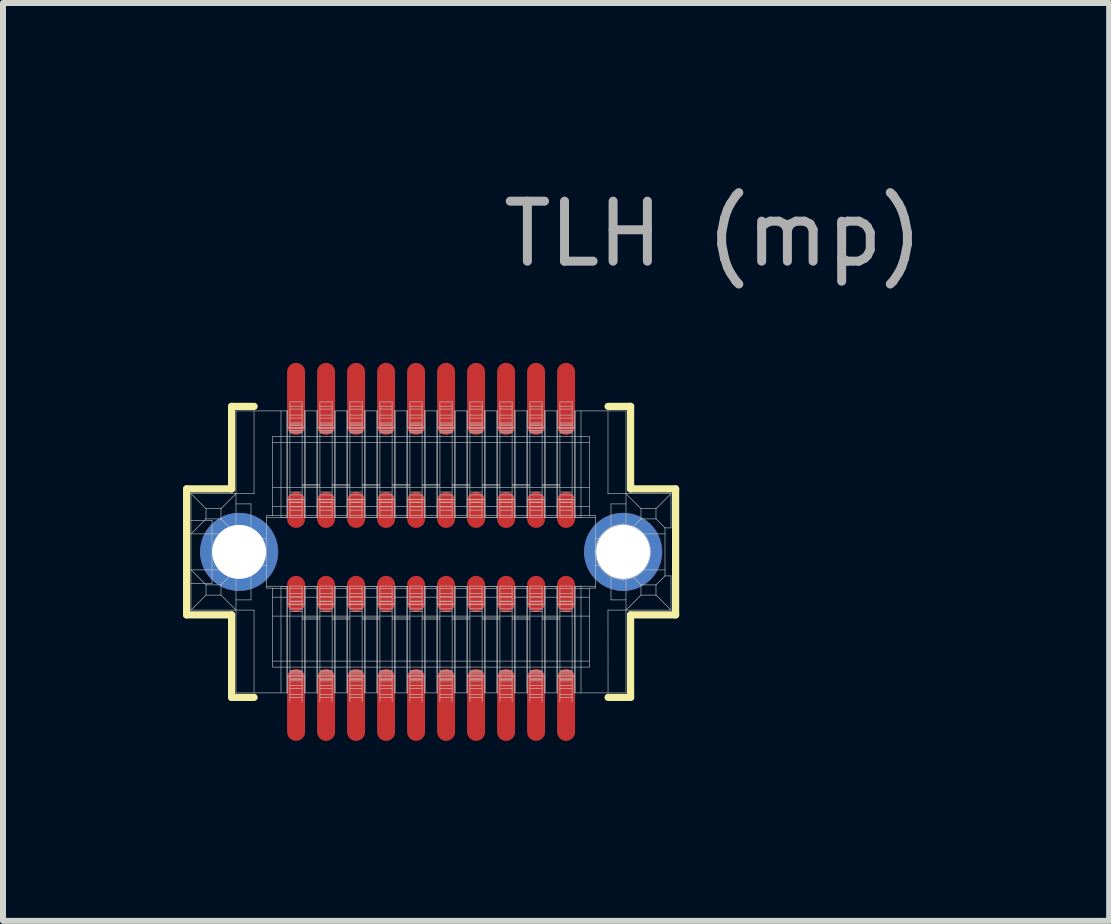
<source format=kicad_pcb>
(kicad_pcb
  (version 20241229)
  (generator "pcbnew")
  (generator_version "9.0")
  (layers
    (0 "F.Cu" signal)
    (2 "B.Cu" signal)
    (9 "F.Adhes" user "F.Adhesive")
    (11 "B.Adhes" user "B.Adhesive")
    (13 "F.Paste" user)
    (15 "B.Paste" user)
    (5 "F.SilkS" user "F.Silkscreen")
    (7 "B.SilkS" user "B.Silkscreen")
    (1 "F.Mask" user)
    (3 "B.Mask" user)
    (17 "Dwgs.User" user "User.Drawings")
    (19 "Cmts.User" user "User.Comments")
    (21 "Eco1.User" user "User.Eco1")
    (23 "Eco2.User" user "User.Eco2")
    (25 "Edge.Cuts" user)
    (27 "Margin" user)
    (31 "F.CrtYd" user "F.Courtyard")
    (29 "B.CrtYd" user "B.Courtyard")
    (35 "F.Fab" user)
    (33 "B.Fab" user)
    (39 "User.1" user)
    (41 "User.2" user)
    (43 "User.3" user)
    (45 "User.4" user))
  (footprint "TLH (mp)"
    (layer "F.Cu")
    (at 4.135 6.148)
    (property "Reference" "TLH (mp)" (at 4.7 -5.3 0) (layer "F.Fab") (effects (font (size 1 1) (thickness 0.15))))
    (attr through_hole)
    (fp_line (start -4.075 -1.05) (end -3.325 -1.05) (stroke (width 0.12) (type solid)) (layer "F.SilkS"))
    (fp_line (start -4.075 1.05) (end -4.075 -1.05) (stroke (width 0.12) (type solid)) (layer "F.SilkS"))
    (fp_line (start -3.325 -2.425) (end -2.95 -2.425) (stroke (width 0.12) (type solid)) (layer "F.SilkS"))
    (fp_line (start -3.325 -1.05) (end -3.325 -2.425) (stroke (width 0.12) (type solid)) (layer "F.SilkS"))
    (fp_line (start -3.325 1.05) (end -4.075 1.05) (stroke (width 0.12) (type solid)) (layer "F.SilkS"))
    (fp_line (start -3.325 2.425) (end -3.325 1.05) (stroke (width 0.12) (type solid)) (layer "F.SilkS"))
    (fp_line (start -3.3 2.425) (end -3.325 2.425) (stroke (width 0.12) (type solid)) (layer "F.SilkS"))
    (fp_line (start -2.95 2.425) (end -3.3 2.425) (stroke (width 0.12) (type solid)) (layer "F.SilkS"))
    (fp_line (start 2.95 -2.425) (end 3.3 -2.425) (stroke (width 0.12) (type solid)) (layer "F.SilkS"))
    (fp_line (start 3.3 -2.425) (end 3.325 -2.425) (stroke (width 0.12) (type solid)) (layer "F.SilkS"))
    (fp_line (start 3.325 -2.425) (end 3.325 -1.05) (stroke (width 0.12) (type solid)) (layer "F.SilkS"))
    (fp_line (start 3.325 -1.05) (end 4.075 -1.05) (stroke (width 0.12) (type solid)) (layer "F.SilkS"))
    (fp_line (start 3.325 1.05) (end 3.325 2.425) (stroke (width 0.12) (type solid)) (layer "F.SilkS"))
    (fp_line (start 3.325 2.425) (end 2.95 2.425) (stroke (width 0.12) (type solid)) (layer "F.SilkS"))
    (fp_line (start 4.075 -1.05) (end 4.075 1.05) (stroke (width 0.12) (type solid)) (layer "F.SilkS"))
    (fp_line (start 4.075 1.05) (end 3.325 1.05) (stroke (width 0.12) (type solid)) (layer "F.SilkS"))
    (fp_line (start -4.002 -0.97) (end -3.751 -0.72) (stroke (width 0.01) (type solid)) (layer "Dwgs.User"))
    (fp_line (start -4.002 0.3) (end -3.751 0.55) (stroke (width 0.01) (type solid)) (layer "Dwgs.User"))
    (fp_line (start -4.002 0.525) (end -3.651 0.525) (stroke (width 0.01) (type solid)) (layer "Dwgs.User"))
    (fp_line (start -4.002 0.97) (end -4.002 -0.97) (stroke (width 0.01) (type solid)) (layer "Dwgs.User"))
    (fp_line (start -3.752 -0.55) (end -4.002 -0.3) (stroke (width 0.01) (type solid)) (layer "Dwgs.User"))
    (fp_line (start -3.752 -0.55) (end -3.751 -0.72) (stroke (width 0.01) (type solid)) (layer "Dwgs.User"))
    (fp_line (start -3.752 0.72) (end -4.002 0.97) (stroke (width 0.01) (type solid)) (layer "Dwgs.User"))
    (fp_line (start -3.752 0.72) (end -3.751 0.55) (stroke (width 0.01) (type solid)) (layer "Dwgs.User"))
    (fp_line (start -3.651 -0.525) (end -4.002 -0.525) (stroke (width 0.01) (type solid)) (layer "Dwgs.User"))
    (fp_line (start -3.651 0.525) (end -3.651 -0.525) (stroke (width 0.01) (type solid)) (layer "Dwgs.User"))
    (fp_line (start -3.517 -0.1) (end -2.886 -0.1) (stroke (width 0.01) (type solid)) (layer "Dwgs.User"))
    (fp_line (start -3.517 0.1) (end -2.886 0.1) (stroke (width 0.01) (type solid)) (layer "Dwgs.User"))
    (fp_line (start -3.502 -0.72) (end -3.751 -0.72) (stroke (width 0.01) (type solid)) (layer "Dwgs.User"))
    (fp_line (start -3.502 -0.72) (end -3.502 -0.55) (stroke (width 0.01) (type solid)) (layer "Dwgs.User"))
    (fp_line (start -3.502 -0.72) (end -3.252 -0.97) (stroke (width 0.01) (type solid)) (layer "Dwgs.User"))
    (fp_line (start -3.502 -0.55) (end -3.752 -0.55) (stroke (width 0.01) (type solid)) (layer "Dwgs.User"))
    (fp_line (start -3.502 -0.1) (end -3.502 0.1) (stroke (width 0.01) (type solid)) (layer "Dwgs.User"))
    (fp_line (start -3.502 0.55) (end -3.751 0.55) (stroke (width 0.01) (type solid)) (layer "Dwgs.User"))
    (fp_line (start -3.502 0.55) (end -3.502 0.72) (stroke (width 0.01) (type solid)) (layer "Dwgs.User"))
    (fp_line (start -3.502 0.55) (end -3.252 0.3) (stroke (width 0.01) (type solid)) (layer "Dwgs.User"))
    (fp_line (start -3.502 0.72) (end -3.752 0.72) (stroke (width 0.01) (type solid)) (layer "Dwgs.User"))
    (fp_line (start -3.252 -2.35) (end -3.252 2.35) (stroke (width 0.01) (type solid)) (layer "Dwgs.User"))
    (fp_line (start -3.252 -2.35) (end -2.392 -2.35) (stroke (width 0.01) (type solid)) (layer "Dwgs.User"))
    (fp_line (start -3.252 -0.8) (end -3.002 -0.8) (stroke (width 0.01) (type solid)) (layer "Dwgs.User"))
    (fp_line (start -3.252 -0.3) (end -4.002 -0.3) (stroke (width 0.01) (type solid)) (layer "Dwgs.User"))
    (fp_line (start -3.252 -0.3) (end -3.502 -0.55) (stroke (width 0.01) (type solid)) (layer "Dwgs.User"))
    (fp_line (start -3.252 0.3) (end -4.002 0.3) (stroke (width 0.01) (type solid)) (layer "Dwgs.User"))
    (fp_line (start -3.252 0.97) (end -3.502 0.72) (stroke (width 0.01) (type solid)) (layer "Dwgs.User"))
    (fp_line (start -3.252 2.35) (end -2.392 2.35) (stroke (width 0.01) (type solid)) (layer "Dwgs.User"))
    (fp_line (start -3.201 0.415) (end -3.201 -0.415) (stroke (width 0.01) (type solid)) (layer "Dwgs.User"))
    (fp_line (start -3.002 -0.225) (end -3.002 -0.8) (stroke (width 0.01) (type solid)) (layer "Dwgs.User"))
    (fp_line (start -3.002 0.8) (end -3.252 0.8) (stroke (width 0.01) (type solid)) (layer "Dwgs.User"))
    (fp_line (start -3.002 0.8) (end -3.002 0.225) (stroke (width 0.01) (type solid)) (layer "Dwgs.User"))
    (fp_line (start -2.951 -0.97) (end -4.002 -0.97) (stroke (width 0.01) (type solid)) (layer "Dwgs.User"))
    (fp_line (start -2.951 -0.97) (end -2.951 -2.35) (stroke (width 0.01) (type solid)) (layer "Dwgs.User"))
    (fp_line (start -2.951 0.97) (end -4.002 0.97) (stroke (width 0.01) (type solid)) (layer "Dwgs.User"))
    (fp_line (start -2.951 0.97) (end -2.951 2.35) (stroke (width 0.01) (type solid)) (layer "Dwgs.User"))
    (fp_line (start -2.901 0.1) (end -2.901 -0.1) (stroke (width 0.01) (type solid)) (layer "Dwgs.User"))
    (fp_line (start -2.741 -0.604) (end -2.741 0.604) (stroke (width 0.01) (type solid)) (layer "Dwgs.User"))
    (fp_line (start -2.741 -0.225) (end -3.252 -0.225) (stroke (width 0.01) (type solid)) (layer "Dwgs.User"))
    (fp_line (start -2.741 0.225) (end -3.252 0.225) (stroke (width 0.01) (type solid)) (layer "Dwgs.User"))
    (fp_line (start -2.741 0.604) (end -2.642 0.604) (stroke (width 0.01) (type solid)) (layer "Dwgs.User"))
    (fp_line (start -2.642 -1.92) (end -2.642 -0.604) (stroke (width 0.01) (type solid)) (layer "Dwgs.User"))
    (fp_line (start -2.642 -0.604) (end -2.741 -0.604) (stroke (width 0.01) (type solid)) (layer "Dwgs.User"))
    (fp_line (start -2.642 0.604) (end -2.642 1.92) (stroke (width 0.01) (type solid)) (layer "Dwgs.User"))
    (fp_line (start -2.502 -0.573) (end -2.741 -0.573) (stroke (width 0.01) (type solid)) (layer "Dwgs.User"))
    (fp_line (start -2.502 -0.573) (end -2.502 -2.35) (stroke (width 0.01) (type solid)) (layer "Dwgs.User"))
    (fp_line (start -2.502 0.573) (end -2.741 0.573) (stroke (width 0.01) (type solid)) (layer "Dwgs.User"))
    (fp_line (start -2.502 0.573) (end -2.493 0.573) (stroke (width 0.01) (type solid)) (layer "Dwgs.User"))
    (fp_line (start -2.502 2.35) (end -2.502 0.573) (stroke (width 0.01) (type solid)) (layer "Dwgs.User"))
    (fp_line (start -2.498 -0.573) (end -2.502 -0.573) (stroke (width 0.01) (type solid)) (layer "Dwgs.User"))
    (fp_line (start -2.493 0.573) (end -2.484 0.573) (stroke (width 0.01) (type solid)) (layer "Dwgs.User"))
    (fp_line (start -2.489 -0.573) (end -2.498 -0.573) (stroke (width 0.01) (type solid)) (layer "Dwgs.User"))
    (fp_line (start -2.484 0.573) (end -2.476 0.573) (stroke (width 0.01) (type solid)) (layer "Dwgs.User"))
    (fp_line (start -2.481 -0.573) (end -2.489 -0.573) (stroke (width 0.01) (type solid)) (layer "Dwgs.User"))
    (fp_line (start -2.476 0.573) (end -2.467 0.573) (stroke (width 0.01) (type solid)) (layer "Dwgs.User"))
    (fp_line (start -2.472 -0.573) (end -2.481 -0.573) (stroke (width 0.01) (type solid)) (layer "Dwgs.User"))
    (fp_line (start -2.467 0.573) (end -2.459 0.573) (stroke (width 0.01) (type solid)) (layer "Dwgs.User"))
    (fp_line (start -2.464 -0.573) (end -2.472 -0.573) (stroke (width 0.01) (type solid)) (layer "Dwgs.User"))
    (fp_line (start -2.459 0.573) (end -2.451 0.573) (stroke (width 0.01) (type solid)) (layer "Dwgs.User"))
    (fp_line (start -2.456 -0.573) (end -2.464 -0.573) (stroke (width 0.01) (type solid)) (layer "Dwgs.User"))
    (fp_line (start -2.451 0.573) (end -2.444 0.574) (stroke (width 0.01) (type solid)) (layer "Dwgs.User"))
    (fp_line (start -2.449 -0.574) (end -2.456 -0.573) (stroke (width 0.01) (type solid)) (layer "Dwgs.User"))
    (fp_line (start -2.444 0.574) (end -2.437 0.574) (stroke (width 0.01) (type solid)) (layer "Dwgs.User"))
    (fp_line (start -2.441 -0.574) (end -2.449 -0.574) (stroke (width 0.01) (type solid)) (layer "Dwgs.User"))
    (fp_line (start -2.437 0.574) (end -2.431 0.574) (stroke (width 0.01) (type solid)) (layer "Dwgs.User"))
    (fp_line (start -2.435 -0.574) (end -2.441 -0.574) (stroke (width 0.01) (type solid)) (layer "Dwgs.User"))
    (fp_line (start -2.431 0.574) (end -2.425 0.574) (stroke (width 0.01) (type solid)) (layer "Dwgs.User"))
    (fp_line (start -2.428 -0.574) (end -2.435 -0.574) (stroke (width 0.01) (type solid)) (layer "Dwgs.User"))
    (fp_line (start -2.425 0.574) (end -2.42 0.574) (stroke (width 0.01) (type solid)) (layer "Dwgs.User"))
    (fp_line (start -2.423 -0.574) (end -2.428 -0.574) (stroke (width 0.01) (type solid)) (layer "Dwgs.User"))
    (fp_line (start -2.42 0.574) (end -2.415 0.575) (stroke (width 0.01) (type solid)) (layer "Dwgs.User"))
    (fp_line (start -2.418 -0.575) (end -2.423 -0.574) (stroke (width 0.01) (type solid)) (layer "Dwgs.User"))
    (fp_line (start -2.415 0.575) (end -2.411 0.575) (stroke (width 0.01) (type solid)) (layer "Dwgs.User"))
    (fp_line (start -2.413 -0.575) (end -2.418 -0.575) (stroke (width 0.01) (type solid)) (layer "Dwgs.User"))
    (fp_line (start -2.411 0.575) (end -2.408 0.575) (stroke (width 0.01) (type solid)) (layer "Dwgs.User"))
    (fp_line (start -2.409 -0.575) (end -2.413 -0.575) (stroke (width 0.01) (type solid)) (layer "Dwgs.User"))
    (fp_line (start -2.408 0.575) (end -2.405 0.576) (stroke (width 0.01) (type solid)) (layer "Dwgs.User"))
    (fp_line (start -2.406 -0.575) (end -2.409 -0.575) (stroke (width 0.01) (type solid)) (layer "Dwgs.User"))
    (fp_line (start -2.405 0.576) (end -2.404 0.576) (stroke (width 0.01) (type solid)) (layer "Dwgs.User"))
    (fp_line (start -2.404 -0.576) (end -2.406 -0.575) (stroke (width 0.01) (type solid)) (layer "Dwgs.User"))
    (fp_line (start -2.404 -0.576) (end -2.404 -2.35) (stroke (width 0.01) (type solid)) (layer "Dwgs.User"))
    (fp_line (start -2.404 -0.576) (end -2.392 -0.578) (stroke (width 0.01) (type solid)) (layer "Dwgs.User"))
    (fp_line (start -2.404 2.35) (end -2.404 0.576) (stroke (width 0.01) (type solid)) (layer "Dwgs.User"))
    (fp_line (start -2.392 -2.35) (end -2.392 -2.07) (stroke (width 0.01) (type solid)) (layer "Dwgs.User"))
    (fp_line (start -2.392 -2.07) (end -2.111 -2.07) (stroke (width 0.01) (type solid)) (layer "Dwgs.User"))
    (fp_line (start -2.392 -0.87) (end -2.392 -2.07) (stroke (width 0.01) (type solid)) (layer "Dwgs.User"))
    (fp_line (start -2.392 -0.87) (end -2.392 -0.578) (stroke (width 0.01) (type solid)) (layer "Dwgs.User"))
    (fp_line (start -2.392 -0.755) (end -2.641 -0.755) (stroke (width 0.01) (type solid)) (layer "Dwgs.User"))
    (fp_line (start -2.392 -0.607) (end -2.641 -0.607) (stroke (width 0.01) (type solid)) (layer "Dwgs.User"))
    (fp_line (start -2.392 0.578) (end -2.404 0.576) (stroke (width 0.01) (type solid)) (layer "Dwgs.User"))
    (fp_line (start -2.392 0.578) (end -2.392 0.87) (stroke (width 0.01) (type solid)) (layer "Dwgs.User"))
    (fp_line (start -2.392 0.608) (end -2.641 0.608) (stroke (width 0.01) (type solid)) (layer "Dwgs.User"))
    (fp_line (start -2.392 0.755) (end -2.641 0.755) (stroke (width 0.01) (type solid)) (layer "Dwgs.User"))
    (fp_line (start -2.392 0.87) (end -2.111 0.87) (stroke (width 0.01) (type solid)) (layer "Dwgs.User"))
    (fp_line (start -2.392 2.07) (end -2.392 0.87) (stroke (width 0.01) (type solid)) (layer "Dwgs.User"))
    (fp_line (start -2.392 2.07) (end -2.392 2.35) (stroke (width 0.01) (type solid)) (layer "Dwgs.User"))
    (fp_line (start -2.353 -2.5) (end -2.353 -2.07) (stroke (width 0.01) (type solid)) (layer "Dwgs.User"))
    (fp_line (start -2.353 -2.5) (end -2.15 -2.5) (stroke (width 0.01) (type solid)) (layer "Dwgs.User"))
    (fp_line (start -2.353 -2.428) (end -2.15 -2.428) (stroke (width 0.01) (type solid)) (layer "Dwgs.User"))
    (fp_line (start -2.353 -2.38) (end -2.15 -2.38) (stroke (width 0.01) (type solid)) (layer "Dwgs.User"))
    (fp_line (start -2.353 -2.28) (end -2.15 -2.28) (stroke (width 0.01) (type solid)) (layer "Dwgs.User"))
    (fp_line (start -2.353 -2.23) (end -2.15 -2.23) (stroke (width 0.01) (type solid)) (layer "Dwgs.User"))
    (fp_line (start -2.353 -2.15) (end -2.15 -2.15) (stroke (width 0.01) (type solid)) (layer "Dwgs.User"))
    (fp_line (start -2.353 -2.13) (end -2.15 -2.13) (stroke (width 0.01) (type solid)) (layer "Dwgs.User"))
    (fp_line (start -2.353 -2.106) (end -2.15 -2.106) (stroke (width 0.01) (type solid)) (layer "Dwgs.User"))
    (fp_line (start -2.353 -2.07) (end -2.353 -0.87) (stroke (width 0.01) (type solid)) (layer "Dwgs.User"))
    (fp_line (start -2.353 -2.054) (end -2.15 -2.054) (stroke (width 0.01) (type solid)) (layer "Dwgs.User"))
    (fp_line (start -2.353 -2.02) (end -2.15 -2.02) (stroke (width 0.01) (type solid)) (layer "Dwgs.User"))
    (fp_line (start -2.353 -2) (end -2.15 -2) (stroke (width 0.01) (type solid)) (layer "Dwgs.User"))
    (fp_line (start -2.353 -1.983) (end -2.15 -1.983) (stroke (width 0.01) (type solid)) (layer "Dwgs.User"))
    (fp_line (start -2.353 -0.997) (end -2.15 -0.997) (stroke (width 0.01) (type solid)) (layer "Dwgs.User"))
    (fp_line (start -2.353 -0.95) (end -2.15 -0.95) (stroke (width 0.01) (type solid)) (layer "Dwgs.User"))
    (fp_line (start -2.353 -0.874) (end -2.15 -0.874) (stroke (width 0.01) (type solid)) (layer "Dwgs.User"))
    (fp_line (start -2.353 -0.87) (end -2.353 -0.57) (stroke (width 0.01) (type solid)) (layer "Dwgs.User"))
    (fp_line (start -2.353 -0.832) (end -2.15 -0.832) (stroke (width 0.01) (type solid)) (layer "Dwgs.User"))
    (fp_line (start -2.353 -0.82) (end -2.15 -0.82) (stroke (width 0.01) (type solid)) (layer "Dwgs.User"))
    (fp_line (start -2.353 -0.753) (end -2.15 -0.753) (stroke (width 0.01) (type solid)) (layer "Dwgs.User"))
    (fp_line (start -2.353 -0.75) (end -2.15 -0.75) (stroke (width 0.01) (type solid)) (layer "Dwgs.User"))
    (fp_line (start -2.353 -0.695) (end -2.15 -0.695) (stroke (width 0.01) (type solid)) (layer "Dwgs.User"))
    (fp_line (start -2.353 -0.61) (end -2.15 -0.61) (stroke (width 0.01) (type solid)) (layer "Dwgs.User"))
    (fp_line (start -2.353 -0.57) (end -2.15 -0.57) (stroke (width 0.01) (type solid)) (layer "Dwgs.User"))
    (fp_line (start -2.353 0.57) (end -2.353 0.87) (stroke (width 0.01) (type solid)) (layer "Dwgs.User"))
    (fp_line (start -2.353 0.87) (end -2.353 2.07) (stroke (width 0.01) (type solid)) (layer "Dwgs.User"))
    (fp_line (start -2.353 2.07) (end -2.353 2.5) (stroke (width 0.01) (type solid)) (layer "Dwgs.User"))
    (fp_line (start -2.15 -2.07) (end -2.15 -2.5) (stroke (width 0.01) (type solid)) (layer "Dwgs.User"))
    (fp_line (start -2.15 -1.1) (end -1.853 -1.1) (stroke (width 0.01) (type solid)) (layer "Dwgs.User"))
    (fp_line (start -2.15 -0.87) (end -2.15 -2.07) (stroke (width 0.01) (type solid)) (layer "Dwgs.User"))
    (fp_line (start -2.15 -0.57) (end -2.15 -0.87) (stroke (width 0.01) (type solid)) (layer "Dwgs.User"))
    (fp_line (start -2.15 0.57) (end -2.353 0.57) (stroke (width 0.01) (type solid)) (layer "Dwgs.User"))
    (fp_line (start -2.15 0.61) (end -2.353 0.61) (stroke (width 0.01) (type solid)) (layer "Dwgs.User"))
    (fp_line (start -2.15 0.695) (end -2.353 0.695) (stroke (width 0.01) (type solid)) (layer "Dwgs.User"))
    (fp_line (start -2.15 0.75) (end -2.353 0.75) (stroke (width 0.01) (type solid)) (layer "Dwgs.User"))
    (fp_line (start -2.15 0.753) (end -2.353 0.753) (stroke (width 0.01) (type solid)) (layer "Dwgs.User"))
    (fp_line (start -2.15 0.82) (end -2.353 0.82) (stroke (width 0.01) (type solid)) (layer "Dwgs.User"))
    (fp_line (start -2.15 0.832) (end -2.353 0.832) (stroke (width 0.01) (type solid)) (layer "Dwgs.User"))
    (fp_line (start -2.15 0.87) (end -2.15 0.57) (stroke (width 0.01) (type solid)) (layer "Dwgs.User"))
    (fp_line (start -2.15 0.874) (end -2.353 0.874) (stroke (width 0.01) (type solid)) (layer "Dwgs.User"))
    (fp_line (start -2.15 0.95) (end -2.353 0.95) (stroke (width 0.01) (type solid)) (layer "Dwgs.User"))
    (fp_line (start -2.15 0.997) (end -2.353 0.997) (stroke (width 0.01) (type solid)) (layer "Dwgs.User"))
    (fp_line (start -2.15 1.12) (end -1.853 1.12) (stroke (width 0.01) (type solid)) (layer "Dwgs.User"))
    (fp_line (start -2.15 1.983) (end -2.353 1.983) (stroke (width 0.01) (type solid)) (layer "Dwgs.User"))
    (fp_line (start -2.15 2) (end -2.353 2) (stroke (width 0.01) (type solid)) (layer "Dwgs.User"))
    (fp_line (start -2.15 2.02) (end -2.353 2.02) (stroke (width 0.01) (type solid)) (layer "Dwgs.User"))
    (fp_line (start -2.15 2.054) (end -2.353 2.054) (stroke (width 0.01) (type solid)) (layer "Dwgs.User"))
    (fp_line (start -2.15 2.07) (end -2.15 0.87) (stroke (width 0.01) (type solid)) (layer "Dwgs.User"))
    (fp_line (start -2.15 2.106) (end -2.353 2.106) (stroke (width 0.01) (type solid)) (layer "Dwgs.User"))
    (fp_line (start -2.15 2.13) (end -2.353 2.13) (stroke (width 0.01) (type solid)) (layer "Dwgs.User"))
    (fp_line (start -2.15 2.15) (end -2.353 2.15) (stroke (width 0.01) (type solid)) (layer "Dwgs.User"))
    (fp_line (start -2.15 2.23) (end -2.353 2.23) (stroke (width 0.01) (type solid)) (layer "Dwgs.User"))
    (fp_line (start -2.15 2.28) (end -2.353 2.28) (stroke (width 0.01) (type solid)) (layer "Dwgs.User"))
    (fp_line (start -2.15 2.38) (end -2.353 2.38) (stroke (width 0.01) (type solid)) (layer "Dwgs.User"))
    (fp_line (start -2.15 2.428) (end -2.353 2.428) (stroke (width 0.01) (type solid)) (layer "Dwgs.User"))
    (fp_line (start -2.15 2.5) (end -2.15 2.07) (stroke (width 0.01) (type solid)) (layer "Dwgs.User"))
    (fp_line (start -2.111 -0.87) (end -2.392 -0.87) (stroke (width 0.01) (type solid)) (layer "Dwgs.User"))
    (fp_line (start -2.111 -0.87) (end -2.111 -2.07) (stroke (width 0.01) (type solid)) (layer "Dwgs.User"))
    (fp_line (start -2.111 -0.578) (end -2.111 -0.87) (stroke (width 0.01) (type solid)) (layer "Dwgs.User"))
    (fp_line (start -2.111 -0.578) (end -2.099 -0.576) (stroke (width 0.01) (type solid)) (layer "Dwgs.User"))
    (fp_line (start -2.111 2.07) (end -2.392 2.07) (stroke (width 0.01) (type solid)) (layer "Dwgs.User"))
    (fp_line (start -2.111 2.07) (end -2.111 0.87) (stroke (width 0.01) (type solid)) (layer "Dwgs.User"))
    (fp_line (start -2.111 2.35) (end -2.111 2.07) (stroke (width 0.01) (type solid)) (layer "Dwgs.User"))
    (fp_line (start -2.111 -2.35) (end -1.891 -2.35) (stroke (width 0.01) (type solid)) (layer "Dwgs.User"))
    (fp_line (start -2.111 -2.07) (end -2.111 -2.35) (stroke (width 0.01) (type solid)) (layer "Dwgs.User"))
    (fp_line (start -2.111 0.87) (end -2.111 0.578) (stroke (width 0.01) (type solid)) (layer "Dwgs.User"))
    (fp_line (start -2.099 -0.576) (end -2.099 -2.35) (stroke (width 0.01) (type solid)) (layer "Dwgs.User"))
    (fp_line (start -2.099 0.576) (end -2.111 0.578) (stroke (width 0.01) (type solid)) (layer "Dwgs.User"))
    (fp_line (start -2.099 0.576) (end -2.097 0.575) (stroke (width 0.01) (type solid)) (layer "Dwgs.User"))
    (fp_line (start -2.099 2.35) (end -2.099 0.576) (stroke (width 0.01) (type solid)) (layer "Dwgs.User"))
    (fp_line (start -2.097 -0.575) (end -2.099 -0.576) (stroke (width 0.01) (type solid)) (layer "Dwgs.User"))
    (fp_line (start -2.097 0.575) (end -2.094 0.575) (stroke (width 0.01) (type solid)) (layer "Dwgs.User"))
    (fp_line (start -2.094 -0.575) (end -2.097 -0.575) (stroke (width 0.01) (type solid)) (layer "Dwgs.User"))
    (fp_line (start -2.094 0.575) (end -2.09 0.575) (stroke (width 0.01) (type solid)) (layer "Dwgs.User"))
    (fp_line (start -2.091 -0.575) (end -2.094 -0.575) (stroke (width 0.01) (type solid)) (layer "Dwgs.User"))
    (fp_line (start -2.09 0.575) (end -2.085 0.575) (stroke (width 0.01) (type solid)) (layer "Dwgs.User"))
    (fp_line (start -2.086 -0.575) (end -2.091 -0.575) (stroke (width 0.01) (type solid)) (layer "Dwgs.User"))
    (fp_line (start -2.085 0.575) (end -2.08 0.574) (stroke (width 0.01) (type solid)) (layer "Dwgs.User"))
    (fp_line (start -2.081 -0.574) (end -2.086 -0.575) (stroke (width 0.01) (type solid)) (layer "Dwgs.User"))
    (fp_line (start -2.08 0.574) (end -2.075 0.574) (stroke (width 0.01) (type solid)) (layer "Dwgs.User"))
    (fp_line (start -2.076 -0.574) (end -2.081 -0.574) (stroke (width 0.01) (type solid)) (layer "Dwgs.User"))
    (fp_line (start -2.075 0.574) (end -2.068 0.574) (stroke (width 0.01) (type solid)) (layer "Dwgs.User"))
    (fp_line (start -2.07 -0.574) (end -2.076 -0.574) (stroke (width 0.01) (type solid)) (layer "Dwgs.User"))
    (fp_line (start -2.068 0.574) (end -2.062 0.574) (stroke (width 0.01) (type solid)) (layer "Dwgs.User"))
    (fp_line (start -2.063 -0.574) (end -2.07 -0.574) (stroke (width 0.01) (type solid)) (layer "Dwgs.User"))
    (fp_line (start -2.062 0.574) (end -2.054 0.574) (stroke (width 0.01) (type solid)) (layer "Dwgs.User"))
    (fp_line (start -2.056 -0.574) (end -2.063 -0.574) (stroke (width 0.01) (type solid)) (layer "Dwgs.User"))
    (fp_line (start -2.054 0.574) (end -2.047 0.573) (stroke (width 0.01) (type solid)) (layer "Dwgs.User"))
    (fp_line (start -2.048 -0.573) (end -2.056 -0.574) (stroke (width 0.01) (type solid)) (layer "Dwgs.User"))
    (fp_line (start -2.047 0.573) (end -2.039 0.573) (stroke (width 0.01) (type solid)) (layer "Dwgs.User"))
    (fp_line (start -2.041 -0.573) (end -2.048 -0.573) (stroke (width 0.01) (type solid)) (layer "Dwgs.User"))
    (fp_line (start -2.039 0.573) (end -2.031 0.573) (stroke (width 0.01) (type solid)) (layer "Dwgs.User"))
    (fp_line (start -2.032 -0.573) (end -2.041 -0.573) (stroke (width 0.01) (type solid)) (layer "Dwgs.User"))
    (fp_line (start -2.031 0.573) (end -2.022 0.573) (stroke (width 0.01) (type solid)) (layer "Dwgs.User"))
    (fp_line (start -2.024 -0.573) (end -2.032 -0.573) (stroke (width 0.01) (type solid)) (layer "Dwgs.User"))
    (fp_line (start -2.022 0.573) (end -2.014 0.573) (stroke (width 0.01) (type solid)) (layer "Dwgs.User"))
    (fp_line (start -2.015 -0.573) (end -2.024 -0.573) (stroke (width 0.01) (type solid)) (layer "Dwgs.User"))
    (fp_line (start -2.014 0.573) (end -2.005 0.573) (stroke (width 0.01) (type solid)) (layer "Dwgs.User"))
    (fp_line (start -2.007 -0.573) (end -2.015 -0.573) (stroke (width 0.01) (type solid)) (layer "Dwgs.User"))
    (fp_line (start -2.005 0.573) (end -1.996 0.573) (stroke (width 0.01) (type solid)) (layer "Dwgs.User"))
    (fp_line (start -1.998 -0.573) (end -2.007 -0.573) (stroke (width 0.01) (type solid)) (layer "Dwgs.User"))
    (fp_line (start -1.996 0.573) (end -1.988 0.573) (stroke (width 0.01) (type solid)) (layer "Dwgs.User"))
    (fp_line (start -1.989 -0.573) (end -1.998 -0.573) (stroke (width 0.01) (type solid)) (layer "Dwgs.User"))
    (fp_line (start -1.988 0.573) (end -1.979 0.573) (stroke (width 0.01) (type solid)) (layer "Dwgs.User"))
    (fp_line (start -1.981 -0.573) (end -1.989 -0.573) (stroke (width 0.01) (type solid)) (layer "Dwgs.User"))
    (fp_line (start -1.979 0.573) (end -1.971 0.573) (stroke (width 0.01) (type solid)) (layer "Dwgs.User"))
    (fp_line (start -1.972 -0.573) (end -1.981 -0.573) (stroke (width 0.01) (type solid)) (layer "Dwgs.User"))
    (fp_line (start -1.971 0.573) (end -1.962 0.573) (stroke (width 0.01) (type solid)) (layer "Dwgs.User"))
    (fp_line (start -1.964 -0.573) (end -1.972 -0.573) (stroke (width 0.01) (type solid)) (layer "Dwgs.User"))
    (fp_line (start -1.962 0.573) (end -1.955 0.573) (stroke (width 0.01) (type solid)) (layer "Dwgs.User"))
    (fp_line (start -1.956 -0.573) (end -1.964 -0.573) (stroke (width 0.01) (type solid)) (layer "Dwgs.User"))
    (fp_line (start -1.955 0.573) (end -1.947 0.574) (stroke (width 0.01) (type solid)) (layer "Dwgs.User"))
    (fp_line (start -1.949 -0.574) (end -1.956 -0.573) (stroke (width 0.01) (type solid)) (layer "Dwgs.User"))
    (fp_line (start -1.947 0.574) (end -1.94 0.574) (stroke (width 0.01) (type solid)) (layer "Dwgs.User"))
    (fp_line (start -1.941 -0.574) (end -1.949 -0.574) (stroke (width 0.01) (type solid)) (layer "Dwgs.User"))
    (fp_line (start -1.94 0.574) (end -1.933 0.574) (stroke (width 0.01) (type solid)) (layer "Dwgs.User"))
    (fp_line (start -1.935 -0.574) (end -1.941 -0.574) (stroke (width 0.01) (type solid)) (layer "Dwgs.User"))
    (fp_line (start -1.933 0.574) (end -1.927 0.574) (stroke (width 0.01) (type solid)) (layer "Dwgs.User"))
    (fp_line (start -1.928 -0.574) (end -1.935 -0.574) (stroke (width 0.01) (type solid)) (layer "Dwgs.User"))
    (fp_line (start -1.927 0.574) (end -1.922 0.574) (stroke (width 0.01) (type solid)) (layer "Dwgs.User"))
    (fp_line (start -1.923 -0.574) (end -1.928 -0.574) (stroke (width 0.01) (type solid)) (layer "Dwgs.User"))
    (fp_line (start -1.922 0.574) (end -1.917 0.575) (stroke (width 0.01) (type solid)) (layer "Dwgs.User"))
    (fp_line (start -1.918 -0.575) (end -1.923 -0.574) (stroke (width 0.01) (type solid)) (layer "Dwgs.User"))
    (fp_line (start -1.917 0.575) (end -1.912 0.575) (stroke (width 0.01) (type solid)) (layer "Dwgs.User"))
    (fp_line (start -1.913 -0.575) (end -1.918 -0.575) (stroke (width 0.01) (type solid)) (layer "Dwgs.User"))
    (fp_line (start -1.912 0.575) (end -1.909 0.575) (stroke (width 0.01) (type solid)) (layer "Dwgs.User"))
    (fp_line (start -1.909 -0.575) (end -1.913 -0.575) (stroke (width 0.01) (type solid)) (layer "Dwgs.User"))
    (fp_line (start -1.909 0.575) (end -1.906 0.575) (stroke (width 0.01) (type solid)) (layer "Dwgs.User"))
    (fp_line (start -1.906 -0.575) (end -1.909 -0.575) (stroke (width 0.01) (type solid)) (layer "Dwgs.User"))
    (fp_line (start -1.906 0.575) (end -1.904 0.576) (stroke (width 0.01) (type solid)) (layer "Dwgs.User"))
    (fp_line (start -1.904 -0.576) (end -1.906 -0.575) (stroke (width 0.01) (type solid)) (layer "Dwgs.User"))
    (fp_line (start -1.904 -0.576) (end -1.904 -2.35) (stroke (width 0.01) (type solid)) (layer "Dwgs.User"))
    (fp_line (start -1.904 -0.576) (end -1.891 -0.578) (stroke (width 0.01) (type solid)) (layer "Dwgs.User"))
    (fp_line (start -1.904 2.35) (end -1.904 0.576) (stroke (width 0.01) (type solid)) (layer "Dwgs.User"))
    (fp_line (start -1.891 -2.35) (end -1.891 -2.07) (stroke (width 0.01) (type solid)) (layer "Dwgs.User"))
    (fp_line (start -1.891 -2.07) (end -1.611 -2.07) (stroke (width 0.01) (type solid)) (layer "Dwgs.User"))
    (fp_line (start -1.891 -0.87) (end -1.891 -2.07) (stroke (width 0.01) (type solid)) (layer "Dwgs.User"))
    (fp_line (start -1.891 -0.87) (end -1.891 -0.578) (stroke (width 0.01) (type solid)) (layer "Dwgs.User"))
    (fp_line (start -1.891 -0.755) (end -2.111 -0.755) (stroke (width 0.01) (type solid)) (layer "Dwgs.User"))
    (fp_line (start -1.891 -0.607) (end -2.111 -0.607) (stroke (width 0.01) (type solid)) (layer "Dwgs.User"))
    (fp_line (start -1.891 0.578) (end -1.904 0.576) (stroke (width 0.01) (type solid)) (layer "Dwgs.User"))
    (fp_line (start -1.891 0.578) (end -1.891 0.87) (stroke (width 0.01) (type solid)) (layer "Dwgs.User"))
    (fp_line (start -1.891 0.608) (end -2.111 0.608) (stroke (width 0.01) (type solid)) (layer "Dwgs.User"))
    (fp_line (start -1.891 0.755) (end -2.111 0.755) (stroke (width 0.01) (type solid)) (layer "Dwgs.User"))
    (fp_line (start -1.891 0.87) (end -1.611 0.87) (stroke (width 0.01) (type solid)) (layer "Dwgs.User"))
    (fp_line (start -1.891 2.07) (end -1.891 0.87) (stroke (width 0.01) (type solid)) (layer "Dwgs.User"))
    (fp_line (start -1.891 2.07) (end -1.891 2.35) (stroke (width 0.01) (type solid)) (layer "Dwgs.User"))
    (fp_line (start -1.891 2.35) (end -2.111 2.35) (stroke (width 0.01) (type solid)) (layer "Dwgs.User"))
    (fp_line (start -1.853 -2.5) (end -1.853 -2.07) (stroke (width 0.01) (type solid)) (layer "Dwgs.User"))
    (fp_line (start -1.853 -2.5) (end -1.65 -2.5) (stroke (width 0.01) (type solid)) (layer "Dwgs.User"))
    (fp_line (start -1.853 -2.428) (end -1.65 -2.428) (stroke (width 0.01) (type solid)) (layer "Dwgs.User"))
    (fp_line (start -1.853 -2.38) (end -1.65 -2.38) (stroke (width 0.01) (type solid)) (layer "Dwgs.User"))
    (fp_line (start -1.853 -2.28) (end -1.65 -2.28) (stroke (width 0.01) (type solid)) (layer "Dwgs.User"))
    (fp_line (start -1.853 -2.23) (end -1.65 -2.23) (stroke (width 0.01) (type solid)) (layer "Dwgs.User"))
    (fp_line (start -1.853 -2.15) (end -1.65 -2.15) (stroke (width 0.01) (type solid)) (layer "Dwgs.User"))
    (fp_line (start -1.853 -2.13) (end -1.65 -2.13) (stroke (width 0.01) (type solid)) (layer "Dwgs.User"))
    (fp_line (start -1.853 -2.106) (end -1.65 -2.106) (stroke (width 0.01) (type solid)) (layer "Dwgs.User"))
    (fp_line (start -1.853 -2.07) (end -1.853 -0.87) (stroke (width 0.01) (type solid)) (layer "Dwgs.User"))
    (fp_line (start -1.853 -2.054) (end -1.65 -2.054) (stroke (width 0.01) (type solid)) (layer "Dwgs.User"))
    (fp_line (start -1.853 -2.02) (end -1.65 -2.02) (stroke (width 0.01) (type solid)) (layer "Dwgs.User"))
    (fp_line (start -1.853 -2) (end -1.65 -2) (stroke (width 0.01) (type solid)) (layer "Dwgs.User"))
    (fp_line (start -1.853 -1.983) (end -1.65 -1.983) (stroke (width 0.01) (type solid)) (layer "Dwgs.User"))
    (fp_line (start -1.853 -1.12) (end -2.15 -1.12) (stroke (width 0.01) (type solid)) (layer "Dwgs.User"))
    (fp_line (start -1.853 -0.61) (end -1.65 -0.61) (stroke (width 0.01) (type solid)) (layer "Dwgs.User"))
    (fp_line (start -1.853 -0.57) (end -1.65 -0.57) (stroke (width 0.01) (type solid)) (layer "Dwgs.User"))
    (fp_line (start -1.853 0.57) (end -1.853 0.87) (stroke (width 0.01) (type solid)) (layer "Dwgs.User"))
    (fp_line (start -1.853 0.87) (end -1.853 2.07) (stroke (width 0.01) (type solid)) (layer "Dwgs.User"))
    (fp_line (start -1.853 1.1) (end -2.15 1.1) (stroke (width 0.01) (type solid)) (layer "Dwgs.User"))
    (fp_line (start -1.853 2.07) (end -1.853 2.5) (stroke (width 0.01) (type solid)) (layer "Dwgs.User"))
    (fp_line (start -1.853 -0.997) (end -1.65 -0.997) (stroke (width 0.01) (type solid)) (layer "Dwgs.User"))
    (fp_line (start -1.853 -0.95) (end -1.65 -0.95) (stroke (width 0.01) (type solid)) (layer "Dwgs.User"))
    (fp_line (start -1.853 -0.874) (end -1.65 -0.874) (stroke (width 0.01) (type solid)) (layer "Dwgs.User"))
    (fp_line (start -1.853 -0.87) (end -1.853 -0.57) (stroke (width 0.01) (type solid)) (layer "Dwgs.User"))
    (fp_line (start -1.853 -0.832) (end -1.65 -0.832) (stroke (width 0.01) (type solid)) (layer "Dwgs.User"))
    (fp_line (start -1.853 -0.82) (end -1.65 -0.82) (stroke (width 0.01) (type solid)) (layer "Dwgs.User"))
    (fp_line (start -1.853 -0.753) (end -1.65 -0.753) (stroke (width 0.01) (type solid)) (layer "Dwgs.User"))
    (fp_line (start -1.853 -0.75) (end -1.65 -0.75) (stroke (width 0.01) (type solid)) (layer "Dwgs.User"))
    (fp_line (start -1.853 -0.695) (end -1.65 -0.695) (stroke (width 0.01) (type solid)) (layer "Dwgs.User"))
    (fp_line (start -1.65 0.57) (end -1.853 0.57) (stroke (width 0.01) (type solid)) (layer "Dwgs.User"))
    (fp_line (start -1.65 0.61) (end -1.853 0.61) (stroke (width 0.01) (type solid)) (layer "Dwgs.User"))
    (fp_line (start -1.65 0.695) (end -1.853 0.695) (stroke (width 0.01) (type solid)) (layer "Dwgs.User"))
    (fp_line (start -1.65 0.75) (end -1.853 0.75) (stroke (width 0.01) (type solid)) (layer "Dwgs.User"))
    (fp_line (start -1.65 0.753) (end -1.853 0.753) (stroke (width 0.01) (type solid)) (layer "Dwgs.User"))
    (fp_line (start -1.65 0.82) (end -1.853 0.82) (stroke (width 0.01) (type solid)) (layer "Dwgs.User"))
    (fp_line (start -1.65 0.832) (end -1.853 0.832) (stroke (width 0.01) (type solid)) (layer "Dwgs.User"))
    (fp_line (start -1.65 0.87) (end -1.65 0.57) (stroke (width 0.01) (type solid)) (layer "Dwgs.User"))
    (fp_line (start -1.65 0.874) (end -1.853 0.874) (stroke (width 0.01) (type solid)) (layer "Dwgs.User"))
    (fp_line (start -1.65 0.95) (end -1.853 0.95) (stroke (width 0.01) (type solid)) (layer "Dwgs.User"))
    (fp_line (start -1.65 0.997) (end -1.853 0.997) (stroke (width 0.01) (type solid)) (layer "Dwgs.User"))
    (fp_line (start -1.65 1.12) (end -1.353 1.12) (stroke (width 0.01) (type solid)) (layer "Dwgs.User"))
    (fp_line (start -1.65 1.983) (end -1.853 1.983) (stroke (width 0.01) (type solid)) (layer "Dwgs.User"))
    (fp_line (start -1.65 2) (end -1.853 2) (stroke (width 0.01) (type solid)) (layer "Dwgs.User"))
    (fp_line (start -1.65 2.02) (end -1.853 2.02) (stroke (width 0.01) (type solid)) (layer "Dwgs.User"))
    (fp_line (start -1.65 2.054) (end -1.853 2.054) (stroke (width 0.01) (type solid)) (layer "Dwgs.User"))
    (fp_line (start -1.65 2.07) (end -1.65 0.87) (stroke (width 0.01) (type solid)) (layer "Dwgs.User"))
    (fp_line (start -1.65 2.106) (end -1.853 2.106) (stroke (width 0.01) (type solid)) (layer "Dwgs.User"))
    (fp_line (start -1.65 2.13) (end -1.853 2.13) (stroke (width 0.01) (type solid)) (layer "Dwgs.User"))
    (fp_line (start -1.65 2.15) (end -1.853 2.15) (stroke (width 0.01) (type solid)) (layer "Dwgs.User"))
    (fp_line (start -1.65 2.23) (end -1.853 2.23) (stroke (width 0.01) (type solid)) (layer "Dwgs.User"))
    (fp_line (start -1.65 2.28) (end -1.853 2.28) (stroke (width 0.01) (type solid)) (layer "Dwgs.User"))
    (fp_line (start -1.65 2.38) (end -1.853 2.38) (stroke (width 0.01) (type solid)) (layer "Dwgs.User"))
    (fp_line (start -1.65 2.428) (end -1.853 2.428) (stroke (width 0.01) (type solid)) (layer "Dwgs.User"))
    (fp_line (start -1.65 2.5) (end -1.65 2.07) (stroke (width 0.01) (type solid)) (layer "Dwgs.User"))
    (fp_line (start -1.65 -2.07) (end -1.65 -2.5) (stroke (width 0.01) (type solid)) (layer "Dwgs.User"))
    (fp_line (start -1.65 -1.1) (end -1.353 -1.1) (stroke (width 0.01) (type solid)) (layer "Dwgs.User"))
    (fp_line (start -1.65 -0.87) (end -1.65 -2.07) (stroke (width 0.01) (type solid)) (layer "Dwgs.User"))
    (fp_line (start -1.65 -0.57) (end -1.65 -0.87) (stroke (width 0.01) (type solid)) (layer "Dwgs.User"))
    (fp_line (start -1.611 -0.87) (end -1.891 -0.87) (stroke (width 0.01) (type solid)) (layer "Dwgs.User"))
    (fp_line (start -1.611 -0.87) (end -1.611 -2.07) (stroke (width 0.01) (type solid)) (layer "Dwgs.User"))
    (fp_line (start -1.611 -0.578) (end -1.611 -0.87) (stroke (width 0.01) (type solid)) (layer "Dwgs.User"))
    (fp_line (start -1.611 -0.578) (end -1.599 -0.576) (stroke (width 0.01) (type solid)) (layer "Dwgs.User"))
    (fp_line (start -1.611 2.07) (end -1.891 2.07) (stroke (width 0.01) (type solid)) (layer "Dwgs.User"))
    (fp_line (start -1.611 2.07) (end -1.611 0.87) (stroke (width 0.01) (type solid)) (layer "Dwgs.User"))
    (fp_line (start -1.611 2.35) (end -1.611 2.07) (stroke (width 0.01) (type solid)) (layer "Dwgs.User"))
    (fp_line (start -1.611 -2.35) (end -1.391 -2.35) (stroke (width 0.01) (type solid)) (layer "Dwgs.User"))
    (fp_line (start -1.611 -2.07) (end -1.611 -2.35) (stroke (width 0.01) (type solid)) (layer "Dwgs.User"))
    (fp_line (start -1.611 0.87) (end -1.611 0.578) (stroke (width 0.01) (type solid)) (layer "Dwgs.User"))
    (fp_line (start -1.599 -0.576) (end -1.599 -2.35) (stroke (width 0.01) (type solid)) (layer "Dwgs.User"))
    (fp_line (start -1.599 0.576) (end -1.611 0.578) (stroke (width 0.01) (type solid)) (layer "Dwgs.User"))
    (fp_line (start -1.599 0.576) (end -1.597 0.575) (stroke (width 0.01) (type solid)) (layer "Dwgs.User"))
    (fp_line (start -1.599 2.35) (end -1.599 0.576) (stroke (width 0.01) (type solid)) (layer "Dwgs.User"))
    (fp_line (start -1.597 -0.575) (end -1.599 -0.576) (stroke (width 0.01) (type solid)) (layer "Dwgs.User"))
    (fp_line (start -1.597 0.575) (end -1.594 0.575) (stroke (width 0.01) (type solid)) (layer "Dwgs.User"))
    (fp_line (start -1.594 -0.575) (end -1.597 -0.575) (stroke (width 0.01) (type solid)) (layer "Dwgs.User"))
    (fp_line (start -1.594 0.575) (end -1.59 0.575) (stroke (width 0.01) (type solid)) (layer "Dwgs.User"))
    (fp_line (start -1.591 -0.575) (end -1.594 -0.575) (stroke (width 0.01) (type solid)) (layer "Dwgs.User"))
    (fp_line (start -1.59 0.575) (end -1.585 0.575) (stroke (width 0.01) (type solid)) (layer "Dwgs.User"))
    (fp_line (start -1.586 -0.575) (end -1.591 -0.575) (stroke (width 0.01) (type solid)) (layer "Dwgs.User"))
    (fp_line (start -1.585 0.575) (end -1.58 0.574) (stroke (width 0.01) (type solid)) (layer "Dwgs.User"))
    (fp_line (start -1.581 -0.574) (end -1.586 -0.575) (stroke (width 0.01) (type solid)) (layer "Dwgs.User"))
    (fp_line (start -1.58 0.574) (end -1.575 0.574) (stroke (width 0.01) (type solid)) (layer "Dwgs.User"))
    (fp_line (start -1.576 -0.574) (end -1.581 -0.574) (stroke (width 0.01) (type solid)) (layer "Dwgs.User"))
    (fp_line (start -1.575 0.574) (end -1.568 0.574) (stroke (width 0.01) (type solid)) (layer "Dwgs.User"))
    (fp_line (start -1.57 -0.574) (end -1.576 -0.574) (stroke (width 0.01) (type solid)) (layer "Dwgs.User"))
    (fp_line (start -1.568 0.574) (end -1.562 0.574) (stroke (width 0.01) (type solid)) (layer "Dwgs.User"))
    (fp_line (start -1.563 -0.574) (end -1.57 -0.574) (stroke (width 0.01) (type solid)) (layer "Dwgs.User"))
    (fp_line (start -1.562 0.574) (end -1.554 0.574) (stroke (width 0.01) (type solid)) (layer "Dwgs.User"))
    (fp_line (start -1.556 -0.574) (end -1.563 -0.574) (stroke (width 0.01) (type solid)) (layer "Dwgs.User"))
    (fp_line (start -1.554 0.574) (end -1.547 0.573) (stroke (width 0.01) (type solid)) (layer "Dwgs.User"))
    (fp_line (start -1.548 -0.573) (end -1.556 -0.574) (stroke (width 0.01) (type solid)) (layer "Dwgs.User"))
    (fp_line (start -1.547 0.573) (end -1.539 0.573) (stroke (width 0.01) (type solid)) (layer "Dwgs.User"))
    (fp_line (start -1.541 -0.573) (end -1.548 -0.573) (stroke (width 0.01) (type solid)) (layer "Dwgs.User"))
    (fp_line (start -1.539 0.573) (end -1.531 0.573) (stroke (width 0.01) (type solid)) (layer "Dwgs.User"))
    (fp_line (start -1.532 -0.573) (end -1.541 -0.573) (stroke (width 0.01) (type solid)) (layer "Dwgs.User"))
    (fp_line (start -1.531 0.573) (end -1.522 0.573) (stroke (width 0.01) (type solid)) (layer "Dwgs.User"))
    (fp_line (start -1.524 -0.573) (end -1.532 -0.573) (stroke (width 0.01) (type solid)) (layer "Dwgs.User"))
    (fp_line (start -1.522 0.573) (end -1.514 0.573) (stroke (width 0.01) (type solid)) (layer "Dwgs.User"))
    (fp_line (start -1.515 -0.573) (end -1.524 -0.573) (stroke (width 0.01) (type solid)) (layer "Dwgs.User"))
    (fp_line (start -1.514 0.573) (end -1.505 0.573) (stroke (width 0.01) (type solid)) (layer "Dwgs.User"))
    (fp_line (start -1.507 -0.573) (end -1.515 -0.573) (stroke (width 0.01) (type solid)) (layer "Dwgs.User"))
    (fp_line (start -1.505 0.573) (end -1.496 0.573) (stroke (width 0.01) (type solid)) (layer "Dwgs.User"))
    (fp_line (start -1.498 -0.573) (end -1.507 -0.573) (stroke (width 0.01) (type solid)) (layer "Dwgs.User"))
    (fp_line (start -1.496 0.573) (end -1.488 0.573) (stroke (width 0.01) (type solid)) (layer "Dwgs.User"))
    (fp_line (start -1.489 -0.573) (end -1.498 -0.573) (stroke (width 0.01) (type solid)) (layer "Dwgs.User"))
    (fp_line (start -1.488 0.573) (end -1.479 0.573) (stroke (width 0.01) (type solid)) (layer "Dwgs.User"))
    (fp_line (start -1.481 -0.573) (end -1.489 -0.573) (stroke (width 0.01) (type solid)) (layer "Dwgs.User"))
    (fp_line (start -1.479 0.573) (end -1.471 0.573) (stroke (width 0.01) (type solid)) (layer "Dwgs.User"))
    (fp_line (start -1.472 -0.573) (end -1.481 -0.573) (stroke (width 0.01) (type solid)) (layer "Dwgs.User"))
    (fp_line (start -1.471 0.573) (end -1.462 0.573) (stroke (width 0.01) (type solid)) (layer "Dwgs.User"))
    (fp_line (start -1.464 -0.573) (end -1.472 -0.573) (stroke (width 0.01) (type solid)) (layer "Dwgs.User"))
    (fp_line (start -1.462 0.573) (end -1.455 0.573) (stroke (width 0.01) (type solid)) (layer "Dwgs.User"))
    (fp_line (start -1.456 -0.573) (end -1.464 -0.573) (stroke (width 0.01) (type solid)) (layer "Dwgs.User"))
    (fp_line (start -1.455 0.573) (end -1.447 0.574) (stroke (width 0.01) (type solid)) (layer "Dwgs.User"))
    (fp_line (start -1.449 -0.574) (end -1.456 -0.573) (stroke (width 0.01) (type solid)) (layer "Dwgs.User"))
    (fp_line (start -1.447 0.574) (end -1.44 0.574) (stroke (width 0.01) (type solid)) (layer "Dwgs.User"))
    (fp_line (start -1.441 -0.574) (end -1.449 -0.574) (stroke (width 0.01) (type solid)) (layer "Dwgs.User"))
    (fp_line (start -1.44 0.574) (end -1.433 0.574) (stroke (width 0.01) (type solid)) (layer "Dwgs.User"))
    (fp_line (start -1.435 -0.574) (end -1.441 -0.574) (stroke (width 0.01) (type solid)) (layer "Dwgs.User"))
    (fp_line (start -1.433 0.574) (end -1.427 0.574) (stroke (width 0.01) (type solid)) (layer "Dwgs.User"))
    (fp_line (start -1.428 -0.574) (end -1.435 -0.574) (stroke (width 0.01) (type solid)) (layer "Dwgs.User"))
    (fp_line (start -1.427 0.574) (end -1.422 0.574) (stroke (width 0.01) (type solid)) (layer "Dwgs.User"))
    (fp_line (start -1.423 -0.574) (end -1.428 -0.574) (stroke (width 0.01) (type solid)) (layer "Dwgs.User"))
    (fp_line (start -1.422 0.574) (end -1.417 0.575) (stroke (width 0.01) (type solid)) (layer "Dwgs.User"))
    (fp_line (start -1.418 -0.575) (end -1.423 -0.574) (stroke (width 0.01) (type solid)) (layer "Dwgs.User"))
    (fp_line (start -1.417 0.575) (end -1.412 0.575) (stroke (width 0.01) (type solid)) (layer "Dwgs.User"))
    (fp_line (start -1.413 -0.575) (end -1.418 -0.575) (stroke (width 0.01) (type solid)) (layer "Dwgs.User"))
    (fp_line (start -1.412 0.575) (end -1.409 0.575) (stroke (width 0.01) (type solid)) (layer "Dwgs.User"))
    (fp_line (start -1.409 -0.575) (end -1.413 -0.575) (stroke (width 0.01) (type solid)) (layer "Dwgs.User"))
    (fp_line (start -1.409 0.575) (end -1.406 0.575) (stroke (width 0.01) (type solid)) (layer "Dwgs.User"))
    (fp_line (start -1.406 -0.575) (end -1.409 -0.575) (stroke (width 0.01) (type solid)) (layer "Dwgs.User"))
    (fp_line (start -1.406 0.575) (end -1.404 0.576) (stroke (width 0.01) (type solid)) (layer "Dwgs.User"))
    (fp_line (start -1.404 -0.576) (end -1.406 -0.575) (stroke (width 0.01) (type solid)) (layer "Dwgs.User"))
    (fp_line (start -1.404 -0.576) (end -1.404 -2.35) (stroke (width 0.01) (type solid)) (layer "Dwgs.User"))
    (fp_line (start -1.404 -0.576) (end -1.391 -0.578) (stroke (width 0.01) (type solid)) (layer "Dwgs.User"))
    (fp_line (start -1.404 2.35) (end -1.404 0.576) (stroke (width 0.01) (type solid)) (layer "Dwgs.User"))
    (fp_line (start -1.391 -2.35) (end -1.391 -2.07) (stroke (width 0.01) (type solid)) (layer "Dwgs.User"))
    (fp_line (start -1.391 -2.07) (end -1.111 -2.07) (stroke (width 0.01) (type solid)) (layer "Dwgs.User"))
    (fp_line (start -1.391 -0.87) (end -1.391 -2.07) (stroke (width 0.01) (type solid)) (layer "Dwgs.User"))
    (fp_line (start -1.391 -0.87) (end -1.391 -0.578) (stroke (width 0.01) (type solid)) (layer "Dwgs.User"))
    (fp_line (start -1.391 -0.755) (end -1.611 -0.755) (stroke (width 0.01) (type solid)) (layer "Dwgs.User"))
    (fp_line (start -1.391 -0.607) (end -1.611 -0.607) (stroke (width 0.01) (type solid)) (layer "Dwgs.User"))
    (fp_line (start -1.391 0.578) (end -1.404 0.576) (stroke (width 0.01) (type solid)) (layer "Dwgs.User"))
    (fp_line (start -1.391 0.578) (end -1.391 0.87) (stroke (width 0.01) (type solid)) (layer "Dwgs.User"))
    (fp_line (start -1.391 0.608) (end -1.611 0.608) (stroke (width 0.01) (type solid)) (layer "Dwgs.User"))
    (fp_line (start -1.391 0.755) (end -1.611 0.755) (stroke (width 0.01) (type solid)) (layer "Dwgs.User"))
    (fp_line (start -1.391 0.87) (end -1.111 0.87) (stroke (width 0.01) (type solid)) (layer "Dwgs.User"))
    (fp_line (start -1.391 2.07) (end -1.391 0.87) (stroke (width 0.01) (type solid)) (layer "Dwgs.User"))
    (fp_line (start -1.391 2.07) (end -1.391 2.35) (stroke (width 0.01) (type solid)) (layer "Dwgs.User"))
    (fp_line (start -1.391 2.35) (end -1.611 2.35) (stroke (width 0.01) (type solid)) (layer "Dwgs.User"))
    (fp_line (start -1.353 -2.5) (end -1.353 -2.07) (stroke (width 0.01) (type solid)) (layer "Dwgs.User"))
    (fp_line (start -1.353 -2.5) (end -1.15 -2.5) (stroke (width 0.01) (type solid)) (layer "Dwgs.User"))
    (fp_line (start -1.353 -2.428) (end -1.15 -2.428) (stroke (width 0.01) (type solid)) (layer "Dwgs.User"))
    (fp_line (start -1.353 -2.38) (end -1.15 -2.38) (stroke (width 0.01) (type solid)) (layer "Dwgs.User"))
    (fp_line (start -1.353 -2.28) (end -1.15 -2.28) (stroke (width 0.01) (type solid)) (layer "Dwgs.User"))
    (fp_line (start -1.353 -2.23) (end -1.15 -2.23) (stroke (width 0.01) (type solid)) (layer "Dwgs.User"))
    (fp_line (start -1.353 -2.15) (end -1.15 -2.15) (stroke (width 0.01) (type solid)) (layer "Dwgs.User"))
    (fp_line (start -1.353 -2.13) (end -1.15 -2.13) (stroke (width 0.01) (type solid)) (layer "Dwgs.User"))
    (fp_line (start -1.353 -2.106) (end -1.15 -2.106) (stroke (width 0.01) (type solid)) (layer "Dwgs.User"))
    (fp_line (start -1.353 -2.07) (end -1.353 -0.87) (stroke (width 0.01) (type solid)) (layer "Dwgs.User"))
    (fp_line (start -1.353 -2.054) (end -1.15 -2.054) (stroke (width 0.01) (type solid)) (layer "Dwgs.User"))
    (fp_line (start -1.353 -2.02) (end -1.15 -2.02) (stroke (width 0.01) (type solid)) (layer "Dwgs.User"))
    (fp_line (start -1.353 -2) (end -1.15 -2) (stroke (width 0.01) (type solid)) (layer "Dwgs.User"))
    (fp_line (start -1.353 -1.983) (end -1.15 -1.983) (stroke (width 0.01) (type solid)) (layer "Dwgs.User"))
    (fp_line (start -1.353 -1.12) (end -1.65 -1.12) (stroke (width 0.01) (type solid)) (layer "Dwgs.User"))
    (fp_line (start -1.353 -0.61) (end -1.15 -0.61) (stroke (width 0.01) (type solid)) (layer "Dwgs.User"))
    (fp_line (start -1.353 -0.57) (end -1.15 -0.57) (stroke (width 0.01) (type solid)) (layer "Dwgs.User"))
    (fp_line (start -1.353 0.57) (end -1.353 0.87) (stroke (width 0.01) (type solid)) (layer "Dwgs.User"))
    (fp_line (start -1.353 0.87) (end -1.353 2.07) (stroke (width 0.01) (type solid)) (layer "Dwgs.User"))
    (fp_line (start -1.353 1.1) (end -1.65 1.1) (stroke (width 0.01) (type solid)) (layer "Dwgs.User"))
    (fp_line (start -1.353 2.07) (end -1.353 2.5) (stroke (width 0.01) (type solid)) (layer "Dwgs.User"))
    (fp_line (start -1.353 -0.997) (end -1.15 -0.997) (stroke (width 0.01) (type solid)) (layer "Dwgs.User"))
    (fp_line (start -1.353 -0.95) (end -1.15 -0.95) (stroke (width 0.01) (type solid)) (layer "Dwgs.User"))
    (fp_line (start -1.353 -0.874) (end -1.15 -0.874) (stroke (width 0.01) (type solid)) (layer "Dwgs.User"))
    (fp_line (start -1.353 -0.87) (end -1.353 -0.57) (stroke (width 0.01) (type solid)) (layer "Dwgs.User"))
    (fp_line (start -1.353 -0.832) (end -1.15 -0.832) (stroke (width 0.01) (type solid)) (layer "Dwgs.User"))
    (fp_line (start -1.353 -0.82) (end -1.15 -0.82) (stroke (width 0.01) (type solid)) (layer "Dwgs.User"))
    (fp_line (start -1.353 -0.753) (end -1.15 -0.753) (stroke (width 0.01) (type solid)) (layer "Dwgs.User"))
    (fp_line (start -1.353 -0.75) (end -1.15 -0.75) (stroke (width 0.01) (type solid)) (layer "Dwgs.User"))
    (fp_line (start -1.353 -0.695) (end -1.15 -0.695) (stroke (width 0.01) (type solid)) (layer "Dwgs.User"))
    (fp_line (start -1.15 0.57) (end -1.353 0.57) (stroke (width 0.01) (type solid)) (layer "Dwgs.User"))
    (fp_line (start -1.15 0.61) (end -1.353 0.61) (stroke (width 0.01) (type solid)) (layer "Dwgs.User"))
    (fp_line (start -1.15 0.695) (end -1.353 0.695) (stroke (width 0.01) (type solid)) (layer "Dwgs.User"))
    (fp_line (start -1.15 0.75) (end -1.353 0.75) (stroke (width 0.01) (type solid)) (layer "Dwgs.User"))
    (fp_line (start -1.15 0.753) (end -1.353 0.753) (stroke (width 0.01) (type solid)) (layer "Dwgs.User"))
    (fp_line (start -1.15 0.82) (end -1.353 0.82) (stroke (width 0.01) (type solid)) (layer "Dwgs.User"))
    (fp_line (start -1.15 0.832) (end -1.353 0.832) (stroke (width 0.01) (type solid)) (layer "Dwgs.User"))
    (fp_line (start -1.15 0.87) (end -1.15 0.57) (stroke (width 0.01) (type solid)) (layer "Dwgs.User"))
    (fp_line (start -1.15 0.874) (end -1.353 0.874) (stroke (width 0.01) (type solid)) (layer "Dwgs.User"))
    (fp_line (start -1.15 0.95) (end -1.353 0.95) (stroke (width 0.01) (type solid)) (layer "Dwgs.User"))
    (fp_line (start -1.15 0.997) (end -1.353 0.997) (stroke (width 0.01) (type solid)) (layer "Dwgs.User"))
    (fp_line (start -1.15 1.12) (end -0.853 1.12) (stroke (width 0.01) (type solid)) (layer "Dwgs.User"))
    (fp_line (start -1.15 1.983) (end -1.353 1.983) (stroke (width 0.01) (type solid)) (layer "Dwgs.User"))
    (fp_line (start -1.15 2) (end -1.353 2) (stroke (width 0.01) (type solid)) (layer "Dwgs.User"))
    (fp_line (start -1.15 2.02) (end -1.353 2.02) (stroke (width 0.01) (type solid)) (layer "Dwgs.User"))
    (fp_line (start -1.15 2.054) (end -1.353 2.054) (stroke (width 0.01) (type solid)) (layer "Dwgs.User"))
    (fp_line (start -1.15 2.07) (end -1.15 0.87) (stroke (width 0.01) (type solid)) (layer "Dwgs.User"))
    (fp_line (start -1.15 2.106) (end -1.353 2.106) (stroke (width 0.01) (type solid)) (layer "Dwgs.User"))
    (fp_line (start -1.15 2.13) (end -1.353 2.13) (stroke (width 0.01) (type solid)) (layer "Dwgs.User"))
    (fp_line (start -1.15 2.15) (end -1.353 2.15) (stroke (width 0.01) (type solid)) (layer "Dwgs.User"))
    (fp_line (start -1.15 2.23) (end -1.353 2.23) (stroke (width 0.01) (type solid)) (layer "Dwgs.User"))
    (fp_line (start -1.15 2.28) (end -1.353 2.28) (stroke (width 0.01) (type solid)) (layer "Dwgs.User"))
    (fp_line (start -1.15 2.38) (end -1.353 2.38) (stroke (width 0.01) (type solid)) (layer "Dwgs.User"))
    (fp_line (start -1.15 2.428) (end -1.353 2.428) (stroke (width 0.01) (type solid)) (layer "Dwgs.User"))
    (fp_line (start -1.15 2.5) (end -1.15 2.07) (stroke (width 0.01) (type solid)) (layer "Dwgs.User"))
    (fp_line (start -1.15 -2.07) (end -1.15 -2.5) (stroke (width 0.01) (type solid)) (layer "Dwgs.User"))
    (fp_line (start -1.15 -1.1) (end -0.853 -1.1) (stroke (width 0.01) (type solid)) (layer "Dwgs.User"))
    (fp_line (start -1.15 -0.87) (end -1.15 -2.07) (stroke (width 0.01) (type solid)) (layer "Dwgs.User"))
    (fp_line (start -1.15 -0.57) (end -1.15 -0.87) (stroke (width 0.01) (type solid)) (layer "Dwgs.User"))
    (fp_line (start -1.111 -0.87) (end -1.391 -0.87) (stroke (width 0.01) (type solid)) (layer "Dwgs.User"))
    (fp_line (start -1.111 -0.87) (end -1.111 -2.07) (stroke (width 0.01) (type solid)) (layer "Dwgs.User"))
    (fp_line (start -1.111 -0.578) (end -1.111 -0.87) (stroke (width 0.01) (type solid)) (layer "Dwgs.User"))
    (fp_line (start -1.111 -0.578) (end -1.099 -0.576) (stroke (width 0.01) (type solid)) (layer "Dwgs.User"))
    (fp_line (start -1.111 2.07) (end -1.391 2.07) (stroke (width 0.01) (type solid)) (layer "Dwgs.User"))
    (fp_line (start -1.111 2.07) (end -1.111 0.87) (stroke (width 0.01) (type solid)) (layer "Dwgs.User"))
    (fp_line (start -1.111 2.35) (end -1.111 2.07) (stroke (width 0.01) (type solid)) (layer "Dwgs.User"))
    (fp_line (start -1.111 -2.35) (end -0.891 -2.35) (stroke (width 0.01) (type solid)) (layer "Dwgs.User"))
    (fp_line (start -1.111 -2.07) (end -1.111 -2.35) (stroke (width 0.01) (type solid)) (layer "Dwgs.User"))
    (fp_line (start -1.111 0.87) (end -1.111 0.578) (stroke (width 0.01) (type solid)) (layer "Dwgs.User"))
    (fp_line (start -1.099 -0.576) (end -1.099 -2.35) (stroke (width 0.01) (type solid)) (layer "Dwgs.User"))
    (fp_line (start -1.099 0.576) (end -1.111 0.578) (stroke (width 0.01) (type solid)) (layer "Dwgs.User"))
    (fp_line (start -1.099 0.576) (end -1.097 0.575) (stroke (width 0.01) (type solid)) (layer "Dwgs.User"))
    (fp_line (start -1.099 2.35) (end -1.099 0.576) (stroke (width 0.01) (type solid)) (layer "Dwgs.User"))
    (fp_line (start -1.097 -0.575) (end -1.099 -0.576) (stroke (width 0.01) (type solid)) (layer "Dwgs.User"))
    (fp_line (start -1.097 0.575) (end -1.094 0.575) (stroke (width 0.01) (type solid)) (layer "Dwgs.User"))
    (fp_line (start -1.094 -0.575) (end -1.097 -0.575) (stroke (width 0.01) (type solid)) (layer "Dwgs.User"))
    (fp_line (start -1.094 0.575) (end -1.09 0.575) (stroke (width 0.01) (type solid)) (layer "Dwgs.User"))
    (fp_line (start -1.091 -0.575) (end -1.094 -0.575) (stroke (width 0.01) (type solid)) (layer "Dwgs.User"))
    (fp_line (start -1.09 0.575) (end -1.085 0.575) (stroke (width 0.01) (type solid)) (layer "Dwgs.User"))
    (fp_line (start -1.086 -0.575) (end -1.091 -0.575) (stroke (width 0.01) (type solid)) (layer "Dwgs.User"))
    (fp_line (start -1.085 0.575) (end -1.08 0.574) (stroke (width 0.01) (type solid)) (layer "Dwgs.User"))
    (fp_line (start -1.081 -0.574) (end -1.086 -0.575) (stroke (width 0.01) (type solid)) (layer "Dwgs.User"))
    (fp_line (start -1.08 0.574) (end -1.075 0.574) (stroke (width 0.01) (type solid)) (layer "Dwgs.User"))
    (fp_line (start -1.076 -0.574) (end -1.081 -0.574) (stroke (width 0.01) (type solid)) (layer "Dwgs.User"))
    (fp_line (start -1.075 0.574) (end -1.068 0.574) (stroke (width 0.01) (type solid)) (layer "Dwgs.User"))
    (fp_line (start -1.07 -0.574) (end -1.076 -0.574) (stroke (width 0.01) (type solid)) (layer "Dwgs.User"))
    (fp_line (start -1.068 0.574) (end -1.062 0.574) (stroke (width 0.01) (type solid)) (layer "Dwgs.User"))
    (fp_line (start -1.063 -0.574) (end -1.07 -0.574) (stroke (width 0.01) (type solid)) (layer "Dwgs.User"))
    (fp_line (start -1.062 0.574) (end -1.054 0.574) (stroke (width 0.01) (type solid)) (layer "Dwgs.User"))
    (fp_line (start -1.056 -0.574) (end -1.063 -0.574) (stroke (width 0.01) (type solid)) (layer "Dwgs.User"))
    (fp_line (start -1.054 0.574) (end -1.047 0.573) (stroke (width 0.01) (type solid)) (layer "Dwgs.User"))
    (fp_line (start -1.048 -0.573) (end -1.056 -0.574) (stroke (width 0.01) (type solid)) (layer "Dwgs.User"))
    (fp_line (start -1.047 0.573) (end -1.039 0.573) (stroke (width 0.01) (type solid)) (layer "Dwgs.User"))
    (fp_line (start -1.041 -0.573) (end -1.048 -0.573) (stroke (width 0.01) (type solid)) (layer "Dwgs.User"))
    (fp_line (start -1.039 0.573) (end -1.031 0.573) (stroke (width 0.01) (type solid)) (layer "Dwgs.User"))
    (fp_line (start -1.032 -0.573) (end -1.041 -0.573) (stroke (width 0.01) (type solid)) (layer "Dwgs.User"))
    (fp_line (start -1.031 0.573) (end -1.022 0.573) (stroke (width 0.01) (type solid)) (layer "Dwgs.User"))
    (fp_line (start -1.024 -0.573) (end -1.032 -0.573) (stroke (width 0.01) (type solid)) (layer "Dwgs.User"))
    (fp_line (start -1.022 0.573) (end -1.014 0.573) (stroke (width 0.01) (type solid)) (layer "Dwgs.User"))
    (fp_line (start -1.015 -0.573) (end -1.024 -0.573) (stroke (width 0.01) (type solid)) (layer "Dwgs.User"))
    (fp_line (start -1.014 0.573) (end -1.005 0.573) (stroke (width 0.01) (type solid)) (layer "Dwgs.User"))
    (fp_line (start -1.007 -0.573) (end -1.015 -0.573) (stroke (width 0.01) (type solid)) (layer "Dwgs.User"))
    (fp_line (start -1.005 0.573) (end -0.996 0.573) (stroke (width 0.01) (type solid)) (layer "Dwgs.User"))
    (fp_line (start -0.998 -0.573) (end -1.007 -0.573) (stroke (width 0.01) (type solid)) (layer "Dwgs.User"))
    (fp_line (start -0.996 0.573) (end -0.988 0.573) (stroke (width 0.01) (type solid)) (layer "Dwgs.User"))
    (fp_line (start -0.989 -0.573) (end -0.998 -0.573) (stroke (width 0.01) (type solid)) (layer "Dwgs.User"))
    (fp_line (start -0.988 0.573) (end -0.979 0.573) (stroke (width 0.01) (type solid)) (layer "Dwgs.User"))
    (fp_line (start -0.981 -0.573) (end -0.989 -0.573) (stroke (width 0.01) (type solid)) (layer "Dwgs.User"))
    (fp_line (start -0.979 0.573) (end -0.971 0.573) (stroke (width 0.01) (type solid)) (layer "Dwgs.User"))
    (fp_line (start -0.972 -0.573) (end -0.981 -0.573) (stroke (width 0.01) (type solid)) (layer "Dwgs.User"))
    (fp_line (start -0.971 0.573) (end -0.962 0.573) (stroke (width 0.01) (type solid)) (layer "Dwgs.User"))
    (fp_line (start -0.964 -0.573) (end -0.972 -0.573) (stroke (width 0.01) (type solid)) (layer "Dwgs.User"))
    (fp_line (start -0.962 0.573) (end -0.955 0.573) (stroke (width 0.01) (type solid)) (layer "Dwgs.User"))
    (fp_line (start -0.956 -0.573) (end -0.964 -0.573) (stroke (width 0.01) (type solid)) (layer "Dwgs.User"))
    (fp_line (start -0.955 0.573) (end -0.947 0.574) (stroke (width 0.01) (type solid)) (layer "Dwgs.User"))
    (fp_line (start -0.949 -0.574) (end -0.956 -0.573) (stroke (width 0.01) (type solid)) (layer "Dwgs.User"))
    (fp_line (start -0.947 0.574) (end -0.94 0.574) (stroke (width 0.01) (type solid)) (layer "Dwgs.User"))
    (fp_line (start -0.941 -0.574) (end -0.949 -0.574) (stroke (width 0.01) (type solid)) (layer "Dwgs.User"))
    (fp_line (start -0.94 0.574) (end -0.933 0.574) (stroke (width 0.01) (type solid)) (layer "Dwgs.User"))
    (fp_line (start -0.935 -0.574) (end -0.941 -0.574) (stroke (width 0.01) (type solid)) (layer "Dwgs.User"))
    (fp_line (start -0.933 0.574) (end -0.927 0.574) (stroke (width 0.01) (type solid)) (layer "Dwgs.User"))
    (fp_line (start -0.928 -0.574) (end -0.935 -0.574) (stroke (width 0.01) (type solid)) (layer "Dwgs.User"))
    (fp_line (start -0.927 0.574) (end -0.922 0.574) (stroke (width 0.01) (type solid)) (layer "Dwgs.User"))
    (fp_line (start -0.923 -0.574) (end -0.928 -0.574) (stroke (width 0.01) (type solid)) (layer "Dwgs.User"))
    (fp_line (start -0.922 0.574) (end -0.917 0.575) (stroke (width 0.01) (type solid)) (layer "Dwgs.User"))
    (fp_line (start -0.918 -0.575) (end -0.923 -0.574) (stroke (width 0.01) (type solid)) (layer "Dwgs.User"))
    (fp_line (start -0.917 0.575) (end -0.912 0.575) (stroke (width 0.01) (type solid)) (layer "Dwgs.User"))
    (fp_line (start -0.913 -0.575) (end -0.918 -0.575) (stroke (width 0.01) (type solid)) (layer "Dwgs.User"))
    (fp_line (start -0.912 0.575) (end -0.909 0.575) (stroke (width 0.01) (type solid)) (layer "Dwgs.User"))
    (fp_line (start -0.909 -0.575) (end -0.913 -0.575) (stroke (width 0.01) (type solid)) (layer "Dwgs.User"))
    (fp_line (start -0.909 0.575) (end -0.906 0.575) (stroke (width 0.01) (type solid)) (layer "Dwgs.User"))
    (fp_line (start -0.906 -0.575) (end -0.909 -0.575) (stroke (width 0.01) (type solid)) (layer "Dwgs.User"))
    (fp_line (start -0.906 0.575) (end -0.904 0.576) (stroke (width 0.01) (type solid)) (layer "Dwgs.User"))
    (fp_line (start -0.904 -0.576) (end -0.906 -0.575) (stroke (width 0.01) (type solid)) (layer "Dwgs.User"))
    (fp_line (start -0.904 -0.576) (end -0.904 -2.35) (stroke (width 0.01) (type solid)) (layer "Dwgs.User"))
    (fp_line (start -0.904 -0.576) (end -0.891 -0.578) (stroke (width 0.01) (type solid)) (layer "Dwgs.User"))
    (fp_line (start -0.904 2.35) (end -0.904 0.576) (stroke (width 0.01) (type solid)) (layer "Dwgs.User"))
    (fp_line (start -0.891 -2.35) (end -0.891 -2.07) (stroke (width 0.01) (type solid)) (layer "Dwgs.User"))
    (fp_line (start -0.891 -2.07) (end -0.611 -2.07) (stroke (width 0.01) (type solid)) (layer "Dwgs.User"))
    (fp_line (start -0.891 -0.87) (end -0.891 -2.07) (stroke (width 0.01) (type solid)) (layer "Dwgs.User"))
    (fp_line (start -0.891 -0.87) (end -0.891 -0.578) (stroke (width 0.01) (type solid)) (layer "Dwgs.User"))
    (fp_line (start -0.891 -0.755) (end -1.111 -0.755) (stroke (width 0.01) (type solid)) (layer "Dwgs.User"))
    (fp_line (start -0.891 -0.607) (end -1.111 -0.607) (stroke (width 0.01) (type solid)) (layer "Dwgs.User"))
    (fp_line (start -0.891 0.578) (end -0.904 0.576) (stroke (width 0.01) (type solid)) (layer "Dwgs.User"))
    (fp_line (start -0.891 0.578) (end -0.891 0.87) (stroke (width 0.01) (type solid)) (layer "Dwgs.User"))
    (fp_line (start -0.891 0.608) (end -1.111 0.608) (stroke (width 0.01) (type solid)) (layer "Dwgs.User"))
    (fp_line (start -0.891 0.755) (end -1.111 0.755) (stroke (width 0.01) (type solid)) (layer "Dwgs.User"))
    (fp_line (start -0.891 0.87) (end -0.611 0.87) (stroke (width 0.01) (type solid)) (layer "Dwgs.User"))
    (fp_line (start -0.891 2.07) (end -0.891 0.87) (stroke (width 0.01) (type solid)) (layer "Dwgs.User"))
    (fp_line (start -0.891 2.07) (end -0.891 2.35) (stroke (width 0.01) (type solid)) (layer "Dwgs.User"))
    (fp_line (start -0.891 2.35) (end -1.111 2.35) (stroke (width 0.01) (type solid)) (layer "Dwgs.User"))
    (fp_line (start -0.853 -2.5) (end -0.853 -2.07) (stroke (width 0.01) (type solid)) (layer "Dwgs.User"))
    (fp_line (start -0.853 -2.5) (end -0.65 -2.5) (stroke (width 0.01) (type solid)) (layer "Dwgs.User"))
    (fp_line (start -0.853 -2.428) (end -0.65 -2.428) (stroke (width 0.01) (type solid)) (layer "Dwgs.User"))
    (fp_line (start -0.853 -2.38) (end -0.65 -2.38) (stroke (width 0.01) (type solid)) (layer "Dwgs.User"))
    (fp_line (start -0.853 -2.28) (end -0.65 -2.28) (stroke (width 0.01) (type solid)) (layer "Dwgs.User"))
    (fp_line (start -0.853 -2.23) (end -0.65 -2.23) (stroke (width 0.01) (type solid)) (layer "Dwgs.User"))
    (fp_line (start -0.853 -2.15) (end -0.65 -2.15) (stroke (width 0.01) (type solid)) (layer "Dwgs.User"))
    (fp_line (start -0.853 -2.13) (end -0.65 -2.13) (stroke (width 0.01) (type solid)) (layer "Dwgs.User"))
    (fp_line (start -0.853 -2.106) (end -0.65 -2.106) (stroke (width 0.01) (type solid)) (layer "Dwgs.User"))
    (fp_line (start -0.853 -2.07) (end -0.853 -0.87) (stroke (width 0.01) (type solid)) (layer "Dwgs.User"))
    (fp_line (start -0.853 -2.054) (end -0.65 -2.054) (stroke (width 0.01) (type solid)) (layer "Dwgs.User"))
    (fp_line (start -0.853 -2.02) (end -0.65 -2.02) (stroke (width 0.01) (type solid)) (layer "Dwgs.User"))
    (fp_line (start -0.853 -2) (end -0.65 -2) (stroke (width 0.01) (type solid)) (layer "Dwgs.User"))
    (fp_line (start -0.853 -1.983) (end -0.65 -1.983) (stroke (width 0.01) (type solid)) (layer "Dwgs.User"))
    (fp_line (start -0.853 -1.12) (end -1.15 -1.12) (stroke (width 0.01) (type solid)) (layer "Dwgs.User"))
    (fp_line (start -0.853 -0.57) (end -0.65 -0.57) (stroke (width 0.01) (type solid)) (layer "Dwgs.User"))
    (fp_line (start -0.853 0.57) (end -0.853 0.87) (stroke (width 0.01) (type solid)) (layer "Dwgs.User"))
    (fp_line (start -0.853 0.87) (end -0.853 2.07) (stroke (width 0.01) (type solid)) (layer "Dwgs.User"))
    (fp_line (start -0.853 1.1) (end -1.15 1.1) (stroke (width 0.01) (type solid)) (layer "Dwgs.User"))
    (fp_line (start -0.853 2.07) (end -0.853 2.5) (stroke (width 0.01) (type solid)) (layer "Dwgs.User"))
    (fp_line (start -0.853 -0.997) (end -0.65 -0.997) (stroke (width 0.01) (type solid)) (layer "Dwgs.User"))
    (fp_line (start -0.853 -0.95) (end -0.65 -0.95) (stroke (width 0.01) (type solid)) (layer "Dwgs.User"))
    (fp_line (start -0.853 -0.874) (end -0.65 -0.874) (stroke (width 0.01) (type solid)) (layer "Dwgs.User"))
    (fp_line (start -0.853 -0.87) (end -0.853 -0.57) (stroke (width 0.01) (type solid)) (layer "Dwgs.User"))
    (fp_line (start -0.853 -0.832) (end -0.65 -0.832) (stroke (width 0.01) (type solid)) (layer "Dwgs.User"))
    (fp_line (start -0.853 -0.82) (end -0.65 -0.82) (stroke (width 0.01) (type solid)) (layer "Dwgs.User"))
    (fp_line (start -0.853 -0.753) (end -0.65 -0.753) (stroke (width 0.01) (type solid)) (layer "Dwgs.User"))
    (fp_line (start -0.853 -0.75) (end -0.65 -0.75) (stroke (width 0.01) (type solid)) (layer "Dwgs.User"))
    (fp_line (start -0.853 -0.695) (end -0.65 -0.695) (stroke (width 0.01) (type solid)) (layer "Dwgs.User"))
    (fp_line (start -0.853 -0.61) (end -0.65 -0.61) (stroke (width 0.01) (type solid)) (layer "Dwgs.User"))
    (fp_line (start -0.65 0.61) (end -0.853 0.61) (stroke (width 0.01) (type solid)) (layer "Dwgs.User"))
    (fp_line (start -0.65 0.695) (end -0.853 0.695) (stroke (width 0.01) (type solid)) (layer "Dwgs.User"))
    (fp_line (start -0.65 0.75) (end -0.853 0.75) (stroke (width 0.01) (type solid)) (layer "Dwgs.User"))
    (fp_line (start -0.65 0.753) (end -0.853 0.753) (stroke (width 0.01) (type solid)) (layer "Dwgs.User"))
    (fp_line (start -0.65 0.82) (end -0.853 0.82) (stroke (width 0.01) (type solid)) (layer "Dwgs.User"))
    (fp_line (start -0.65 0.832) (end -0.853 0.832) (stroke (width 0.01) (type solid)) (layer "Dwgs.User"))
    (fp_line (start -0.65 0.87) (end -0.65 0.57) (stroke (width 0.01) (type solid)) (layer "Dwgs.User"))
    (fp_line (start -0.65 0.874) (end -0.853 0.874) (stroke (width 0.01) (type solid)) (layer "Dwgs.User"))
    (fp_line (start -0.65 0.95) (end -0.853 0.95) (stroke (width 0.01) (type solid)) (layer "Dwgs.User"))
    (fp_line (start -0.65 0.997) (end -0.853 0.997) (stroke (width 0.01) (type solid)) (layer "Dwgs.User"))
    (fp_line (start -0.65 -2.07) (end -0.65 -2.5) (stroke (width 0.01) (type solid)) (layer "Dwgs.User"))
    (fp_line (start -0.65 -1.1) (end -0.353 -1.1) (stroke (width 0.01) (type solid)) (layer "Dwgs.User"))
    (fp_line (start -0.65 -0.87) (end -0.65 -2.07) (stroke (width 0.01) (type solid)) (layer "Dwgs.User"))
    (fp_line (start -0.65 -0.57) (end -0.65 -0.87) (stroke (width 0.01) (type solid)) (layer "Dwgs.User"))
    (fp_line (start -0.65 0.57) (end -0.853 0.57) (stroke (width 0.01) (type solid)) (layer "Dwgs.User"))
    (fp_line (start -0.65 1.12) (end -0.353 1.12) (stroke (width 0.01) (type solid)) (layer "Dwgs.User"))
    (fp_line (start -0.65 1.983) (end -0.853 1.983) (stroke (width 0.01) (type solid)) (layer "Dwgs.User"))
    (fp_line (start -0.65 2) (end -0.853 2) (stroke (width 0.01) (type solid)) (layer "Dwgs.User"))
    (fp_line (start -0.65 2.02) (end -0.853 2.02) (stroke (width 0.01) (type solid)) (layer "Dwgs.User"))
    (fp_line (start -0.65 2.054) (end -0.853 2.054) (stroke (width 0.01) (type solid)) (layer "Dwgs.User"))
    (fp_line (start -0.65 2.07) (end -0.65 0.87) (stroke (width 0.01) (type solid)) (layer "Dwgs.User"))
    (fp_line (start -0.65 2.106) (end -0.853 2.106) (stroke (width 0.01) (type solid)) (layer "Dwgs.User"))
    (fp_line (start -0.65 2.13) (end -0.853 2.13) (stroke (width 0.01) (type solid)) (layer "Dwgs.User"))
    (fp_line (start -0.65 2.15) (end -0.853 2.15) (stroke (width 0.01) (type solid)) (layer "Dwgs.User"))
    (fp_line (start -0.65 2.23) (end -0.853 2.23) (stroke (width 0.01) (type solid)) (layer "Dwgs.User"))
    (fp_line (start -0.65 2.28) (end -0.853 2.28) (stroke (width 0.01) (type solid)) (layer "Dwgs.User"))
    (fp_line (start -0.65 2.38) (end -0.853 2.38) (stroke (width 0.01) (type solid)) (layer "Dwgs.User"))
    (fp_line (start -0.65 2.428) (end -0.853 2.428) (stroke (width 0.01) (type solid)) (layer "Dwgs.User"))
    (fp_line (start -0.65 2.5) (end -0.65 2.07) (stroke (width 0.01) (type solid)) (layer "Dwgs.User"))
    (fp_line (start -0.611 -2.35) (end -0.392 -2.35) (stroke (width 0.01) (type solid)) (layer "Dwgs.User"))
    (fp_line (start -0.611 -2.07) (end -0.611 -2.35) (stroke (width 0.01) (type solid)) (layer "Dwgs.User"))
    (fp_line (start -0.611 -0.87) (end -0.891 -0.87) (stroke (width 0.01) (type solid)) (layer "Dwgs.User"))
    (fp_line (start -0.611 -0.87) (end -0.611 -2.07) (stroke (width 0.01) (type solid)) (layer "Dwgs.User"))
    (fp_line (start -0.611 -0.578) (end -0.611 -0.87) (stroke (width 0.01) (type solid)) (layer "Dwgs.User"))
    (fp_line (start -0.611 -0.578) (end -0.599 -0.576) (stroke (width 0.01) (type solid)) (layer "Dwgs.User"))
    (fp_line (start -0.611 0.87) (end -0.611 0.578) (stroke (width 0.01) (type solid)) (layer "Dwgs.User"))
    (fp_line (start -0.611 2.07) (end -0.891 2.07) (stroke (width 0.01) (type solid)) (layer "Dwgs.User"))
    (fp_line (start -0.611 2.07) (end -0.611 0.87) (stroke (width 0.01) (type solid)) (layer "Dwgs.User"))
    (fp_line (start -0.611 2.35) (end -0.611 2.07) (stroke (width 0.01) (type solid)) (layer "Dwgs.User"))
    (fp_line (start -0.599 -0.576) (end -0.599 -2.35) (stroke (width 0.01) (type solid)) (layer "Dwgs.User"))
    (fp_line (start -0.599 0.576) (end -0.611 0.578) (stroke (width 0.01) (type solid)) (layer "Dwgs.User"))
    (fp_line (start -0.599 0.576) (end -0.597 0.575) (stroke (width 0.01) (type solid)) (layer "Dwgs.User"))
    (fp_line (start -0.599 2.35) (end -0.599 0.576) (stroke (width 0.01) (type solid)) (layer "Dwgs.User"))
    (fp_line (start -0.597 -0.575) (end -0.599 -0.576) (stroke (width 0.01) (type solid)) (layer "Dwgs.User"))
    (fp_line (start -0.597 0.575) (end -0.594 0.575) (stroke (width 0.01) (type solid)) (layer "Dwgs.User"))
    (fp_line (start -0.594 -0.575) (end -0.597 -0.575) (stroke (width 0.01) (type solid)) (layer "Dwgs.User"))
    (fp_line (start -0.594 0.575) (end -0.59 0.575) (stroke (width 0.01) (type solid)) (layer "Dwgs.User"))
    (fp_line (start -0.591 -0.575) (end -0.594 -0.575) (stroke (width 0.01) (type solid)) (layer "Dwgs.User"))
    (fp_line (start -0.59 0.575) (end -0.585 0.575) (stroke (width 0.01) (type solid)) (layer "Dwgs.User"))
    (fp_line (start -0.586 -0.575) (end -0.591 -0.575) (stroke (width 0.01) (type solid)) (layer "Dwgs.User"))
    (fp_line (start -0.585 0.575) (end -0.58 0.574) (stroke (width 0.01) (type solid)) (layer "Dwgs.User"))
    (fp_line (start -0.581 -0.574) (end -0.586 -0.575) (stroke (width 0.01) (type solid)) (layer "Dwgs.User"))
    (fp_line (start -0.58 0.574) (end -0.575 0.574) (stroke (width 0.01) (type solid)) (layer "Dwgs.User"))
    (fp_line (start -0.576 -0.574) (end -0.581 -0.574) (stroke (width 0.01) (type solid)) (layer "Dwgs.User"))
    (fp_line (start -0.575 0.574) (end -0.568 0.574) (stroke (width 0.01) (type solid)) (layer "Dwgs.User"))
    (fp_line (start -0.57 -0.574) (end -0.576 -0.574) (stroke (width 0.01) (type solid)) (layer "Dwgs.User"))
    (fp_line (start -0.568 0.574) (end -0.562 0.574) (stroke (width 0.01) (type solid)) (layer "Dwgs.User"))
    (fp_line (start -0.563 -0.574) (end -0.57 -0.574) (stroke (width 0.01) (type solid)) (layer "Dwgs.User"))
    (fp_line (start -0.562 0.574) (end -0.554 0.574) (stroke (width 0.01) (type solid)) (layer "Dwgs.User"))
    (fp_line (start -0.556 -0.574) (end -0.563 -0.574) (stroke (width 0.01) (type solid)) (layer "Dwgs.User"))
    (fp_line (start -0.554 0.574) (end -0.547 0.573) (stroke (width 0.01) (type solid)) (layer "Dwgs.User"))
    (fp_line (start -0.548 -0.573) (end -0.556 -0.574) (stroke (width 0.01) (type solid)) (layer "Dwgs.User"))
    (fp_line (start -0.547 0.573) (end -0.539 0.573) (stroke (width 0.01) (type solid)) (layer "Dwgs.User"))
    (fp_line (start -0.541 -0.573) (end -0.548 -0.573) (stroke (width 0.01) (type solid)) (layer "Dwgs.User"))
    (fp_line (start -0.539 0.573) (end -0.531 0.573) (stroke (width 0.01) (type solid)) (layer "Dwgs.User"))
    (fp_line (start -0.532 -0.573) (end -0.541 -0.573) (stroke (width 0.01) (type solid)) (layer "Dwgs.User"))
    (fp_line (start -0.531 0.573) (end -0.522 0.573) (stroke (width 0.01) (type solid)) (layer "Dwgs.User"))
    (fp_line (start -0.524 -0.573) (end -0.532 -0.573) (stroke (width 0.01) (type solid)) (layer "Dwgs.User"))
    (fp_line (start -0.522 0.573) (end -0.514 0.573) (stroke (width 0.01) (type solid)) (layer "Dwgs.User"))
    (fp_line (start -0.515 -0.573) (end -0.524 -0.573) (stroke (width 0.01) (type solid)) (layer "Dwgs.User"))
    (fp_line (start -0.514 0.573) (end -0.505 0.573) (stroke (width 0.01) (type solid)) (layer "Dwgs.User"))
    (fp_line (start -0.507 -0.573) (end -0.515 -0.573) (stroke (width 0.01) (type solid)) (layer "Dwgs.User"))
    (fp_line (start -0.505 0.573) (end -0.496 0.573) (stroke (width 0.01) (type solid)) (layer "Dwgs.User"))
    (fp_line (start -0.498 -0.573) (end -0.507 -0.573) (stroke (width 0.01) (type solid)) (layer "Dwgs.User"))
    (fp_line (start -0.496 0.573) (end -0.488 0.573) (stroke (width 0.01) (type solid)) (layer "Dwgs.User"))
    (fp_line (start -0.489 -0.573) (end -0.498 -0.573) (stroke (width 0.01) (type solid)) (layer "Dwgs.User"))
    (fp_line (start -0.488 0.573) (end -0.479 0.573) (stroke (width 0.01) (type solid)) (layer "Dwgs.User"))
    (fp_line (start -0.481 -0.573) (end -0.489 -0.573) (stroke (width 0.01) (type solid)) (layer "Dwgs.User"))
    (fp_line (start -0.479 0.573) (end -0.471 0.573) (stroke (width 0.01) (type solid)) (layer "Dwgs.User"))
    (fp_line (start -0.472 -0.573) (end -0.481 -0.573) (stroke (width 0.01) (type solid)) (layer "Dwgs.User"))
    (fp_line (start -0.471 0.573) (end -0.462 0.573) (stroke (width 0.01) (type solid)) (layer "Dwgs.User"))
    (fp_line (start -0.464 -0.573) (end -0.472 -0.573) (stroke (width 0.01) (type solid)) (layer "Dwgs.User"))
    (fp_line (start -0.462 0.573) (end -0.455 0.573) (stroke (width 0.01) (type solid)) (layer "Dwgs.User"))
    (fp_line (start -0.456 -0.573) (end -0.464 -0.573) (stroke (width 0.01) (type solid)) (layer "Dwgs.User"))
    (fp_line (start -0.455 0.573) (end -0.447 0.574) (stroke (width 0.01) (type solid)) (layer "Dwgs.User"))
    (fp_line (start -0.449 -0.574) (end -0.456 -0.573) (stroke (width 0.01) (type solid)) (layer "Dwgs.User"))
    (fp_line (start -0.447 0.574) (end -0.44 0.574) (stroke (width 0.01) (type solid)) (layer "Dwgs.User"))
    (fp_line (start -0.441 -0.574) (end -0.449 -0.574) (stroke (width 0.01) (type solid)) (layer "Dwgs.User"))
    (fp_line (start -0.44 0.574) (end -0.433 0.574) (stroke (width 0.01) (type solid)) (layer "Dwgs.User"))
    (fp_line (start -0.435 -0.574) (end -0.441 -0.574) (stroke (width 0.01) (type solid)) (layer "Dwgs.User"))
    (fp_line (start -0.433 0.574) (end -0.427 0.574) (stroke (width 0.01) (type solid)) (layer "Dwgs.User"))
    (fp_line (start -0.428 -0.574) (end -0.435 -0.574) (stroke (width 0.01) (type solid)) (layer "Dwgs.User"))
    (fp_line (start -0.427 0.574) (end -0.422 0.574) (stroke (width 0.01) (type solid)) (layer "Dwgs.User"))
    (fp_line (start -0.423 -0.574) (end -0.428 -0.574) (stroke (width 0.01) (type solid)) (layer "Dwgs.User"))
    (fp_line (start -0.422 0.574) (end -0.417 0.575) (stroke (width 0.01) (type solid)) (layer "Dwgs.User"))
    (fp_line (start -0.418 -0.575) (end -0.423 -0.574) (stroke (width 0.01) (type solid)) (layer "Dwgs.User"))
    (fp_line (start -0.417 0.575) (end -0.412 0.575) (stroke (width 0.01) (type solid)) (layer "Dwgs.User"))
    (fp_line (start -0.413 -0.575) (end -0.418 -0.575) (stroke (width 0.01) (type solid)) (layer "Dwgs.User"))
    (fp_line (start -0.412 0.575) (end -0.409 0.575) (stroke (width 0.01) (type solid)) (layer "Dwgs.User"))
    (fp_line (start -0.409 -0.575) (end -0.413 -0.575) (stroke (width 0.01) (type solid)) (layer "Dwgs.User"))
    (fp_line (start -0.409 0.575) (end -0.406 0.575) (stroke (width 0.01) (type solid)) (layer "Dwgs.User"))
    (fp_line (start -0.406 -0.575) (end -0.409 -0.575) (stroke (width 0.01) (type solid)) (layer "Dwgs.User"))
    (fp_line (start -0.406 0.575) (end -0.404 0.576) (stroke (width 0.01) (type solid)) (layer "Dwgs.User"))
    (fp_line (start -0.404 -0.576) (end -0.406 -0.575) (stroke (width 0.01) (type solid)) (layer "Dwgs.User"))
    (fp_line (start -0.404 -0.576) (end -0.404 -2.35) (stroke (width 0.01) (type solid)) (layer "Dwgs.User"))
    (fp_line (start -0.404 -0.576) (end -0.392 -0.578) (stroke (width 0.01) (type solid)) (layer "Dwgs.User"))
    (fp_line (start -0.404 2.35) (end -0.404 0.576) (stroke (width 0.01) (type solid)) (layer "Dwgs.User"))
    (fp_line (start -0.392 -2.35) (end -0.392 -2.07) (stroke (width 0.01) (type solid)) (layer "Dwgs.User"))
    (fp_line (start -0.392 -2.07) (end -0.111 -2.07) (stroke (width 0.01) (type solid)) (layer "Dwgs.User"))
    (fp_line (start -0.392 -0.87) (end -0.392 -2.07) (stroke (width 0.01) (type solid)) (layer "Dwgs.User"))
    (fp_line (start -0.392 -0.87) (end -0.392 -0.578) (stroke (width 0.01) (type solid)) (layer "Dwgs.User"))
    (fp_line (start -0.392 -0.755) (end -0.611 -0.755) (stroke (width 0.01) (type solid)) (layer "Dwgs.User"))
    (fp_line (start -0.392 -0.607) (end -0.611 -0.607) (stroke (width 0.01) (type solid)) (layer "Dwgs.User"))
    (fp_line (start -0.392 0.578) (end -0.404 0.576) (stroke (width 0.01) (type solid)) (layer "Dwgs.User"))
    (fp_line (start -0.392 0.578) (end -0.392 0.87) (stroke (width 0.01) (type solid)) (layer "Dwgs.User"))
    (fp_line (start -0.392 0.608) (end -0.611 0.608) (stroke (width 0.01) (type solid)) (layer "Dwgs.User"))
    (fp_line (start -0.392 0.755) (end -0.611 0.755) (stroke (width 0.01) (type solid)) (layer "Dwgs.User"))
    (fp_line (start -0.392 0.87) (end -0.111 0.87) (stroke (width 0.01) (type solid)) (layer "Dwgs.User"))
    (fp_line (start -0.392 2.07) (end -0.392 0.87) (stroke (width 0.01) (type solid)) (layer "Dwgs.User"))
    (fp_line (start -0.392 2.07) (end -0.392 2.35) (stroke (width 0.01) (type solid)) (layer "Dwgs.User"))
    (fp_line (start -0.392 2.35) (end -0.611 2.35) (stroke (width 0.01) (type solid)) (layer "Dwgs.User"))
    (fp_line (start -0.353 -2.5) (end -0.353 -2.07) (stroke (width 0.01) (type solid)) (layer "Dwgs.User"))
    (fp_line (start -0.353 -2.5) (end -0.15 -2.5) (stroke (width 0.01) (type solid)) (layer "Dwgs.User"))
    (fp_line (start -0.353 -2.428) (end -0.15 -2.428) (stroke (width 0.01) (type solid)) (layer "Dwgs.User"))
    (fp_line (start -0.353 -2.38) (end -0.15 -2.38) (stroke (width 0.01) (type solid)) (layer "Dwgs.User"))
    (fp_line (start -0.353 -2.28) (end -0.15 -2.28) (stroke (width 0.01) (type solid)) (layer "Dwgs.User"))
    (fp_line (start -0.353 -2.23) (end -0.15 -2.23) (stroke (width 0.01) (type solid)) (layer "Dwgs.User"))
    (fp_line (start -0.353 -2.15) (end -0.15 -2.15) (stroke (width 0.01) (type solid)) (layer "Dwgs.User"))
    (fp_line (start -0.353 -2.13) (end -0.15 -2.13) (stroke (width 0.01) (type solid)) (layer "Dwgs.User"))
    (fp_line (start -0.353 -2.106) (end -0.15 -2.106) (stroke (width 0.01) (type solid)) (layer "Dwgs.User"))
    (fp_line (start -0.353 -2.07) (end -0.353 -0.87) (stroke (width 0.01) (type solid)) (layer "Dwgs.User"))
    (fp_line (start -0.353 -2.054) (end -0.15 -2.054) (stroke (width 0.01) (type solid)) (layer "Dwgs.User"))
    (fp_line (start -0.353 -2.02) (end -0.15 -2.02) (stroke (width 0.01) (type solid)) (layer "Dwgs.User"))
    (fp_line (start -0.353 -2) (end -0.15 -2) (stroke (width 0.01) (type solid)) (layer "Dwgs.User"))
    (fp_line (start -0.353 -1.983) (end -0.15 -1.983) (stroke (width 0.01) (type solid)) (layer "Dwgs.User"))
    (fp_line (start -0.353 -1.12) (end -0.65 -1.12) (stroke (width 0.01) (type solid)) (layer "Dwgs.User"))
    (fp_line (start -0.353 -0.57) (end -0.15 -0.57) (stroke (width 0.01) (type solid)) (layer "Dwgs.User"))
    (fp_line (start -0.353 0.57) (end -0.353 0.87) (stroke (width 0.01) (type solid)) (layer "Dwgs.User"))
    (fp_line (start -0.353 0.87) (end -0.353 2.07) (stroke (width 0.01) (type solid)) (layer "Dwgs.User"))
    (fp_line (start -0.353 1.1) (end -0.65 1.1) (stroke (width 0.01) (type solid)) (layer "Dwgs.User"))
    (fp_line (start -0.353 2.07) (end -0.353 2.5) (stroke (width 0.01) (type solid)) (layer "Dwgs.User"))
    (fp_line (start -0.353 -0.997) (end -0.15 -0.997) (stroke (width 0.01) (type solid)) (layer "Dwgs.User"))
    (fp_line (start -0.353 -0.95) (end -0.15 -0.95) (stroke (width 0.01) (type solid)) (layer "Dwgs.User"))
    (fp_line (start -0.353 -0.874) (end -0.15 -0.874) (stroke (width 0.01) (type solid)) (layer "Dwgs.User"))
    (fp_line (start -0.353 -0.87) (end -0.353 -0.57) (stroke (width 0.01) (type solid)) (layer "Dwgs.User"))
    (fp_line (start -0.353 -0.832) (end -0.15 -0.832) (stroke (width 0.01) (type solid)) (layer "Dwgs.User"))
    (fp_line (start -0.353 -0.82) (end -0.15 -0.82) (stroke (width 0.01) (type solid)) (layer "Dwgs.User"))
    (fp_line (start -0.353 -0.753) (end -0.15 -0.753) (stroke (width 0.01) (type solid)) (layer "Dwgs.User"))
    (fp_line (start -0.353 -0.75) (end -0.15 -0.75) (stroke (width 0.01) (type solid)) (layer "Dwgs.User"))
    (fp_line (start -0.353 -0.695) (end -0.15 -0.695) (stroke (width 0.01) (type solid)) (layer "Dwgs.User"))
    (fp_line (start -0.353 -0.61) (end -0.15 -0.61) (stroke (width 0.01) (type solid)) (layer "Dwgs.User"))
    (fp_line (start -0.15 0.61) (end -0.353 0.61) (stroke (width 0.01) (type solid)) (layer "Dwgs.User"))
    (fp_line (start -0.15 0.695) (end -0.353 0.695) (stroke (width 0.01) (type solid)) (layer "Dwgs.User"))
    (fp_line (start -0.15 0.75) (end -0.353 0.75) (stroke (width 0.01) (type solid)) (layer "Dwgs.User"))
    (fp_line (start -0.15 0.753) (end -0.353 0.753) (stroke (width 0.01) (type solid)) (layer "Dwgs.User"))
    (fp_line (start -0.15 0.82) (end -0.353 0.82) (stroke (width 0.01) (type solid)) (layer "Dwgs.User"))
    (fp_line (start -0.15 0.832) (end -0.353 0.832) (stroke (width 0.01) (type solid)) (layer "Dwgs.User"))
    (fp_line (start -0.15 0.87) (end -0.15 0.57) (stroke (width 0.01) (type solid)) (layer "Dwgs.User"))
    (fp_line (start -0.15 0.874) (end -0.353 0.874) (stroke (width 0.01) (type solid)) (layer "Dwgs.User"))
    (fp_line (start -0.15 0.95) (end -0.353 0.95) (stroke (width 0.01) (type solid)) (layer "Dwgs.User"))
    (fp_line (start -0.15 0.997) (end -0.353 0.997) (stroke (width 0.01) (type solid)) (layer "Dwgs.User"))
    (fp_line (start -0.15 -2.07) (end -0.15 -2.5) (stroke (width 0.01) (type solid)) (layer "Dwgs.User"))
    (fp_line (start -0.15 -1.1) (end 0.147 -1.1) (stroke (width 0.01) (type solid)) (layer "Dwgs.User"))
    (fp_line (start -0.15 -0.87) (end -0.15 -2.07) (stroke (width 0.01) (type solid)) (layer "Dwgs.User"))
    (fp_line (start -0.15 -0.57) (end -0.15 -0.87) (stroke (width 0.01) (type solid)) (layer "Dwgs.User"))
    (fp_line (start -0.15 0.57) (end -0.353 0.57) (stroke (width 0.01) (type solid)) (layer "Dwgs.User"))
    (fp_line (start -0.15 1.12) (end 0.147 1.12) (stroke (width 0.01) (type solid)) (layer "Dwgs.User"))
    (fp_line (start -0.15 1.983) (end -0.353 1.983) (stroke (width 0.01) (type solid)) (layer "Dwgs.User"))
    (fp_line (start -0.15 2) (end -0.353 2) (stroke (width 0.01) (type solid)) (layer "Dwgs.User"))
    (fp_line (start -0.15 2.02) (end -0.353 2.02) (stroke (width 0.01) (type solid)) (layer "Dwgs.User"))
    (fp_line (start -0.15 2.054) (end -0.353 2.054) (stroke (width 0.01) (type solid)) (layer "Dwgs.User"))
    (fp_line (start -0.15 2.07) (end -0.15 0.87) (stroke (width 0.01) (type solid)) (layer "Dwgs.User"))
    (fp_line (start -0.15 2.106) (end -0.353 2.106) (stroke (width 0.01) (type solid)) (layer "Dwgs.User"))
    (fp_line (start -0.15 2.13) (end -0.353 2.13) (stroke (width 0.01) (type solid)) (layer "Dwgs.User"))
    (fp_line (start -0.15 2.15) (end -0.353 2.15) (stroke (width 0.01) (type solid)) (layer "Dwgs.User"))
    (fp_line (start -0.15 2.23) (end -0.353 2.23) (stroke (width 0.01) (type solid)) (layer "Dwgs.User"))
    (fp_line (start -0.15 2.28) (end -0.353 2.28) (stroke (width 0.01) (type solid)) (layer "Dwgs.User"))
    (fp_line (start -0.15 2.38) (end -0.353 2.38) (stroke (width 0.01) (type solid)) (layer "Dwgs.User"))
    (fp_line (start -0.15 2.428) (end -0.353 2.428) (stroke (width 0.01) (type solid)) (layer "Dwgs.User"))
    (fp_line (start -0.15 2.5) (end -0.15 2.07) (stroke (width 0.01) (type solid)) (layer "Dwgs.User"))
    (fp_line (start -0.111 -2.35) (end 0.108 -2.35) (stroke (width 0.01) (type solid)) (layer "Dwgs.User"))
    (fp_line (start -0.111 -2.07) (end -0.111 -2.35) (stroke (width 0.01) (type solid)) (layer "Dwgs.User"))
    (fp_line (start -0.111 -0.87) (end -0.392 -0.87) (stroke (width 0.01) (type solid)) (layer "Dwgs.User"))
    (fp_line (start -0.111 -0.87) (end -0.111 -2.07) (stroke (width 0.01) (type solid)) (layer "Dwgs.User"))
    (fp_line (start -0.111 -0.578) (end -0.111 -0.87) (stroke (width 0.01) (type solid)) (layer "Dwgs.User"))
    (fp_line (start -0.111 -0.578) (end -0.099 -0.576) (stroke (width 0.01) (type solid)) (layer "Dwgs.User"))
    (fp_line (start -0.111 0.87) (end -0.111 0.578) (stroke (width 0.01) (type solid)) (layer "Dwgs.User"))
    (fp_line (start -0.111 2.07) (end -0.392 2.07) (stroke (width 0.01) (type solid)) (layer "Dwgs.User"))
    (fp_line (start -0.111 2.07) (end -0.111 0.87) (stroke (width 0.01) (type solid)) (layer "Dwgs.User"))
    (fp_line (start -0.111 2.35) (end -0.111 2.07) (stroke (width 0.01) (type solid)) (layer "Dwgs.User"))
    (fp_line (start -0.099 -0.576) (end -0.099 -2.35) (stroke (width 0.01) (type solid)) (layer "Dwgs.User"))
    (fp_line (start -0.099 0.576) (end -0.111 0.578) (stroke (width 0.01) (type solid)) (layer "Dwgs.User"))
    (fp_line (start -0.099 0.576) (end -0.097 0.575) (stroke (width 0.01) (type solid)) (layer "Dwgs.User"))
    (fp_line (start -0.099 2.35) (end -0.099 0.576) (stroke (width 0.01) (type solid)) (layer "Dwgs.User"))
    (fp_line (start -0.097 -0.575) (end -0.099 -0.576) (stroke (width 0.01) (type solid)) (layer "Dwgs.User"))
    (fp_line (start -0.097 0.575) (end -0.094 0.575) (stroke (width 0.01) (type solid)) (layer "Dwgs.User"))
    (fp_line (start -0.094 -0.575) (end -0.097 -0.575) (stroke (width 0.01) (type solid)) (layer "Dwgs.User"))
    (fp_line (start -0.094 0.575) (end -0.09 0.575) (stroke (width 0.01) (type solid)) (layer "Dwgs.User"))
    (fp_line (start -0.091 -0.575) (end -0.094 -0.575) (stroke (width 0.01) (type solid)) (layer "Dwgs.User"))
    (fp_line (start -0.09 0.575) (end -0.085 0.575) (stroke (width 0.01) (type solid)) (layer "Dwgs.User"))
    (fp_line (start -0.086 -0.575) (end -0.091 -0.575) (stroke (width 0.01) (type solid)) (layer "Dwgs.User"))
    (fp_line (start -0.085 0.575) (end -0.08 0.574) (stroke (width 0.01) (type solid)) (layer "Dwgs.User"))
    (fp_line (start -0.081 -0.574) (end -0.086 -0.575) (stroke (width 0.01) (type solid)) (layer "Dwgs.User"))
    (fp_line (start -0.08 0.574) (end -0.075 0.574) (stroke (width 0.01) (type solid)) (layer "Dwgs.User"))
    (fp_line (start -0.076 -0.574) (end -0.081 -0.574) (stroke (width 0.01) (type solid)) (layer "Dwgs.User"))
    (fp_line (start -0.075 0.574) (end -0.068 0.574) (stroke (width 0.01) (type solid)) (layer "Dwgs.User"))
    (fp_line (start -0.07 -0.574) (end -0.076 -0.574) (stroke (width 0.01) (type solid)) (layer "Dwgs.User"))
    (fp_line (start -0.068 0.574) (end -0.062 0.574) (stroke (width 0.01) (type solid)) (layer "Dwgs.User"))
    (fp_line (start -0.063 -0.574) (end -0.07 -0.574) (stroke (width 0.01) (type solid)) (layer "Dwgs.User"))
    (fp_line (start -0.062 0.574) (end -0.054 0.574) (stroke (width 0.01) (type solid)) (layer "Dwgs.User"))
    (fp_line (start -0.056 -0.574) (end -0.063 -0.574) (stroke (width 0.01) (type solid)) (layer "Dwgs.User"))
    (fp_line (start -0.054 0.574) (end -0.047 0.573) (stroke (width 0.01) (type solid)) (layer "Dwgs.User"))
    (fp_line (start -0.048 -0.573) (end -0.056 -0.574) (stroke (width 0.01) (type solid)) (layer "Dwgs.User"))
    (fp_line (start -0.047 0.573) (end -0.039 0.573) (stroke (width 0.01) (type solid)) (layer "Dwgs.User"))
    (fp_line (start -0.041 -0.573) (end -0.048 -0.573) (stroke (width 0.01) (type solid)) (layer "Dwgs.User"))
    (fp_line (start -0.039 0.573) (end -0.031 0.573) (stroke (width 0.01) (type solid)) (layer "Dwgs.User"))
    (fp_line (start -0.032 -0.573) (end -0.041 -0.573) (stroke (width 0.01) (type solid)) (layer "Dwgs.User"))
    (fp_line (start -0.031 0.573) (end -0.022 0.573) (stroke (width 0.01) (type solid)) (layer "Dwgs.User"))
    (fp_line (start -0.024 -0.573) (end -0.032 -0.573) (stroke (width 0.01) (type solid)) (layer "Dwgs.User"))
    (fp_line (start -0.022 0.573) (end -0.014 0.573) (stroke (width 0.01) (type solid)) (layer "Dwgs.User"))
    (fp_line (start -0.015 -0.573) (end -0.024 -0.573) (stroke (width 0.01) (type solid)) (layer "Dwgs.User"))
    (fp_line (start -0.014 0.573) (end -0.005 0.573) (stroke (width 0.01) (type solid)) (layer "Dwgs.User"))
    (fp_line (start -0.007 -0.573) (end -0.015 -0.573) (stroke (width 0.01) (type solid)) (layer "Dwgs.User"))
    (fp_line (start -0.005 0.573) (end 0.004 0.573) (stroke (width 0.01) (type solid)) (layer "Dwgs.User"))
    (fp_line (start 0.002 -0.573) (end -0.007 -0.573) (stroke (width 0.01) (type solid)) (layer "Dwgs.User"))
    (fp_line (start 0.004 0.573) (end 0.012 0.573) (stroke (width 0.01) (type solid)) (layer "Dwgs.User"))
    (fp_line (start 0.011 -0.573) (end 0.002 -0.573) (stroke (width 0.01) (type solid)) (layer "Dwgs.User"))
    (fp_line (start 0.012 0.573) (end 0.021 0.573) (stroke (width 0.01) (type solid)) (layer "Dwgs.User"))
    (fp_line (start 0.019 -0.573) (end 0.011 -0.573) (stroke (width 0.01) (type solid)) (layer "Dwgs.User"))
    (fp_line (start 0.021 0.573) (end 0.029 0.573) (stroke (width 0.01) (type solid)) (layer "Dwgs.User"))
    (fp_line (start 0.028 -0.573) (end 0.019 -0.573) (stroke (width 0.01) (type solid)) (layer "Dwgs.User"))
    (fp_line (start 0.029 0.573) (end 0.038 0.573) (stroke (width 0.01) (type solid)) (layer "Dwgs.User"))
    (fp_line (start 0.036 -0.573) (end 0.028 -0.573) (stroke (width 0.01) (type solid)) (layer "Dwgs.User"))
    (fp_line (start 0.038 0.573) (end 0.045 0.573) (stroke (width 0.01) (type solid)) (layer "Dwgs.User"))
    (fp_line (start 0.044 -0.573) (end 0.036 -0.573) (stroke (width 0.01) (type solid)) (layer "Dwgs.User"))
    (fp_line (start 0.045 0.573) (end 0.053 0.574) (stroke (width 0.01) (type solid)) (layer "Dwgs.User"))
    (fp_line (start 0.051 -0.574) (end 0.044 -0.573) (stroke (width 0.01) (type solid)) (layer "Dwgs.User"))
    (fp_line (start 0.053 0.574) (end 0.06 0.574) (stroke (width 0.01) (type solid)) (layer "Dwgs.User"))
    (fp_line (start 0.059 -0.574) (end 0.051 -0.574) (stroke (width 0.01) (type solid)) (layer "Dwgs.User"))
    (fp_line (start 0.06 0.574) (end 0.067 0.574) (stroke (width 0.01) (type solid)) (layer "Dwgs.User"))
    (fp_line (start 0.065 -0.574) (end 0.059 -0.574) (stroke (width 0.01) (type solid)) (layer "Dwgs.User"))
    (fp_line (start 0.067 0.574) (end 0.073 0.574) (stroke (width 0.01) (type solid)) (layer "Dwgs.User"))
    (fp_line (start 0.072 -0.574) (end 0.065 -0.574) (stroke (width 0.01) (type solid)) (layer "Dwgs.User"))
    (fp_line (start 0.073 0.574) (end 0.078 0.574) (stroke (width 0.01) (type solid)) (layer "Dwgs.User"))
    (fp_line (start 0.077 -0.574) (end 0.072 -0.574) (stroke (width 0.01) (type solid)) (layer "Dwgs.User"))
    (fp_line (start 0.078 0.574) (end 0.083 0.575) (stroke (width 0.01) (type solid)) (layer "Dwgs.User"))
    (fp_line (start 0.082 -0.575) (end 0.077 -0.574) (stroke (width 0.01) (type solid)) (layer "Dwgs.User"))
    (fp_line (start 0.083 0.575) (end 0.088 0.575) (stroke (width 0.01) (type solid)) (layer "Dwgs.User"))
    (fp_line (start 0.087 -0.575) (end 0.082 -0.575) (stroke (width 0.01) (type solid)) (layer "Dwgs.User"))
    (fp_line (start 0.088 0.575) (end 0.091 0.575) (stroke (width 0.01) (type solid)) (layer "Dwgs.User"))
    (fp_line (start 0.091 -0.575) (end 0.087 -0.575) (stroke (width 0.01) (type solid)) (layer "Dwgs.User"))
    (fp_line (start 0.091 0.575) (end 0.094 0.575) (stroke (width 0.01) (type solid)) (layer "Dwgs.User"))
    (fp_line (start 0.094 -0.575) (end 0.091 -0.575) (stroke (width 0.01) (type solid)) (layer "Dwgs.User"))
    (fp_line (start 0.094 0.575) (end 0.096 0.576) (stroke (width 0.01) (type solid)) (layer "Dwgs.User"))
    (fp_line (start 0.096 -0.576) (end 0.094 -0.575) (stroke (width 0.01) (type solid)) (layer "Dwgs.User"))
    (fp_line (start 0.096 -0.576) (end 0.096 -2.35) (stroke (width 0.01) (type solid)) (layer "Dwgs.User"))
    (fp_line (start 0.096 -0.576) (end 0.108 -0.578) (stroke (width 0.01) (type solid)) (layer "Dwgs.User"))
    (fp_line (start 0.096 2.35) (end 0.096 0.576) (stroke (width 0.01) (type solid)) (layer "Dwgs.User"))
    (fp_line (start 0.108 -2.35) (end 0.108 -2.07) (stroke (width 0.01) (type solid)) (layer "Dwgs.User"))
    (fp_line (start 0.108 -2.07) (end 0.389 -2.07) (stroke (width 0.01) (type solid)) (layer "Dwgs.User"))
    (fp_line (start 0.108 -0.87) (end 0.108 -2.07) (stroke (width 0.01) (type solid)) (layer "Dwgs.User"))
    (fp_line (start 0.108 -0.87) (end 0.108 -0.578) (stroke (width 0.01) (type solid)) (layer "Dwgs.User"))
    (fp_line (start 0.108 -0.755) (end -0.111 -0.755) (stroke (width 0.01) (type solid)) (layer "Dwgs.User"))
    (fp_line (start 0.108 -0.607) (end -0.111 -0.607) (stroke (width 0.01) (type solid)) (layer "Dwgs.User"))
    (fp_line (start 0.108 0.578) (end 0.096 0.576) (stroke (width 0.01) (type solid)) (layer "Dwgs.User"))
    (fp_line (start 0.108 0.578) (end 0.108 0.87) (stroke (width 0.01) (type solid)) (layer "Dwgs.User"))
    (fp_line (start 0.108 0.608) (end -0.111 0.608) (stroke (width 0.01) (type solid)) (layer "Dwgs.User"))
    (fp_line (start 0.108 0.755) (end -0.111 0.755) (stroke (width 0.01) (type solid)) (layer "Dwgs.User"))
    (fp_line (start 0.108 0.87) (end 0.389 0.87) (stroke (width 0.01) (type solid)) (layer "Dwgs.User"))
    (fp_line (start 0.108 2.07) (end 0.108 0.87) (stroke (width 0.01) (type solid)) (layer "Dwgs.User"))
    (fp_line (start 0.108 2.07) (end 0.108 2.35) (stroke (width 0.01) (type solid)) (layer "Dwgs.User"))
    (fp_line (start 0.108 2.35) (end -0.111 2.35) (stroke (width 0.01) (type solid)) (layer "Dwgs.User"))
    (fp_line (start 0.147 -2.5) (end 0.147 -2.07) (stroke (width 0.01) (type solid)) (layer "Dwgs.User"))
    (fp_line (start 0.147 -2.5) (end 0.35 -2.5) (stroke (width 0.01) (type solid)) (layer "Dwgs.User"))
    (fp_line (start 0.147 -2.428) (end 0.35 -2.428) (stroke (width 0.01) (type solid)) (layer "Dwgs.User"))
    (fp_line (start 0.147 -2.38) (end 0.35 -2.38) (stroke (width 0.01) (type solid)) (layer "Dwgs.User"))
    (fp_line (start 0.147 -2.28) (end 0.35 -2.28) (stroke (width 0.01) (type solid)) (layer "Dwgs.User"))
    (fp_line (start 0.147 -2.23) (end 0.35 -2.23) (stroke (width 0.01) (type solid)) (layer "Dwgs.User"))
    (fp_line (start 0.147 -2.15) (end 0.35 -2.15) (stroke (width 0.01) (type solid)) (layer "Dwgs.User"))
    (fp_line (start 0.147 -2.13) (end 0.35 -2.13) (stroke (width 0.01) (type solid)) (layer "Dwgs.User"))
    (fp_line (start 0.147 -2.106) (end 0.35 -2.106) (stroke (width 0.01) (type solid)) (layer "Dwgs.User"))
    (fp_line (start 0.147 -2.07) (end 0.147 -0.87) (stroke (width 0.01) (type solid)) (layer "Dwgs.User"))
    (fp_line (start 0.147 -2.054) (end 0.35 -2.054) (stroke (width 0.01) (type solid)) (layer "Dwgs.User"))
    (fp_line (start 0.147 -2.02) (end 0.35 -2.02) (stroke (width 0.01) (type solid)) (layer "Dwgs.User"))
    (fp_line (start 0.147 -2) (end 0.35 -2) (stroke (width 0.01) (type solid)) (layer "Dwgs.User"))
    (fp_line (start 0.147 -1.983) (end 0.35 -1.983) (stroke (width 0.01) (type solid)) (layer "Dwgs.User"))
    (fp_line (start 0.147 -1.12) (end -0.15 -1.12) (stroke (width 0.01) (type solid)) (layer "Dwgs.User"))
    (fp_line (start 0.147 -0.57) (end 0.35 -0.57) (stroke (width 0.01) (type solid)) (layer "Dwgs.User"))
    (fp_line (start 0.147 0.57) (end 0.147 0.87) (stroke (width 0.01) (type solid)) (layer "Dwgs.User"))
    (fp_line (start 0.147 0.87) (end 0.147 2.07) (stroke (width 0.01) (type solid)) (layer "Dwgs.User"))
    (fp_line (start 0.147 1.1) (end -0.15 1.1) (stroke (width 0.01) (type solid)) (layer "Dwgs.User"))
    (fp_line (start 0.147 2.07) (end 0.147 2.5) (stroke (width 0.01) (type solid)) (layer "Dwgs.User"))
    (fp_line (start 0.147 -0.997) (end 0.35 -0.997) (stroke (width 0.01) (type solid)) (layer "Dwgs.User"))
    (fp_line (start 0.147 -0.95) (end 0.35 -0.95) (stroke (width 0.01) (type solid)) (layer "Dwgs.User"))
    (fp_line (start 0.147 -0.874) (end 0.35 -0.874) (stroke (width 0.01) (type solid)) (layer "Dwgs.User"))
    (fp_line (start 0.147 -0.87) (end 0.147 -0.57) (stroke (width 0.01) (type solid)) (layer "Dwgs.User"))
    (fp_line (start 0.147 -0.832) (end 0.35 -0.832) (stroke (width 0.01) (type solid)) (layer "Dwgs.User"))
    (fp_line (start 0.147 -0.82) (end 0.35 -0.82) (stroke (width 0.01) (type solid)) (layer "Dwgs.User"))
    (fp_line (start 0.147 -0.753) (end 0.35 -0.753) (stroke (width 0.01) (type solid)) (layer "Dwgs.User"))
    (fp_line (start 0.147 -0.75) (end 0.35 -0.75) (stroke (width 0.01) (type solid)) (layer "Dwgs.User"))
    (fp_line (start 0.147 -0.695) (end 0.35 -0.695) (stroke (width 0.01) (type solid)) (layer "Dwgs.User"))
    (fp_line (start 0.147 -0.61) (end 0.35 -0.61) (stroke (width 0.01) (type solid)) (layer "Dwgs.User"))
    (fp_line (start 0.35 0.61) (end 0.147 0.61) (stroke (width 0.01) (type solid)) (layer "Dwgs.User"))
    (fp_line (start 0.35 0.695) (end 0.147 0.695) (stroke (width 0.01) (type solid)) (layer "Dwgs.User"))
    (fp_line (start 0.35 0.75) (end 0.147 0.75) (stroke (width 0.01) (type solid)) (layer "Dwgs.User"))
    (fp_line (start 0.35 0.753) (end 0.147 0.753) (stroke (width 0.01) (type solid)) (layer "Dwgs.User"))
    (fp_line (start 0.35 0.82) (end 0.147 0.82) (stroke (width 0.01) (type solid)) (layer "Dwgs.User"))
    (fp_line (start 0.35 0.832) (end 0.147 0.832) (stroke (width 0.01) (type solid)) (layer "Dwgs.User"))
    (fp_line (start 0.35 0.87) (end 0.35 0.57) (stroke (width 0.01) (type solid)) (layer "Dwgs.User"))
    (fp_line (start 0.35 0.874) (end 0.147 0.874) (stroke (width 0.01) (type solid)) (layer "Dwgs.User"))
    (fp_line (start 0.35 0.95) (end 0.147 0.95) (stroke (width 0.01) (type solid)) (layer "Dwgs.User"))
    (fp_line (start 0.35 0.997) (end 0.147 0.997) (stroke (width 0.01) (type solid)) (layer "Dwgs.User"))
    (fp_line (start 0.35 -2.07) (end 0.35 -2.5) (stroke (width 0.01) (type solid)) (layer "Dwgs.User"))
    (fp_line (start 0.35 -1.1) (end 0.647 -1.1) (stroke (width 0.01) (type solid)) (layer "Dwgs.User"))
    (fp_line (start 0.35 -0.87) (end 0.35 -2.07) (stroke (width 0.01) (type solid)) (layer "Dwgs.User"))
    (fp_line (start 0.35 -0.57) (end 0.35 -0.87) (stroke (width 0.01) (type solid)) (layer "Dwgs.User"))
    (fp_line (start 0.35 0.57) (end 0.147 0.57) (stroke (width 0.01) (type solid)) (layer "Dwgs.User"))
    (fp_line (start 0.35 1.12) (end 0.647 1.12) (stroke (width 0.01) (type solid)) (layer "Dwgs.User"))
    (fp_line (start 0.35 1.983) (end 0.147 1.983) (stroke (width 0.01) (type solid)) (layer "Dwgs.User"))
    (fp_line (start 0.35 2) (end 0.147 2) (stroke (width 0.01) (type solid)) (layer "Dwgs.User"))
    (fp_line (start 0.35 2.02) (end 0.147 2.02) (stroke (width 0.01) (type solid)) (layer "Dwgs.User"))
    (fp_line (start 0.35 2.054) (end 0.147 2.054) (stroke (width 0.01) (type solid)) (layer "Dwgs.User"))
    (fp_line (start 0.35 2.07) (end 0.35 0.87) (stroke (width 0.01) (type solid)) (layer "Dwgs.User"))
    (fp_line (start 0.35 2.106) (end 0.147 2.106) (stroke (width 0.01) (type solid)) (layer "Dwgs.User"))
    (fp_line (start 0.35 2.13) (end 0.147 2.13) (stroke (width 0.01) (type solid)) (layer "Dwgs.User"))
    (fp_line (start 0.35 2.15) (end 0.147 2.15) (stroke (width 0.01) (type solid)) (layer "Dwgs.User"))
    (fp_line (start 0.35 2.23) (end 0.147 2.23) (stroke (width 0.01) (type solid)) (layer "Dwgs.User"))
    (fp_line (start 0.35 2.28) (end 0.147 2.28) (stroke (width 0.01) (type solid)) (layer "Dwgs.User"))
    (fp_line (start 0.35 2.38) (end 0.147 2.38) (stroke (width 0.01) (type solid)) (layer "Dwgs.User"))
    (fp_line (start 0.35 2.428) (end 0.147 2.428) (stroke (width 0.01) (type solid)) (layer "Dwgs.User"))
    (fp_line (start 0.35 2.5) (end 0.35 2.07) (stroke (width 0.01) (type solid)) (layer "Dwgs.User"))
    (fp_line (start 0.389 -2.35) (end 0.608 -2.35) (stroke (width 0.01) (type solid)) (layer "Dwgs.User"))
    (fp_line (start 0.389 -2.07) (end 0.389 -2.35) (stroke (width 0.01) (type solid)) (layer "Dwgs.User"))
    (fp_line (start 0.389 -0.87) (end 0.108 -0.87) (stroke (width 0.01) (type solid)) (layer "Dwgs.User"))
    (fp_line (start 0.389 -0.87) (end 0.389 -2.07) (stroke (width 0.01) (type solid)) (layer "Dwgs.User"))
    (fp_line (start 0.389 -0.578) (end 0.389 -0.87) (stroke (width 0.01) (type solid)) (layer "Dwgs.User"))
    (fp_line (start 0.389 -0.578) (end 0.401 -0.576) (stroke (width 0.01) (type solid)) (layer "Dwgs.User"))
    (fp_line (start 0.389 0.87) (end 0.389 0.578) (stroke (width 0.01) (type solid)) (layer "Dwgs.User"))
    (fp_line (start 0.389 2.07) (end 0.108 2.07) (stroke (width 0.01) (type solid)) (layer "Dwgs.User"))
    (fp_line (start 0.389 2.07) (end 0.389 0.87) (stroke (width 0.01) (type solid)) (layer "Dwgs.User"))
    (fp_line (start 0.389 2.35) (end 0.389 2.07) (stroke (width 0.01) (type solid)) (layer "Dwgs.User"))
    (fp_line (start 0.401 -0.576) (end 0.401 -2.35) (stroke (width 0.01) (type solid)) (layer "Dwgs.User"))
    (fp_line (start 0.401 0.576) (end 0.389 0.578) (stroke (width 0.01) (type solid)) (layer "Dwgs.User"))
    (fp_line (start 0.401 0.576) (end 0.403 0.575) (stroke (width 0.01) (type solid)) (layer "Dwgs.User"))
    (fp_line (start 0.401 2.35) (end 0.401 0.576) (stroke (width 0.01) (type solid)) (layer "Dwgs.User"))
    (fp_line (start 0.403 -0.575) (end 0.401 -0.576) (stroke (width 0.01) (type solid)) (layer "Dwgs.User"))
    (fp_line (start 0.403 0.575) (end 0.406 0.575) (stroke (width 0.01) (type solid)) (layer "Dwgs.User"))
    (fp_line (start 0.406 -0.575) (end 0.403 -0.575) (stroke (width 0.01) (type solid)) (layer "Dwgs.User"))
    (fp_line (start 0.406 0.575) (end 0.41 0.575) (stroke (width 0.01) (type solid)) (layer "Dwgs.User"))
    (fp_line (start 0.409 -0.575) (end 0.406 -0.575) (stroke (width 0.01) (type solid)) (layer "Dwgs.User"))
    (fp_line (start 0.41 0.575) (end 0.415 0.575) (stroke (width 0.01) (type solid)) (layer "Dwgs.User"))
    (fp_line (start 0.414 -0.575) (end 0.409 -0.575) (stroke (width 0.01) (type solid)) (layer "Dwgs.User"))
    (fp_line (start 0.415 0.575) (end 0.42 0.574) (stroke (width 0.01) (type solid)) (layer "Dwgs.User"))
    (fp_line (start 0.419 -0.574) (end 0.414 -0.575) (stroke (width 0.01) (type solid)) (layer "Dwgs.User"))
    (fp_line (start 0.42 0.574) (end 0.425 0.574) (stroke (width 0.01) (type solid)) (layer "Dwgs.User"))
    (fp_line (start 0.424 -0.574) (end 0.419 -0.574) (stroke (width 0.01) (type solid)) (layer "Dwgs.User"))
    (fp_line (start 0.425 0.574) (end 0.432 0.574) (stroke (width 0.01) (type solid)) (layer "Dwgs.User"))
    (fp_line (start 0.43 -0.574) (end 0.424 -0.574) (stroke (width 0.01) (type solid)) (layer "Dwgs.User"))
    (fp_line (start 0.432 0.574) (end 0.438 0.574) (stroke (width 0.01) (type solid)) (layer "Dwgs.User"))
    (fp_line (start 0.437 -0.574) (end 0.43 -0.574) (stroke (width 0.01) (type solid)) (layer "Dwgs.User"))
    (fp_line (start 0.438 0.574) (end 0.446 0.574) (stroke (width 0.01) (type solid)) (layer "Dwgs.User"))
    (fp_line (start 0.444 -0.574) (end 0.437 -0.574) (stroke (width 0.01) (type solid)) (layer "Dwgs.User"))
    (fp_line (start 0.446 0.574) (end 0.453 0.573) (stroke (width 0.01) (type solid)) (layer "Dwgs.User"))
    (fp_line (start 0.452 -0.573) (end 0.444 -0.574) (stroke (width 0.01) (type solid)) (layer "Dwgs.User"))
    (fp_line (start 0.453 0.573) (end 0.461 0.573) (stroke (width 0.01) (type solid)) (layer "Dwgs.User"))
    (fp_line (start 0.459 -0.573) (end 0.452 -0.573) (stroke (width 0.01) (type solid)) (layer "Dwgs.User"))
    (fp_line (start 0.461 0.573) (end 0.469 0.573) (stroke (width 0.01) (type solid)) (layer "Dwgs.User"))
    (fp_line (start 0.468 -0.573) (end 0.459 -0.573) (stroke (width 0.01) (type solid)) (layer "Dwgs.User"))
    (fp_line (start 0.469 0.573) (end 0.478 0.573) (stroke (width 0.01) (type solid)) (layer "Dwgs.User"))
    (fp_line (start 0.476 -0.573) (end 0.468 -0.573) (stroke (width 0.01) (type solid)) (layer "Dwgs.User"))
    (fp_line (start 0.478 0.573) (end 0.486 0.573) (stroke (width 0.01) (type solid)) (layer "Dwgs.User"))
    (fp_line (start 0.485 -0.573) (end 0.476 -0.573) (stroke (width 0.01) (type solid)) (layer "Dwgs.User"))
    (fp_line (start 0.486 0.573) (end 0.495 0.573) (stroke (width 0.01) (type solid)) (layer "Dwgs.User"))
    (fp_line (start 0.493 -0.573) (end 0.485 -0.573) (stroke (width 0.01) (type solid)) (layer "Dwgs.User"))
    (fp_line (start 0.495 0.573) (end 0.504 0.573) (stroke (width 0.01) (type solid)) (layer "Dwgs.User"))
    (fp_line (start 0.502 -0.573) (end 0.493 -0.573) (stroke (width 0.01) (type solid)) (layer "Dwgs.User"))
    (fp_line (start 0.504 0.573) (end 0.512 0.573) (stroke (width 0.01) (type solid)) (layer "Dwgs.User"))
    (fp_line (start 0.511 -0.573) (end 0.502 -0.573) (stroke (width 0.01) (type solid)) (layer "Dwgs.User"))
    (fp_line (start 0.512 0.573) (end 0.521 0.573) (stroke (width 0.01) (type solid)) (layer "Dwgs.User"))
    (fp_line (start 0.519 -0.573) (end 0.511 -0.573) (stroke (width 0.01) (type solid)) (layer "Dwgs.User"))
    (fp_line (start 0.521 0.573) (end 0.529 0.573) (stroke (width 0.01) (type solid)) (layer "Dwgs.User"))
    (fp_line (start 0.528 -0.573) (end 0.519 -0.573) (stroke (width 0.01) (type solid)) (layer "Dwgs.User"))
    (fp_line (start 0.529 0.573) (end 0.538 0.573) (stroke (width 0.01) (type solid)) (layer "Dwgs.User"))
    (fp_line (start 0.536 -0.573) (end 0.528 -0.573) (stroke (width 0.01) (type solid)) (layer "Dwgs.User"))
    (fp_line (start 0.538 0.573) (end 0.545 0.573) (stroke (width 0.01) (type solid)) (layer "Dwgs.User"))
    (fp_line (start 0.544 -0.573) (end 0.536 -0.573) (stroke (width 0.01) (type solid)) (layer "Dwgs.User"))
    (fp_line (start 0.545 0.573) (end 0.553 0.574) (stroke (width 0.01) (type solid)) (layer "Dwgs.User"))
    (fp_line (start 0.551 -0.574) (end 0.544 -0.573) (stroke (width 0.01) (type solid)) (layer "Dwgs.User"))
    (fp_line (start 0.553 0.574) (end 0.56 0.574) (stroke (width 0.01) (type solid)) (layer "Dwgs.User"))
    (fp_line (start 0.559 -0.574) (end 0.551 -0.574) (stroke (width 0.01) (type solid)) (layer "Dwgs.User"))
    (fp_line (start 0.56 0.574) (end 0.567 0.574) (stroke (width 0.01) (type solid)) (layer "Dwgs.User"))
    (fp_line (start 0.565 -0.574) (end 0.559 -0.574) (stroke (width 0.01) (type solid)) (layer "Dwgs.User"))
    (fp_line (start 0.567 0.574) (end 0.573 0.574) (stroke (width 0.01) (type solid)) (layer "Dwgs.User"))
    (fp_line (start 0.572 -0.574) (end 0.565 -0.574) (stroke (width 0.01) (type solid)) (layer "Dwgs.User"))
    (fp_line (start 0.573 0.574) (end 0.578 0.574) (stroke (width 0.01) (type solid)) (layer "Dwgs.User"))
    (fp_line (start 0.577 -0.574) (end 0.572 -0.574) (stroke (width 0.01) (type solid)) (layer "Dwgs.User"))
    (fp_line (start 0.578 0.574) (end 0.583 0.575) (stroke (width 0.01) (type solid)) (layer "Dwgs.User"))
    (fp_line (start 0.582 -0.575) (end 0.577 -0.574) (stroke (width 0.01) (type solid)) (layer "Dwgs.User"))
    (fp_line (start 0.583 0.575) (end 0.588 0.575) (stroke (width 0.01) (type solid)) (layer "Dwgs.User"))
    (fp_line (start 0.587 -0.575) (end 0.582 -0.575) (stroke (width 0.01) (type solid)) (layer "Dwgs.User"))
    (fp_line (start 0.588 0.575) (end 0.591 0.575) (stroke (width 0.01) (type solid)) (layer "Dwgs.User"))
    (fp_line (start 0.591 -0.575) (end 0.587 -0.575) (stroke (width 0.01) (type solid)) (layer "Dwgs.User"))
    (fp_line (start 0.591 0.575) (end 0.594 0.575) (stroke (width 0.01) (type solid)) (layer "Dwgs.User"))
    (fp_line (start 0.594 -0.575) (end 0.591 -0.575) (stroke (width 0.01) (type solid)) (layer "Dwgs.User"))
    (fp_line (start 0.594 0.575) (end 0.596 0.576) (stroke (width 0.01) (type solid)) (layer "Dwgs.User"))
    (fp_line (start 0.596 -0.576) (end 0.594 -0.575) (stroke (width 0.01) (type solid)) (layer "Dwgs.User"))
    (fp_line (start 0.596 -0.576) (end 0.596 -2.35) (stroke (width 0.01) (type solid)) (layer "Dwgs.User"))
    (fp_line (start 0.596 -0.576) (end 0.608 -0.578) (stroke (width 0.01) (type solid)) (layer "Dwgs.User"))
    (fp_line (start 0.596 2.35) (end 0.596 0.576) (stroke (width 0.01) (type solid)) (layer "Dwgs.User"))
    (fp_line (start 0.608 -2.35) (end 0.608 -2.07) (stroke (width 0.01) (type solid)) (layer "Dwgs.User"))
    (fp_line (start 0.608 -2.07) (end 0.888 -2.07) (stroke (width 0.01) (type solid)) (layer "Dwgs.User"))
    (fp_line (start 0.608 -0.87) (end 0.608 -2.07) (stroke (width 0.01) (type solid)) (layer "Dwgs.User"))
    (fp_line (start 0.608 -0.87) (end 0.608 -0.578) (stroke (width 0.01) (type solid)) (layer "Dwgs.User"))
    (fp_line (start 0.608 -0.755) (end 0.389 -0.755) (stroke (width 0.01) (type solid)) (layer "Dwgs.User"))
    (fp_line (start 0.608 -0.607) (end 0.389 -0.607) (stroke (width 0.01) (type solid)) (layer "Dwgs.User"))
    (fp_line (start 0.608 0.578) (end 0.596 0.576) (stroke (width 0.01) (type solid)) (layer "Dwgs.User"))
    (fp_line (start 0.608 0.578) (end 0.608 0.87) (stroke (width 0.01) (type solid)) (layer "Dwgs.User"))
    (fp_line (start 0.608 0.608) (end 0.389 0.608) (stroke (width 0.01) (type solid)) (layer "Dwgs.User"))
    (fp_line (start 0.608 0.755) (end 0.389 0.755) (stroke (width 0.01) (type solid)) (layer "Dwgs.User"))
    (fp_line (start 0.608 0.87) (end 0.888 0.87) (stroke (width 0.01) (type solid)) (layer "Dwgs.User"))
    (fp_line (start 0.608 2.07) (end 0.608 0.87) (stroke (width 0.01) (type solid)) (layer "Dwgs.User"))
    (fp_line (start 0.608 2.07) (end 0.608 2.35) (stroke (width 0.01) (type solid)) (layer "Dwgs.User"))
    (fp_line (start 0.608 2.35) (end 0.389 2.35) (stroke (width 0.01) (type solid)) (layer "Dwgs.User"))
    (fp_line (start 0.647 -2.5) (end 0.647 -2.07) (stroke (width 0.01) (type solid)) (layer "Dwgs.User"))
    (fp_line (start 0.647 -2.5) (end 0.85 -2.5) (stroke (width 0.01) (type solid)) (layer "Dwgs.User"))
    (fp_line (start 0.647 -2.428) (end 0.85 -2.428) (stroke (width 0.01) (type solid)) (layer "Dwgs.User"))
    (fp_line (start 0.647 -2.38) (end 0.85 -2.38) (stroke (width 0.01) (type solid)) (layer "Dwgs.User"))
    (fp_line (start 0.647 -2.28) (end 0.85 -2.28) (stroke (width 0.01) (type solid)) (layer "Dwgs.User"))
    (fp_line (start 0.647 -2.23) (end 0.85 -2.23) (stroke (width 0.01) (type solid)) (layer "Dwgs.User"))
    (fp_line (start 0.647 -2.15) (end 0.85 -2.15) (stroke (width 0.01) (type solid)) (layer "Dwgs.User"))
    (fp_line (start 0.647 -2.13) (end 0.85 -2.13) (stroke (width 0.01) (type solid)) (layer "Dwgs.User"))
    (fp_line (start 0.647 -2.106) (end 0.85 -2.106) (stroke (width 0.01) (type solid)) (layer "Dwgs.User"))
    (fp_line (start 0.647 -2.07) (end 0.647 -0.87) (stroke (width 0.01) (type solid)) (layer "Dwgs.User"))
    (fp_line (start 0.647 -2.054) (end 0.85 -2.054) (stroke (width 0.01) (type solid)) (layer "Dwgs.User"))
    (fp_line (start 0.647 -2.02) (end 0.85 -2.02) (stroke (width 0.01) (type solid)) (layer "Dwgs.User"))
    (fp_line (start 0.647 -2) (end 0.85 -2) (stroke (width 0.01) (type solid)) (layer "Dwgs.User"))
    (fp_line (start 0.647 -1.983) (end 0.85 -1.983) (stroke (width 0.01) (type solid)) (layer "Dwgs.User"))
    (fp_line (start 0.647 -1.12) (end 0.35 -1.12) (stroke (width 0.01) (type solid)) (layer "Dwgs.User"))
    (fp_line (start 0.647 -0.57) (end 0.85 -0.57) (stroke (width 0.01) (type solid)) (layer "Dwgs.User"))
    (fp_line (start 0.647 0.57) (end 0.647 0.87) (stroke (width 0.01) (type solid)) (layer "Dwgs.User"))
    (fp_line (start 0.647 0.87) (end 0.647 2.07) (stroke (width 0.01) (type solid)) (layer "Dwgs.User"))
    (fp_line (start 0.647 1.1) (end 0.35 1.1) (stroke (width 0.01) (type solid)) (layer "Dwgs.User"))
    (fp_line (start 0.647 2.07) (end 0.647 2.5) (stroke (width 0.01) (type solid)) (layer "Dwgs.User"))
    (fp_line (start 0.647 -0.997) (end 0.85 -0.997) (stroke (width 0.01) (type solid)) (layer "Dwgs.User"))
    (fp_line (start 0.647 -0.95) (end 0.85 -0.95) (stroke (width 0.01) (type solid)) (layer "Dwgs.User"))
    (fp_line (start 0.647 -0.874) (end 0.85 -0.874) (stroke (width 0.01) (type solid)) (layer "Dwgs.User"))
    (fp_line (start 0.647 -0.87) (end 0.647 -0.57) (stroke (width 0.01) (type solid)) (layer "Dwgs.User"))
    (fp_line (start 0.647 -0.832) (end 0.85 -0.832) (stroke (width 0.01) (type solid)) (layer "Dwgs.User"))
    (fp_line (start 0.647 -0.82) (end 0.85 -0.82) (stroke (width 0.01) (type solid)) (layer "Dwgs.User"))
    (fp_line (start 0.647 -0.753) (end 0.85 -0.753) (stroke (width 0.01) (type solid)) (layer "Dwgs.User"))
    (fp_line (start 0.647 -0.75) (end 0.85 -0.75) (stroke (width 0.01) (type solid)) (layer "Dwgs.User"))
    (fp_line (start 0.647 -0.695) (end 0.85 -0.695) (stroke (width 0.01) (type solid)) (layer "Dwgs.User"))
    (fp_line (start 0.647 -0.61) (end 0.85 -0.61) (stroke (width 0.01) (type solid)) (layer "Dwgs.User"))
    (fp_line (start 0.85 0.61) (end 0.647 0.61) (stroke (width 0.01) (type solid)) (layer "Dwgs.User"))
    (fp_line (start 0.85 0.695) (end 0.647 0.695) (stroke (width 0.01) (type solid)) (layer "Dwgs.User"))
    (fp_line (start 0.85 0.75) (end 0.647 0.75) (stroke (width 0.01) (type solid)) (layer "Dwgs.User"))
    (fp_line (start 0.85 0.753) (end 0.647 0.753) (stroke (width 0.01) (type solid)) (layer "Dwgs.User"))
    (fp_line (start 0.85 0.82) (end 0.647 0.82) (stroke (width 0.01) (type solid)) (layer "Dwgs.User"))
    (fp_line (start 0.85 0.832) (end 0.647 0.832) (stroke (width 0.01) (type solid)) (layer "Dwgs.User"))
    (fp_line (start 0.85 0.87) (end 0.85 0.57) (stroke (width 0.01) (type solid)) (layer "Dwgs.User"))
    (fp_line (start 0.85 0.874) (end 0.647 0.874) (stroke (width 0.01) (type solid)) (layer "Dwgs.User"))
    (fp_line (start 0.85 0.95) (end 0.647 0.95) (stroke (width 0.01) (type solid)) (layer "Dwgs.User"))
    (fp_line (start 0.85 0.997) (end 0.647 0.997) (stroke (width 0.01) (type solid)) (layer "Dwgs.User"))
    (fp_line (start 0.85 -2.07) (end 0.85 -2.5) (stroke (width 0.01) (type solid)) (layer "Dwgs.User"))
    (fp_line (start 0.85 -1.1) (end 1.147 -1.1) (stroke (width 0.01) (type solid)) (layer "Dwgs.User"))
    (fp_line (start 0.85 -0.87) (end 0.85 -2.07) (stroke (width 0.01) (type solid)) (layer "Dwgs.User"))
    (fp_line (start 0.85 -0.57) (end 0.85 -0.87) (stroke (width 0.01) (type solid)) (layer "Dwgs.User"))
    (fp_line (start 0.85 0.57) (end 0.647 0.57) (stroke (width 0.01) (type solid)) (layer "Dwgs.User"))
    (fp_line (start 0.85 1.12) (end 1.147 1.12) (stroke (width 0.01) (type solid)) (layer "Dwgs.User"))
    (fp_line (start 0.85 1.983) (end 0.647 1.983) (stroke (width 0.01) (type solid)) (layer "Dwgs.User"))
    (fp_line (start 0.85 2) (end 0.647 2) (stroke (width 0.01) (type solid)) (layer "Dwgs.User"))
    (fp_line (start 0.85 2.02) (end 0.647 2.02) (stroke (width 0.01) (type solid)) (layer "Dwgs.User"))
    (fp_line (start 0.85 2.054) (end 0.647 2.054) (stroke (width 0.01) (type solid)) (layer "Dwgs.User"))
    (fp_line (start 0.85 2.07) (end 0.85 0.87) (stroke (width 0.01) (type solid)) (layer "Dwgs.User"))
    (fp_line (start 0.85 2.106) (end 0.647 2.106) (stroke (width 0.01) (type solid)) (layer "Dwgs.User"))
    (fp_line (start 0.85 2.13) (end 0.647 2.13) (stroke (width 0.01) (type solid)) (layer "Dwgs.User"))
    (fp_line (start 0.85 2.15) (end 0.647 2.15) (stroke (width 0.01) (type solid)) (layer "Dwgs.User"))
    (fp_line (start 0.85 2.23) (end 0.647 2.23) (stroke (width 0.01) (type solid)) (layer "Dwgs.User"))
    (fp_line (start 0.85 2.28) (end 0.647 2.28) (stroke (width 0.01) (type solid)) (layer "Dwgs.User"))
    (fp_line (start 0.85 2.38) (end 0.647 2.38) (stroke (width 0.01) (type solid)) (layer "Dwgs.User"))
    (fp_line (start 0.85 2.428) (end 0.647 2.428) (stroke (width 0.01) (type solid)) (layer "Dwgs.User"))
    (fp_line (start 0.85 2.5) (end 0.85 2.07) (stroke (width 0.01) (type solid)) (layer "Dwgs.User"))
    (fp_line (start 0.888 -2.35) (end 1.108 -2.35) (stroke (width 0.01) (type solid)) (layer "Dwgs.User"))
    (fp_line (start 0.888 -2.07) (end 0.888 -2.35) (stroke (width 0.01) (type solid)) (layer "Dwgs.User"))
    (fp_line (start 0.888 -0.87) (end 0.608 -0.87) (stroke (width 0.01) (type solid)) (layer "Dwgs.User"))
    (fp_line (start 0.888 -0.87) (end 0.888 -2.07) (stroke (width 0.01) (type solid)) (layer "Dwgs.User"))
    (fp_line (start 0.888 -0.578) (end 0.888 -0.87) (stroke (width 0.01) (type solid)) (layer "Dwgs.User"))
    (fp_line (start 0.888 -0.578) (end 0.901 -0.576) (stroke (width 0.01) (type solid)) (layer "Dwgs.User"))
    (fp_line (start 0.888 0.87) (end 0.888 0.578) (stroke (width 0.01) (type solid)) (layer "Dwgs.User"))
    (fp_line (start 0.888 2.07) (end 0.608 2.07) (stroke (width 0.01) (type solid)) (layer "Dwgs.User"))
    (fp_line (start 0.888 2.07) (end 0.888 0.87) (stroke (width 0.01) (type solid)) (layer "Dwgs.User"))
    (fp_line (start 0.888 2.35) (end 0.888 2.07) (stroke (width 0.01) (type solid)) (layer "Dwgs.User"))
    (fp_line (start 0.901 -0.576) (end 0.901 -2.35) (stroke (width 0.01) (type solid)) (layer "Dwgs.User"))
    (fp_line (start 0.901 0.576) (end 0.888 0.578) (stroke (width 0.01) (type solid)) (layer "Dwgs.User"))
    (fp_line (start 0.901 0.576) (end 0.903 0.575) (stroke (width 0.01) (type solid)) (layer "Dwgs.User"))
    (fp_line (start 0.901 2.35) (end 0.901 0.576) (stroke (width 0.01) (type solid)) (layer "Dwgs.User"))
    (fp_line (start 0.903 -0.575) (end 0.901 -0.576) (stroke (width 0.01) (type solid)) (layer "Dwgs.User"))
    (fp_line (start 0.903 0.575) (end 0.906 0.575) (stroke (width 0.01) (type solid)) (layer "Dwgs.User"))
    (fp_line (start 0.906 -0.575) (end 0.903 -0.575) (stroke (width 0.01) (type solid)) (layer "Dwgs.User"))
    (fp_line (start 0.906 0.575) (end 0.91 0.575) (stroke (width 0.01) (type solid)) (layer "Dwgs.User"))
    (fp_line (start 0.909 -0.575) (end 0.906 -0.575) (stroke (width 0.01) (type solid)) (layer "Dwgs.User"))
    (fp_line (start 0.91 0.575) (end 0.915 0.575) (stroke (width 0.01) (type solid)) (layer "Dwgs.User"))
    (fp_line (start 0.914 -0.575) (end 0.909 -0.575) (stroke (width 0.01) (type solid)) (layer "Dwgs.User"))
    (fp_line (start 0.915 0.575) (end 0.92 0.574) (stroke (width 0.01) (type solid)) (layer "Dwgs.User"))
    (fp_line (start 0.919 -0.574) (end 0.914 -0.575) (stroke (width 0.01) (type solid)) (layer "Dwgs.User"))
    (fp_line (start 0.92 0.574) (end 0.925 0.574) (stroke (width 0.01) (type solid)) (layer "Dwgs.User"))
    (fp_line (start 0.924 -0.574) (end 0.919 -0.574) (stroke (width 0.01) (type solid)) (layer "Dwgs.User"))
    (fp_line (start 0.925 0.574) (end 0.932 0.574) (stroke (width 0.01) (type solid)) (layer "Dwgs.User"))
    (fp_line (start 0.93 -0.574) (end 0.924 -0.574) (stroke (width 0.01) (type solid)) (layer "Dwgs.User"))
    (fp_line (start 0.932 0.574) (end 0.938 0.574) (stroke (width 0.01) (type solid)) (layer "Dwgs.User"))
    (fp_line (start 0.937 -0.574) (end 0.93 -0.574) (stroke (width 0.01) (type solid)) (layer "Dwgs.User"))
    (fp_line (start 0.938 0.574) (end 0.946 0.574) (stroke (width 0.01) (type solid)) (layer "Dwgs.User"))
    (fp_line (start 0.944 -0.574) (end 0.937 -0.574) (stroke (width 0.01) (type solid)) (layer "Dwgs.User"))
    (fp_line (start 0.946 0.574) (end 0.953 0.573) (stroke (width 0.01) (type solid)) (layer "Dwgs.User"))
    (fp_line (start 0.952 -0.573) (end 0.944 -0.574) (stroke (width 0.01) (type solid)) (layer "Dwgs.User"))
    (fp_line (start 0.953 0.573) (end 0.961 0.573) (stroke (width 0.01) (type solid)) (layer "Dwgs.User"))
    (fp_line (start 0.959 -0.573) (end 0.952 -0.573) (stroke (width 0.01) (type solid)) (layer "Dwgs.User"))
    (fp_line (start 0.961 0.573) (end 0.969 0.573) (stroke (width 0.01) (type solid)) (layer "Dwgs.User"))
    (fp_line (start 0.968 -0.573) (end 0.959 -0.573) (stroke (width 0.01) (type solid)) (layer "Dwgs.User"))
    (fp_line (start 0.969 0.573) (end 0.978 0.573) (stroke (width 0.01) (type solid)) (layer "Dwgs.User"))
    (fp_line (start 0.976 -0.573) (end 0.968 -0.573) (stroke (width 0.01) (type solid)) (layer "Dwgs.User"))
    (fp_line (start 0.978 0.573) (end 0.986 0.573) (stroke (width 0.01) (type solid)) (layer "Dwgs.User"))
    (fp_line (start 0.985 -0.573) (end 0.976 -0.573) (stroke (width 0.01) (type solid)) (layer "Dwgs.User"))
    (fp_line (start 0.986 0.573) (end 0.995 0.573) (stroke (width 0.01) (type solid)) (layer "Dwgs.User"))
    (fp_line (start 0.993 -0.573) (end 0.985 -0.573) (stroke (width 0.01) (type solid)) (layer "Dwgs.User"))
    (fp_line (start 0.995 0.573) (end 1.004 0.573) (stroke (width 0.01) (type solid)) (layer "Dwgs.User"))
    (fp_line (start 1.002 -0.573) (end 0.993 -0.573) (stroke (width 0.01) (type solid)) (layer "Dwgs.User"))
    (fp_line (start 1.004 0.573) (end 1.012 0.573) (stroke (width 0.01) (type solid)) (layer "Dwgs.User"))
    (fp_line (start 1.011 -0.573) (end 1.002 -0.573) (stroke (width 0.01) (type solid)) (layer "Dwgs.User"))
    (fp_line (start 1.012 0.573) (end 1.021 0.573) (stroke (width 0.01) (type solid)) (layer "Dwgs.User"))
    (fp_line (start 1.019 -0.573) (end 1.011 -0.573) (stroke (width 0.01) (type solid)) (layer "Dwgs.User"))
    (fp_line (start 1.021 0.573) (end 1.029 0.573) (stroke (width 0.01) (type solid)) (layer "Dwgs.User"))
    (fp_line (start 1.028 -0.573) (end 1.019 -0.573) (stroke (width 0.01) (type solid)) (layer "Dwgs.User"))
    (fp_line (start 1.029 0.573) (end 1.038 0.573) (stroke (width 0.01) (type solid)) (layer "Dwgs.User"))
    (fp_line (start 1.036 -0.573) (end 1.028 -0.573) (stroke (width 0.01) (type solid)) (layer "Dwgs.User"))
    (fp_line (start 1.038 0.573) (end 1.045 0.573) (stroke (width 0.01) (type solid)) (layer "Dwgs.User"))
    (fp_line (start 1.044 -0.573) (end 1.036 -0.573) (stroke (width 0.01) (type solid)) (layer "Dwgs.User"))
    (fp_line (start 1.045 0.573) (end 1.053 0.574) (stroke (width 0.01) (type solid)) (layer "Dwgs.User"))
    (fp_line (start 1.051 -0.574) (end 1.044 -0.573) (stroke (width 0.01) (type solid)) (layer "Dwgs.User"))
    (fp_line (start 1.053 0.574) (end 1.06 0.574) (stroke (width 0.01) (type solid)) (layer "Dwgs.User"))
    (fp_line (start 1.059 -0.574) (end 1.051 -0.574) (stroke (width 0.01) (type solid)) (layer "Dwgs.User"))
    (fp_line (start 1.06 0.574) (end 1.067 0.574) (stroke (width 0.01) (type solid)) (layer "Dwgs.User"))
    (fp_line (start 1.065 -0.574) (end 1.059 -0.574) (stroke (width 0.01) (type solid)) (layer "Dwgs.User"))
    (fp_line (start 1.067 0.574) (end 1.073 0.574) (stroke (width 0.01) (type solid)) (layer "Dwgs.User"))
    (fp_line (start 1.072 -0.574) (end 1.065 -0.574) (stroke (width 0.01) (type solid)) (layer "Dwgs.User"))
    (fp_line (start 1.073 0.574) (end 1.078 0.574) (stroke (width 0.01) (type solid)) (layer "Dwgs.User"))
    (fp_line (start 1.077 -0.574) (end 1.072 -0.574) (stroke (width 0.01) (type solid)) (layer "Dwgs.User"))
    (fp_line (start 1.078 0.574) (end 1.083 0.575) (stroke (width 0.01) (type solid)) (layer "Dwgs.User"))
    (fp_line (start 1.082 -0.575) (end 1.077 -0.574) (stroke (width 0.01) (type solid)) (layer "Dwgs.User"))
    (fp_line (start 1.083 0.575) (end 1.088 0.575) (stroke (width 0.01) (type solid)) (layer "Dwgs.User"))
    (fp_line (start 1.087 -0.575) (end 1.082 -0.575) (stroke (width 0.01) (type solid)) (layer "Dwgs.User"))
    (fp_line (start 1.088 0.575) (end 1.091 0.575) (stroke (width 0.01) (type solid)) (layer "Dwgs.User"))
    (fp_line (start 1.091 -0.575) (end 1.087 -0.575) (stroke (width 0.01) (type solid)) (layer "Dwgs.User"))
    (fp_line (start 1.091 0.575) (end 1.094 0.575) (stroke (width 0.01) (type solid)) (layer "Dwgs.User"))
    (fp_line (start 1.094 -0.575) (end 1.091 -0.575) (stroke (width 0.01) (type solid)) (layer "Dwgs.User"))
    (fp_line (start 1.094 0.575) (end 1.096 0.576) (stroke (width 0.01) (type solid)) (layer "Dwgs.User"))
    (fp_line (start 1.096 -0.576) (end 1.094 -0.575) (stroke (width 0.01) (type solid)) (layer "Dwgs.User"))
    (fp_line (start 1.096 -0.576) (end 1.096 -2.35) (stroke (width 0.01) (type solid)) (layer "Dwgs.User"))
    (fp_line (start 1.096 -0.576) (end 1.109 -0.578) (stroke (width 0.01) (type solid)) (layer "Dwgs.User"))
    (fp_line (start 1.096 2.35) (end 1.096 0.576) (stroke (width 0.01) (type solid)) (layer "Dwgs.User"))
    (fp_line (start 1.108 -2.35) (end 1.108 -2.07) (stroke (width 0.01) (type solid)) (layer "Dwgs.User"))
    (fp_line (start 1.108 -2.07) (end 1.389 -2.07) (stroke (width 0.01) (type solid)) (layer "Dwgs.User"))
    (fp_line (start 1.108 0.608) (end 0.888 0.608) (stroke (width 0.01) (type solid)) (layer "Dwgs.User"))
    (fp_line (start 1.108 0.755) (end 0.888 0.755) (stroke (width 0.01) (type solid)) (layer "Dwgs.User"))
    (fp_line (start 1.108 0.87) (end 1.389 0.87) (stroke (width 0.01) (type solid)) (layer "Dwgs.User"))
    (fp_line (start 1.109 -0.87) (end 1.108 -2.07) (stroke (width 0.01) (type solid)) (layer "Dwgs.User"))
    (fp_line (start 1.109 -0.87) (end 1.109 -0.578) (stroke (width 0.01) (type solid)) (layer "Dwgs.User"))
    (fp_line (start 1.109 -0.755) (end 0.888 -0.755) (stroke (width 0.01) (type solid)) (layer "Dwgs.User"))
    (fp_line (start 1.109 -0.607) (end 0.888 -0.607) (stroke (width 0.01) (type solid)) (layer "Dwgs.User"))
    (fp_line (start 1.109 0.578) (end 1.096 0.576) (stroke (width 0.01) (type solid)) (layer "Dwgs.User"))
    (fp_line (start 1.109 0.578) (end 1.108 0.87) (stroke (width 0.01) (type solid)) (layer "Dwgs.User"))
    (fp_line (start 1.109 2.07) (end 1.109 0.87) (stroke (width 0.01) (type solid)) (layer "Dwgs.User"))
    (fp_line (start 1.109 2.07) (end 1.109 2.35) (stroke (width 0.01) (type solid)) (layer "Dwgs.User"))
    (fp_line (start 1.109 2.35) (end 0.888 2.35) (stroke (width 0.01) (type solid)) (layer "Dwgs.User"))
    (fp_line (start 1.147 0.57) (end 1.147 0.87) (stroke (width 0.01) (type solid)) (layer "Dwgs.User"))
    (fp_line (start 1.147 0.87) (end 1.147 2.07) (stroke (width 0.01) (type solid)) (layer "Dwgs.User"))
    (fp_line (start 1.147 1.1) (end 0.85 1.1) (stroke (width 0.01) (type solid)) (layer "Dwgs.User"))
    (fp_line (start 1.147 2.07) (end 1.147 2.5) (stroke (width 0.01) (type solid)) (layer "Dwgs.User"))
    (fp_line (start 1.147 -2.5) (end 1.147 -2.07) (stroke (width 0.01) (type solid)) (layer "Dwgs.User"))
    (fp_line (start 1.147 -2.5) (end 1.35 -2.5) (stroke (width 0.01) (type solid)) (layer "Dwgs.User"))
    (fp_line (start 1.147 -2.428) (end 1.35 -2.428) (stroke (width 0.01) (type solid)) (layer "Dwgs.User"))
    (fp_line (start 1.147 -2.38) (end 1.35 -2.38) (stroke (width 0.01) (type solid)) (layer "Dwgs.User"))
    (fp_line (start 1.147 -2.28) (end 1.35 -2.28) (stroke (width 0.01) (type solid)) (layer "Dwgs.User"))
    (fp_line (start 1.147 -2.23) (end 1.35 -2.23) (stroke (width 0.01) (type solid)) (layer "Dwgs.User"))
    (fp_line (start 1.147 -2.15) (end 1.35 -2.15) (stroke (width 0.01) (type solid)) (layer "Dwgs.User"))
    (fp_line (start 1.147 -2.13) (end 1.35 -2.13) (stroke (width 0.01) (type solid)) (layer "Dwgs.User"))
    (fp_line (start 1.147 -2.106) (end 1.35 -2.106) (stroke (width 0.01) (type solid)) (layer "Dwgs.User"))
    (fp_line (start 1.147 -2.07) (end 1.147 -0.87) (stroke (width 0.01) (type solid)) (layer "Dwgs.User"))
    (fp_line (start 1.147 -2.054) (end 1.35 -2.054) (stroke (width 0.01) (type solid)) (layer "Dwgs.User"))
    (fp_line (start 1.147 -2.02) (end 1.35 -2.02) (stroke (width 0.01) (type solid)) (layer "Dwgs.User"))
    (fp_line (start 1.147 -2) (end 1.35 -2) (stroke (width 0.01) (type solid)) (layer "Dwgs.User"))
    (fp_line (start 1.147 -1.983) (end 1.35 -1.983) (stroke (width 0.01) (type solid)) (layer "Dwgs.User"))
    (fp_line (start 1.147 -1.12) (end 0.85 -1.12) (stroke (width 0.01) (type solid)) (layer "Dwgs.User"))
    (fp_line (start 1.147 -0.997) (end 1.35 -0.997) (stroke (width 0.01) (type solid)) (layer "Dwgs.User"))
    (fp_line (start 1.147 -0.95) (end 1.35 -0.95) (stroke (width 0.01) (type solid)) (layer "Dwgs.User"))
    (fp_line (start 1.147 -0.874) (end 1.35 -0.874) (stroke (width 0.01) (type solid)) (layer "Dwgs.User"))
    (fp_line (start 1.147 -0.87) (end 1.147 -0.57) (stroke (width 0.01) (type solid)) (layer "Dwgs.User"))
    (fp_line (start 1.147 -0.832) (end 1.35 -0.832) (stroke (width 0.01) (type solid)) (layer "Dwgs.User"))
    (fp_line (start 1.147 -0.82) (end 1.35 -0.82) (stroke (width 0.01) (type solid)) (layer "Dwgs.User"))
    (fp_line (start 1.147 -0.753) (end 1.35 -0.753) (stroke (width 0.01) (type solid)) (layer "Dwgs.User"))
    (fp_line (start 1.147 -0.75) (end 1.35 -0.75) (stroke (width 0.01) (type solid)) (layer "Dwgs.User"))
    (fp_line (start 1.147 -0.695) (end 1.35 -0.695) (stroke (width 0.01) (type solid)) (layer "Dwgs.User"))
    (fp_line (start 1.147 -0.61) (end 1.35 -0.61) (stroke (width 0.01) (type solid)) (layer "Dwgs.User"))
    (fp_line (start 1.147 -0.57) (end 1.35 -0.57) (stroke (width 0.01) (type solid)) (layer "Dwgs.User"))
    (fp_line (start 1.35 0.695) (end 1.147 0.695) (stroke (width 0.01) (type solid)) (layer "Dwgs.User"))
    (fp_line (start 1.35 0.75) (end 1.147 0.75) (stroke (width 0.01) (type solid)) (layer "Dwgs.User"))
    (fp_line (start 1.35 0.753) (end 1.147 0.753) (stroke (width 0.01) (type solid)) (layer "Dwgs.User"))
    (fp_line (start 1.35 0.82) (end 1.147 0.82) (stroke (width 0.01) (type solid)) (layer "Dwgs.User"))
    (fp_line (start 1.35 0.832) (end 1.147 0.832) (stroke (width 0.01) (type solid)) (layer "Dwgs.User"))
    (fp_line (start 1.35 0.87) (end 1.35 0.57) (stroke (width 0.01) (type solid)) (layer "Dwgs.User"))
    (fp_line (start 1.35 0.874) (end 1.147 0.874) (stroke (width 0.01) (type solid)) (layer "Dwgs.User"))
    (fp_line (start 1.35 0.95) (end 1.147 0.95) (stroke (width 0.01) (type solid)) (layer "Dwgs.User"))
    (fp_line (start 1.35 0.997) (end 1.147 0.997) (stroke (width 0.01) (type solid)) (layer "Dwgs.User"))
    (fp_line (start 1.35 -2.07) (end 1.35 -2.5) (stroke (width 0.01) (type solid)) (layer "Dwgs.User"))
    (fp_line (start 1.35 -1.1) (end 1.647 -1.1) (stroke (width 0.01) (type solid)) (layer "Dwgs.User"))
    (fp_line (start 1.35 -0.87) (end 1.35 -2.07) (stroke (width 0.01) (type solid)) (layer "Dwgs.User"))
    (fp_line (start 1.35 -0.57) (end 1.35 -0.87) (stroke (width 0.01) (type solid)) (layer "Dwgs.User"))
    (fp_line (start 1.35 0.57) (end 1.147 0.57) (stroke (width 0.01) (type solid)) (layer "Dwgs.User"))
    (fp_line (start 1.35 0.61) (end 1.147 0.61) (stroke (width 0.01) (type solid)) (layer "Dwgs.User"))
    (fp_line (start 1.35 1.12) (end 1.647 1.12) (stroke (width 0.01) (type solid)) (layer "Dwgs.User"))
    (fp_line (start 1.35 1.983) (end 1.147 1.983) (stroke (width 0.01) (type solid)) (layer "Dwgs.User"))
    (fp_line (start 1.35 2) (end 1.147 2) (stroke (width 0.01) (type solid)) (layer "Dwgs.User"))
    (fp_line (start 1.35 2.02) (end 1.147 2.02) (stroke (width 0.01) (type solid)) (layer "Dwgs.User"))
    (fp_line (start 1.35 2.054) (end 1.147 2.054) (stroke (width 0.01) (type solid)) (layer "Dwgs.User"))
    (fp_line (start 1.35 2.07) (end 1.35 0.87) (stroke (width 0.01) (type solid)) (layer "Dwgs.User"))
    (fp_line (start 1.35 2.106) (end 1.147 2.106) (stroke (width 0.01) (type solid)) (layer "Dwgs.User"))
    (fp_line (start 1.35 2.13) (end 1.147 2.13) (stroke (width 0.01) (type solid)) (layer "Dwgs.User"))
    (fp_line (start 1.35 2.15) (end 1.147 2.15) (stroke (width 0.01) (type solid)) (layer "Dwgs.User"))
    (fp_line (start 1.35 2.23) (end 1.147 2.23) (stroke (width 0.01) (type solid)) (layer "Dwgs.User"))
    (fp_line (start 1.35 2.28) (end 1.147 2.28) (stroke (width 0.01) (type solid)) (layer "Dwgs.User"))
    (fp_line (start 1.35 2.38) (end 1.147 2.38) (stroke (width 0.01) (type solid)) (layer "Dwgs.User"))
    (fp_line (start 1.35 2.428) (end 1.147 2.428) (stroke (width 0.01) (type solid)) (layer "Dwgs.User"))
    (fp_line (start 1.35 2.5) (end 1.35 2.07) (stroke (width 0.01) (type solid)) (layer "Dwgs.User"))
    (fp_line (start 1.389 -2.35) (end 1.608 -2.35) (stroke (width 0.01) (type solid)) (layer "Dwgs.User"))
    (fp_line (start 1.389 -2.07) (end 1.389 -2.35) (stroke (width 0.01) (type solid)) (layer "Dwgs.User"))
    (fp_line (start 1.389 -0.87) (end 1.109 -0.87) (stroke (width 0.01) (type solid)) (layer "Dwgs.User"))
    (fp_line (start 1.389 -0.87) (end 1.389 -2.07) (stroke (width 0.01) (type solid)) (layer "Dwgs.User"))
    (fp_line (start 1.389 -0.578) (end 1.389 -0.87) (stroke (width 0.01) (type solid)) (layer "Dwgs.User"))
    (fp_line (start 1.389 -0.578) (end 1.401 -0.576) (stroke (width 0.01) (type solid)) (layer "Dwgs.User"))
    (fp_line (start 1.389 0.87) (end 1.389 0.578) (stroke (width 0.01) (type solid)) (layer "Dwgs.User"))
    (fp_line (start 1.389 2.07) (end 1.109 2.07) (stroke (width 0.01) (type solid)) (layer "Dwgs.User"))
    (fp_line (start 1.389 2.07) (end 1.389 0.87) (stroke (width 0.01) (type solid)) (layer "Dwgs.User"))
    (fp_line (start 1.389 2.35) (end 1.389 2.07) (stroke (width 0.01) (type solid)) (layer "Dwgs.User"))
    (fp_line (start 1.401 -0.576) (end 1.401 -2.35) (stroke (width 0.01) (type solid)) (layer "Dwgs.User"))
    (fp_line (start 1.401 0.576) (end 1.389 0.578) (stroke (width 0.01) (type solid)) (layer "Dwgs.User"))
    (fp_line (start 1.401 0.576) (end 1.403 0.575) (stroke (width 0.01) (type solid)) (layer "Dwgs.User"))
    (fp_line (start 1.401 2.35) (end 1.401 0.576) (stroke (width 0.01) (type solid)) (layer "Dwgs.User"))
    (fp_line (start 1.403 -0.575) (end 1.401 -0.576) (stroke (width 0.01) (type solid)) (layer "Dwgs.User"))
    (fp_line (start 1.403 0.575) (end 1.406 0.575) (stroke (width 0.01) (type solid)) (layer "Dwgs.User"))
    (fp_line (start 1.406 -0.575) (end 1.403 -0.575) (stroke (width 0.01) (type solid)) (layer "Dwgs.User"))
    (fp_line (start 1.406 0.575) (end 1.41 0.575) (stroke (width 0.01) (type solid)) (layer "Dwgs.User"))
    (fp_line (start 1.409 -0.575) (end 1.406 -0.575) (stroke (width 0.01) (type solid)) (layer "Dwgs.User"))
    (fp_line (start 1.41 0.575) (end 1.415 0.575) (stroke (width 0.01) (type solid)) (layer "Dwgs.User"))
    (fp_line (start 1.414 -0.575) (end 1.409 -0.575) (stroke (width 0.01) (type solid)) (layer "Dwgs.User"))
    (fp_line (start 1.415 0.575) (end 1.42 0.574) (stroke (width 0.01) (type solid)) (layer "Dwgs.User"))
    (fp_line (start 1.419 -0.574) (end 1.414 -0.575) (stroke (width 0.01) (type solid)) (layer "Dwgs.User"))
    (fp_line (start 1.42 0.574) (end 1.425 0.574) (stroke (width 0.01) (type solid)) (layer "Dwgs.User"))
    (fp_line (start 1.424 -0.574) (end 1.419 -0.574) (stroke (width 0.01) (type solid)) (layer "Dwgs.User"))
    (fp_line (start 1.425 0.574) (end 1.432 0.574) (stroke (width 0.01) (type solid)) (layer "Dwgs.User"))
    (fp_line (start 1.43 -0.574) (end 1.424 -0.574) (stroke (width 0.01) (type solid)) (layer "Dwgs.User"))
    (fp_line (start 1.432 0.574) (end 1.438 0.574) (stroke (width 0.01) (type solid)) (layer "Dwgs.User"))
    (fp_line (start 1.437 -0.574) (end 1.43 -0.574) (stroke (width 0.01) (type solid)) (layer "Dwgs.User"))
    (fp_line (start 1.438 0.574) (end 1.446 0.574) (stroke (width 0.01) (type solid)) (layer "Dwgs.User"))
    (fp_line (start 1.444 -0.574) (end 1.437 -0.574) (stroke (width 0.01) (type solid)) (layer "Dwgs.User"))
    (fp_line (start 1.446 0.574) (end 1.453 0.573) (stroke (width 0.01) (type solid)) (layer "Dwgs.User"))
    (fp_line (start 1.452 -0.573) (end 1.444 -0.574) (stroke (width 0.01) (type solid)) (layer "Dwgs.User"))
    (fp_line (start 1.453 0.573) (end 1.461 0.573) (stroke (width 0.01) (type solid)) (layer "Dwgs.User"))
    (fp_line (start 1.459 -0.573) (end 1.452 -0.573) (stroke (width 0.01) (type solid)) (layer "Dwgs.User"))
    (fp_line (start 1.461 0.573) (end 1.469 0.573) (stroke (width 0.01) (type solid)) (layer "Dwgs.User"))
    (fp_line (start 1.468 -0.573) (end 1.459 -0.573) (stroke (width 0.01) (type solid)) (layer "Dwgs.User"))
    (fp_line (start 1.469 0.573) (end 1.478 0.573) (stroke (width 0.01) (type solid)) (layer "Dwgs.User"))
    (fp_line (start 1.476 -0.573) (end 1.468 -0.573) (stroke (width 0.01) (type solid)) (layer "Dwgs.User"))
    (fp_line (start 1.478 0.573) (end 1.486 0.573) (stroke (width 0.01) (type solid)) (layer "Dwgs.User"))
    (fp_line (start 1.485 -0.573) (end 1.476 -0.573) (stroke (width 0.01) (type solid)) (layer "Dwgs.User"))
    (fp_line (start 1.486 0.573) (end 1.495 0.573) (stroke (width 0.01) (type solid)) (layer "Dwgs.User"))
    (fp_line (start 1.493 -0.573) (end 1.485 -0.573) (stroke (width 0.01) (type solid)) (layer "Dwgs.User"))
    (fp_line (start 1.495 0.573) (end 1.504 0.573) (stroke (width 0.01) (type solid)) (layer "Dwgs.User"))
    (fp_line (start 1.502 -0.573) (end 1.493 -0.573) (stroke (width 0.01) (type solid)) (layer "Dwgs.User"))
    (fp_line (start 1.504 0.573) (end 1.512 0.573) (stroke (width 0.01) (type solid)) (layer "Dwgs.User"))
    (fp_line (start 1.511 -0.573) (end 1.502 -0.573) (stroke (width 0.01) (type solid)) (layer "Dwgs.User"))
    (fp_line (start 1.512 0.573) (end 1.521 0.573) (stroke (width 0.01) (type solid)) (layer "Dwgs.User"))
    (fp_line (start 1.519 -0.573) (end 1.511 -0.573) (stroke (width 0.01) (type solid)) (layer "Dwgs.User"))
    (fp_line (start 1.521 0.573) (end 1.529 0.573) (stroke (width 0.01) (type solid)) (layer "Dwgs.User"))
    (fp_line (start 1.528 -0.573) (end 1.519 -0.573) (stroke (width 0.01) (type solid)) (layer "Dwgs.User"))
    (fp_line (start 1.529 0.573) (end 1.538 0.573) (stroke (width 0.01) (type solid)) (layer "Dwgs.User"))
    (fp_line (start 1.536 -0.573) (end 1.528 -0.573) (stroke (width 0.01) (type solid)) (layer "Dwgs.User"))
    (fp_line (start 1.538 0.573) (end 1.545 0.573) (stroke (width 0.01) (type solid)) (layer "Dwgs.User"))
    (fp_line (start 1.544 -0.573) (end 1.536 -0.573) (stroke (width 0.01) (type solid)) (layer "Dwgs.User"))
    (fp_line (start 1.545 0.573) (end 1.553 0.574) (stroke (width 0.01) (type solid)) (layer "Dwgs.User"))
    (fp_line (start 1.551 -0.574) (end 1.544 -0.573) (stroke (width 0.01) (type solid)) (layer "Dwgs.User"))
    (fp_line (start 1.553 0.574) (end 1.56 0.574) (stroke (width 0.01) (type solid)) (layer "Dwgs.User"))
    (fp_line (start 1.559 -0.574) (end 1.551 -0.574) (stroke (width 0.01) (type solid)) (layer "Dwgs.User"))
    (fp_line (start 1.56 0.574) (end 1.567 0.574) (stroke (width 0.01) (type solid)) (layer "Dwgs.User"))
    (fp_line (start 1.565 -0.574) (end 1.559 -0.574) (stroke (width 0.01) (type solid)) (layer "Dwgs.User"))
    (fp_line (start 1.567 0.574) (end 1.573 0.574) (stroke (width 0.01) (type solid)) (layer "Dwgs.User"))
    (fp_line (start 1.572 -0.574) (end 1.565 -0.574) (stroke (width 0.01) (type solid)) (layer "Dwgs.User"))
    (fp_line (start 1.573 0.574) (end 1.578 0.574) (stroke (width 0.01) (type solid)) (layer "Dwgs.User"))
    (fp_line (start 1.577 -0.574) (end 1.572 -0.574) (stroke (width 0.01) (type solid)) (layer "Dwgs.User"))
    (fp_line (start 1.578 0.574) (end 1.583 0.575) (stroke (width 0.01) (type solid)) (layer "Dwgs.User"))
    (fp_line (start 1.582 -0.575) (end 1.577 -0.574) (stroke (width 0.01) (type solid)) (layer "Dwgs.User"))
    (fp_line (start 1.583 0.575) (end 1.588 0.575) (stroke (width 0.01) (type solid)) (layer "Dwgs.User"))
    (fp_line (start 1.587 -0.575) (end 1.582 -0.575) (stroke (width 0.01) (type solid)) (layer "Dwgs.User"))
    (fp_line (start 1.588 0.575) (end 1.591 0.575) (stroke (width 0.01) (type solid)) (layer "Dwgs.User"))
    (fp_line (start 1.591 -0.575) (end 1.587 -0.575) (stroke (width 0.01) (type solid)) (layer "Dwgs.User"))
    (fp_line (start 1.591 0.575) (end 1.594 0.575) (stroke (width 0.01) (type solid)) (layer "Dwgs.User"))
    (fp_line (start 1.594 -0.575) (end 1.591 -0.575) (stroke (width 0.01) (type solid)) (layer "Dwgs.User"))
    (fp_line (start 1.594 0.575) (end 1.596 0.576) (stroke (width 0.01) (type solid)) (layer "Dwgs.User"))
    (fp_line (start 1.596 -0.576) (end 1.594 -0.575) (stroke (width 0.01) (type solid)) (layer "Dwgs.User"))
    (fp_line (start 1.596 -0.576) (end 1.596 -2.35) (stroke (width 0.01) (type solid)) (layer "Dwgs.User"))
    (fp_line (start 1.596 -0.576) (end 1.609 -0.578) (stroke (width 0.01) (type solid)) (layer "Dwgs.User"))
    (fp_line (start 1.596 2.35) (end 1.596 0.576) (stroke (width 0.01) (type solid)) (layer "Dwgs.User"))
    (fp_line (start 1.608 -2.35) (end 1.608 -2.07) (stroke (width 0.01) (type solid)) (layer "Dwgs.User"))
    (fp_line (start 1.608 -2.07) (end 1.889 -2.07) (stroke (width 0.01) (type solid)) (layer "Dwgs.User"))
    (fp_line (start 1.608 0.608) (end 1.389 0.608) (stroke (width 0.01) (type solid)) (layer "Dwgs.User"))
    (fp_line (start 1.608 0.755) (end 1.389 0.755) (stroke (width 0.01) (type solid)) (layer "Dwgs.User"))
    (fp_line (start 1.608 0.87) (end 1.889 0.87) (stroke (width 0.01) (type solid)) (layer "Dwgs.User"))
    (fp_line (start 1.609 -0.87) (end 1.608 -2.07) (stroke (width 0.01) (type solid)) (layer "Dwgs.User"))
    (fp_line (start 1.609 -0.87) (end 1.609 -0.578) (stroke (width 0.01) (type solid)) (layer "Dwgs.User"))
    (fp_line (start 1.609 -0.755) (end 1.389 -0.755) (stroke (width 0.01) (type solid)) (layer "Dwgs.User"))
    (fp_line (start 1.609 -0.607) (end 1.389 -0.607) (stroke (width 0.01) (type solid)) (layer "Dwgs.User"))
    (fp_line (start 1.609 0.578) (end 1.596 0.576) (stroke (width 0.01) (type solid)) (layer "Dwgs.User"))
    (fp_line (start 1.609 0.578) (end 1.608 0.87) (stroke (width 0.01) (type solid)) (layer "Dwgs.User"))
    (fp_line (start 1.609 2.07) (end 1.609 0.87) (stroke (width 0.01) (type solid)) (layer "Dwgs.User"))
    (fp_line (start 1.609 2.07) (end 1.609 2.35) (stroke (width 0.01) (type solid)) (layer "Dwgs.User"))
    (fp_line (start 1.609 2.35) (end 1.389 2.35) (stroke (width 0.01) (type solid)) (layer "Dwgs.User"))
    (fp_line (start 1.647 0.57) (end 1.647 0.87) (stroke (width 0.01) (type solid)) (layer "Dwgs.User"))
    (fp_line (start 1.647 0.87) (end 1.647 2.07) (stroke (width 0.01) (type solid)) (layer "Dwgs.User"))
    (fp_line (start 1.647 1.1) (end 1.35 1.1) (stroke (width 0.01) (type solid)) (layer "Dwgs.User"))
    (fp_line (start 1.647 2.07) (end 1.647 2.5) (stroke (width 0.01) (type solid)) (layer "Dwgs.User"))
    (fp_line (start 1.647 -2.5) (end 1.647 -2.07) (stroke (width 0.01) (type solid)) (layer "Dwgs.User"))
    (fp_line (start 1.647 -2.5) (end 1.85 -2.5) (stroke (width 0.01) (type solid)) (layer "Dwgs.User"))
    (fp_line (start 1.647 -2.428) (end 1.85 -2.428) (stroke (width 0.01) (type solid)) (layer "Dwgs.User"))
    (fp_line (start 1.647 -2.38) (end 1.85 -2.38) (stroke (width 0.01) (type solid)) (layer "Dwgs.User"))
    (fp_line (start 1.647 -2.28) (end 1.85 -2.28) (stroke (width 0.01) (type solid)) (layer "Dwgs.User"))
    (fp_line (start 1.647 -2.23) (end 1.85 -2.23) (stroke (width 0.01) (type solid)) (layer "Dwgs.User"))
    (fp_line (start 1.647 -2.15) (end 1.85 -2.15) (stroke (width 0.01) (type solid)) (layer "Dwgs.User"))
    (fp_line (start 1.647 -2.13) (end 1.85 -2.13) (stroke (width 0.01) (type solid)) (layer "Dwgs.User"))
    (fp_line (start 1.647 -2.106) (end 1.85 -2.106) (stroke (width 0.01) (type solid)) (layer "Dwgs.User"))
    (fp_line (start 1.647 -2.07) (end 1.647 -0.87) (stroke (width 0.01) (type solid)) (layer "Dwgs.User"))
    (fp_line (start 1.647 -2.054) (end 1.85 -2.054) (stroke (width 0.01) (type solid)) (layer "Dwgs.User"))
    (fp_line (start 1.647 -2.02) (end 1.85 -2.02) (stroke (width 0.01) (type solid)) (layer "Dwgs.User"))
    (fp_line (start 1.647 -2) (end 1.85 -2) (stroke (width 0.01) (type solid)) (layer "Dwgs.User"))
    (fp_line (start 1.647 -1.983) (end 1.85 -1.983) (stroke (width 0.01) (type solid)) (layer "Dwgs.User"))
    (fp_line (start 1.647 -1.12) (end 1.35 -1.12) (stroke (width 0.01) (type solid)) (layer "Dwgs.User"))
    (fp_line (start 1.647 -0.997) (end 1.85 -0.997) (stroke (width 0.01) (type solid)) (layer "Dwgs.User"))
    (fp_line (start 1.647 -0.95) (end 1.85 -0.95) (stroke (width 0.01) (type solid)) (layer "Dwgs.User"))
    (fp_line (start 1.647 -0.874) (end 1.85 -0.874) (stroke (width 0.01) (type solid)) (layer "Dwgs.User"))
    (fp_line (start 1.647 -0.87) (end 1.647 -0.57) (stroke (width 0.01) (type solid)) (layer "Dwgs.User"))
    (fp_line (start 1.647 -0.832) (end 1.85 -0.832) (stroke (width 0.01) (type solid)) (layer "Dwgs.User"))
    (fp_line (start 1.647 -0.82) (end 1.85 -0.82) (stroke (width 0.01) (type solid)) (layer "Dwgs.User"))
    (fp_line (start 1.647 -0.753) (end 1.85 -0.753) (stroke (width 0.01) (type solid)) (layer "Dwgs.User"))
    (fp_line (start 1.647 -0.75) (end 1.85 -0.75) (stroke (width 0.01) (type solid)) (layer "Dwgs.User"))
    (fp_line (start 1.647 -0.695) (end 1.85 -0.695) (stroke (width 0.01) (type solid)) (layer "Dwgs.User"))
    (fp_line (start 1.647 -0.61) (end 1.85 -0.61) (stroke (width 0.01) (type solid)) (layer "Dwgs.User"))
    (fp_line (start 1.647 -0.57) (end 1.85 -0.57) (stroke (width 0.01) (type solid)) (layer "Dwgs.User"))
    (fp_line (start 1.85 0.695) (end 1.647 0.695) (stroke (width 0.01) (type solid)) (layer "Dwgs.User"))
    (fp_line (start 1.85 0.75) (end 1.647 0.75) (stroke (width 0.01) (type solid)) (layer "Dwgs.User"))
    (fp_line (start 1.85 0.753) (end 1.647 0.753) (stroke (width 0.01) (type solid)) (layer "Dwgs.User"))
    (fp_line (start 1.85 0.82) (end 1.647 0.82) (stroke (width 0.01) (type solid)) (layer "Dwgs.User"))
    (fp_line (start 1.85 0.832) (end 1.647 0.832) (stroke (width 0.01) (type solid)) (layer "Dwgs.User"))
    (fp_line (start 1.85 0.87) (end 1.85 0.57) (stroke (width 0.01) (type solid)) (layer "Dwgs.User"))
    (fp_line (start 1.85 0.874) (end 1.647 0.874) (stroke (width 0.01) (type solid)) (layer "Dwgs.User"))
    (fp_line (start 1.85 0.95) (end 1.647 0.95) (stroke (width 0.01) (type solid)) (layer "Dwgs.User"))
    (fp_line (start 1.85 0.997) (end 1.647 0.997) (stroke (width 0.01) (type solid)) (layer "Dwgs.User"))
    (fp_line (start 1.85 -2.07) (end 1.85 -2.5) (stroke (width 0.01) (type solid)) (layer "Dwgs.User"))
    (fp_line (start 1.85 -1.1) (end 2.147 -1.1) (stroke (width 0.01) (type solid)) (layer "Dwgs.User"))
    (fp_line (start 1.85 -0.87) (end 1.85 -2.07) (stroke (width 0.01) (type solid)) (layer "Dwgs.User"))
    (fp_line (start 1.85 -0.57) (end 1.85 -0.87) (stroke (width 0.01) (type solid)) (layer "Dwgs.User"))
    (fp_line (start 1.85 0.57) (end 1.647 0.57) (stroke (width 0.01) (type solid)) (layer "Dwgs.User"))
    (fp_line (start 1.85 0.61) (end 1.647 0.61) (stroke (width 0.01) (type solid)) (layer "Dwgs.User"))
    (fp_line (start 1.85 1.12) (end 2.147 1.12) (stroke (width 0.01) (type solid)) (layer "Dwgs.User"))
    (fp_line (start 1.85 1.983) (end 1.647 1.983) (stroke (width 0.01) (type solid)) (layer "Dwgs.User"))
    (fp_line (start 1.85 2) (end 1.647 2) (stroke (width 0.01) (type solid)) (layer "Dwgs.User"))
    (fp_line (start 1.85 2.02) (end 1.647 2.02) (stroke (width 0.01) (type solid)) (layer "Dwgs.User"))
    (fp_line (start 1.85 2.054) (end 1.647 2.054) (stroke (width 0.01) (type solid)) (layer "Dwgs.User"))
    (fp_line (start 1.85 2.07) (end 1.85 0.87) (stroke (width 0.01) (type solid)) (layer "Dwgs.User"))
    (fp_line (start 1.85 2.106) (end 1.647 2.106) (stroke (width 0.01) (type solid)) (layer "Dwgs.User"))
    (fp_line (start 1.85 2.13) (end 1.647 2.13) (stroke (width 0.01) (type solid)) (layer "Dwgs.User"))
    (fp_line (start 1.85 2.15) (end 1.647 2.15) (stroke (width 0.01) (type solid)) (layer "Dwgs.User"))
    (fp_line (start 1.85 2.23) (end 1.647 2.23) (stroke (width 0.01) (type solid)) (layer "Dwgs.User"))
    (fp_line (start 1.85 2.28) (end 1.647 2.28) (stroke (width 0.01) (type solid)) (layer "Dwgs.User"))
    (fp_line (start 1.85 2.38) (end 1.647 2.38) (stroke (width 0.01) (type solid)) (layer "Dwgs.User"))
    (fp_line (start 1.85 2.428) (end 1.647 2.428) (stroke (width 0.01) (type solid)) (layer "Dwgs.User"))
    (fp_line (start 1.85 2.5) (end 1.85 2.07) (stroke (width 0.01) (type solid)) (layer "Dwgs.User"))
    (fp_line (start 1.889 -2.35) (end 2.108 -2.35) (stroke (width 0.01) (type solid)) (layer "Dwgs.User"))
    (fp_line (start 1.889 -2.07) (end 1.889 -2.35) (stroke (width 0.01) (type solid)) (layer "Dwgs.User"))
    (fp_line (start 1.889 -0.87) (end 1.609 -0.87) (stroke (width 0.01) (type solid)) (layer "Dwgs.User"))
    (fp_line (start 1.889 -0.87) (end 1.889 -2.07) (stroke (width 0.01) (type solid)) (layer "Dwgs.User"))
    (fp_line (start 1.889 -0.578) (end 1.889 -0.87) (stroke (width 0.01) (type solid)) (layer "Dwgs.User"))
    (fp_line (start 1.889 -0.578) (end 1.901 -0.576) (stroke (width 0.01) (type solid)) (layer "Dwgs.User"))
    (fp_line (start 1.889 0.87) (end 1.889 0.578) (stroke (width 0.01) (type solid)) (layer "Dwgs.User"))
    (fp_line (start 1.889 2.07) (end 1.609 2.07) (stroke (width 0.01) (type solid)) (layer "Dwgs.User"))
    (fp_line (start 1.889 2.07) (end 1.889 0.87) (stroke (width 0.01) (type solid)) (layer "Dwgs.User"))
    (fp_line (start 1.889 2.35) (end 1.889 2.07) (stroke (width 0.01) (type solid)) (layer "Dwgs.User"))
    (fp_line (start 1.901 -0.576) (end 1.901 -2.35) (stroke (width 0.01) (type solid)) (layer "Dwgs.User"))
    (fp_line (start 1.901 0.576) (end 1.889 0.578) (stroke (width 0.01) (type solid)) (layer "Dwgs.User"))
    (fp_line (start 1.901 0.576) (end 1.903 0.575) (stroke (width 0.01) (type solid)) (layer "Dwgs.User"))
    (fp_line (start 1.901 2.35) (end 1.901 0.576) (stroke (width 0.01) (type solid)) (layer "Dwgs.User"))
    (fp_line (start 1.903 -0.575) (end 1.901 -0.576) (stroke (width 0.01) (type solid)) (layer "Dwgs.User"))
    (fp_line (start 1.903 0.575) (end 1.906 0.575) (stroke (width 0.01) (type solid)) (layer "Dwgs.User"))
    (fp_line (start 1.906 -0.575) (end 1.903 -0.575) (stroke (width 0.01) (type solid)) (layer "Dwgs.User"))
    (fp_line (start 1.906 0.575) (end 1.91 0.575) (stroke (width 0.01) (type solid)) (layer "Dwgs.User"))
    (fp_line (start 1.909 -0.575) (end 1.906 -0.575) (stroke (width 0.01) (type solid)) (layer "Dwgs.User"))
    (fp_line (start 1.91 0.575) (end 1.915 0.575) (stroke (width 0.01) (type solid)) (layer "Dwgs.User"))
    (fp_line (start 1.914 -0.575) (end 1.909 -0.575) (stroke (width 0.01) (type solid)) (layer "Dwgs.User"))
    (fp_line (start 1.915 0.575) (end 1.92 0.574) (stroke (width 0.01) (type solid)) (layer "Dwgs.User"))
    (fp_line (start 1.919 -0.574) (end 1.914 -0.575) (stroke (width 0.01) (type solid)) (layer "Dwgs.User"))
    (fp_line (start 1.92 0.574) (end 1.925 0.574) (stroke (width 0.01) (type solid)) (layer "Dwgs.User"))
    (fp_line (start 1.924 -0.574) (end 1.919 -0.574) (stroke (width 0.01) (type solid)) (layer "Dwgs.User"))
    (fp_line (start 1.925 0.574) (end 1.932 0.574) (stroke (width 0.01) (type solid)) (layer "Dwgs.User"))
    (fp_line (start 1.93 -0.574) (end 1.924 -0.574) (stroke (width 0.01) (type solid)) (layer "Dwgs.User"))
    (fp_line (start 1.932 0.574) (end 1.938 0.574) (stroke (width 0.01) (type solid)) (layer "Dwgs.User"))
    (fp_line (start 1.937 -0.574) (end 1.93 -0.574) (stroke (width 0.01) (type solid)) (layer "Dwgs.User"))
    (fp_line (start 1.938 0.574) (end 1.946 0.574) (stroke (width 0.01) (type solid)) (layer "Dwgs.User"))
    (fp_line (start 1.944 -0.574) (end 1.937 -0.574) (stroke (width 0.01) (type solid)) (layer "Dwgs.User"))
    (fp_line (start 1.946 0.574) (end 1.953 0.573) (stroke (width 0.01) (type solid)) (layer "Dwgs.User"))
    (fp_line (start 1.952 -0.573) (end 1.944 -0.574) (stroke (width 0.01) (type solid)) (layer "Dwgs.User"))
    (fp_line (start 1.953 0.573) (end 1.961 0.573) (stroke (width 0.01) (type solid)) (layer "Dwgs.User"))
    (fp_line (start 1.959 -0.573) (end 1.952 -0.573) (stroke (width 0.01) (type solid)) (layer "Dwgs.User"))
    (fp_line (start 1.961 0.573) (end 1.969 0.573) (stroke (width 0.01) (type solid)) (layer "Dwgs.User"))
    (fp_line (start 1.968 -0.573) (end 1.959 -0.573) (stroke (width 0.01) (type solid)) (layer "Dwgs.User"))
    (fp_line (start 1.969 0.573) (end 1.978 0.573) (stroke (width 0.01) (type solid)) (layer "Dwgs.User"))
    (fp_line (start 1.976 -0.573) (end 1.968 -0.573) (stroke (width 0.01) (type solid)) (layer "Dwgs.User"))
    (fp_line (start 1.978 0.573) (end 1.986 0.573) (stroke (width 0.01) (type solid)) (layer "Dwgs.User"))
    (fp_line (start 1.985 -0.573) (end 1.976 -0.573) (stroke (width 0.01) (type solid)) (layer "Dwgs.User"))
    (fp_line (start 1.986 0.573) (end 1.995 0.573) (stroke (width 0.01) (type solid)) (layer "Dwgs.User"))
    (fp_line (start 1.993 -0.573) (end 1.985 -0.573) (stroke (width 0.01) (type solid)) (layer "Dwgs.User"))
    (fp_line (start 1.995 0.573) (end 2.004 0.573) (stroke (width 0.01) (type solid)) (layer "Dwgs.User"))
    (fp_line (start 2.002 -0.573) (end 1.993 -0.573) (stroke (width 0.01) (type solid)) (layer "Dwgs.User"))
    (fp_line (start 2.004 0.573) (end 2.012 0.573) (stroke (width 0.01) (type solid)) (layer "Dwgs.User"))
    (fp_line (start 2.011 -0.573) (end 2.002 -0.573) (stroke (width 0.01) (type solid)) (layer "Dwgs.User"))
    (fp_line (start 2.012 0.573) (end 2.021 0.573) (stroke (width 0.01) (type solid)) (layer "Dwgs.User"))
    (fp_line (start 2.019 -0.573) (end 2.011 -0.573) (stroke (width 0.01) (type solid)) (layer "Dwgs.User"))
    (fp_line (start 2.021 0.573) (end 2.029 0.573) (stroke (width 0.01) (type solid)) (layer "Dwgs.User"))
    (fp_line (start 2.028 -0.573) (end 2.019 -0.573) (stroke (width 0.01) (type solid)) (layer "Dwgs.User"))
    (fp_line (start 2.029 0.573) (end 2.038 0.573) (stroke (width 0.01) (type solid)) (layer "Dwgs.User"))
    (fp_line (start 2.036 -0.573) (end 2.028 -0.573) (stroke (width 0.01) (type solid)) (layer "Dwgs.User"))
    (fp_line (start 2.038 0.573) (end 2.045 0.573) (stroke (width 0.01) (type solid)) (layer "Dwgs.User"))
    (fp_line (start 2.044 -0.573) (end 2.036 -0.573) (stroke (width 0.01) (type solid)) (layer "Dwgs.User"))
    (fp_line (start 2.045 0.573) (end 2.053 0.574) (stroke (width 0.01) (type solid)) (layer "Dwgs.User"))
    (fp_line (start 2.051 -0.574) (end 2.044 -0.573) (stroke (width 0.01) (type solid)) (layer "Dwgs.User"))
    (fp_line (start 2.053 0.574) (end 2.06 0.574) (stroke (width 0.01) (type solid)) (layer "Dwgs.User"))
    (fp_line (start 2.059 -0.574) (end 2.051 -0.574) (stroke (width 0.01) (type solid)) (layer "Dwgs.User"))
    (fp_line (start 2.06 0.574) (end 2.067 0.574) (stroke (width 0.01) (type solid)) (layer "Dwgs.User"))
    (fp_line (start 2.065 -0.574) (end 2.059 -0.574) (stroke (width 0.01) (type solid)) (layer "Dwgs.User"))
    (fp_line (start 2.067 0.574) (end 2.073 0.574) (stroke (width 0.01) (type solid)) (layer "Dwgs.User"))
    (fp_line (start 2.072 -0.574) (end 2.065 -0.574) (stroke (width 0.01) (type solid)) (layer "Dwgs.User"))
    (fp_line (start 2.073 0.574) (end 2.078 0.574) (stroke (width 0.01) (type solid)) (layer "Dwgs.User"))
    (fp_line (start 2.077 -0.574) (end 2.072 -0.574) (stroke (width 0.01) (type solid)) (layer "Dwgs.User"))
    (fp_line (start 2.078 0.574) (end 2.083 0.575) (stroke (width 0.01) (type solid)) (layer "Dwgs.User"))
    (fp_line (start 2.082 -0.575) (end 2.077 -0.574) (stroke (width 0.01) (type solid)) (layer "Dwgs.User"))
    (fp_line (start 2.083 0.575) (end 2.088 0.575) (stroke (width 0.01) (type solid)) (layer "Dwgs.User"))
    (fp_line (start 2.087 -0.575) (end 2.082 -0.575) (stroke (width 0.01) (type solid)) (layer "Dwgs.User"))
    (fp_line (start 2.088 0.575) (end 2.091 0.575) (stroke (width 0.01) (type solid)) (layer "Dwgs.User"))
    (fp_line (start 2.091 -0.575) (end 2.087 -0.575) (stroke (width 0.01) (type solid)) (layer "Dwgs.User"))
    (fp_line (start 2.091 0.575) (end 2.094 0.575) (stroke (width 0.01) (type solid)) (layer "Dwgs.User"))
    (fp_line (start 2.094 -0.575) (end 2.091 -0.575) (stroke (width 0.01) (type solid)) (layer "Dwgs.User"))
    (fp_line (start 2.094 0.575) (end 2.096 0.576) (stroke (width 0.01) (type solid)) (layer "Dwgs.User"))
    (fp_line (start 2.096 -0.576) (end 2.094 -0.575) (stroke (width 0.01) (type solid)) (layer "Dwgs.User"))
    (fp_line (start 2.096 -0.576) (end 2.096 -2.35) (stroke (width 0.01) (type solid)) (layer "Dwgs.User"))
    (fp_line (start 2.096 -0.576) (end 2.108 -0.578) (stroke (width 0.01) (type solid)) (layer "Dwgs.User"))
    (fp_line (start 2.096 2.35) (end 2.096 0.576) (stroke (width 0.01) (type solid)) (layer "Dwgs.User"))
    (fp_line (start 2.108 -2.35) (end 2.108 -2.07) (stroke (width 0.01) (type solid)) (layer "Dwgs.User"))
    (fp_line (start 2.108 -2.07) (end 2.389 -2.07) (stroke (width 0.01) (type solid)) (layer "Dwgs.User"))
    (fp_line (start 2.108 0.608) (end 1.889 0.608) (stroke (width 0.01) (type solid)) (layer "Dwgs.User"))
    (fp_line (start 2.108 0.755) (end 1.889 0.755) (stroke (width 0.01) (type solid)) (layer "Dwgs.User"))
    (fp_line (start 2.108 0.87) (end 2.389 0.87) (stroke (width 0.01) (type solid)) (layer "Dwgs.User"))
    (fp_line (start 2.108 -0.87) (end 2.108 -2.07) (stroke (width 0.01) (type solid)) (layer "Dwgs.User"))
    (fp_line (start 2.108 -0.87) (end 2.108 -0.578) (stroke (width 0.01) (type solid)) (layer "Dwgs.User"))
    (fp_line (start 2.108 -0.755) (end 1.889 -0.755) (stroke (width 0.01) (type solid)) (layer "Dwgs.User"))
    (fp_line (start 2.108 -0.607) (end 1.889 -0.607) (stroke (width 0.01) (type solid)) (layer "Dwgs.User"))
    (fp_line (start 2.108 0.578) (end 2.096 0.576) (stroke (width 0.01) (type solid)) (layer "Dwgs.User"))
    (fp_line (start 2.108 0.578) (end 2.108 0.87) (stroke (width 0.01) (type solid)) (layer "Dwgs.User"))
    (fp_line (start 2.108 2.07) (end 2.108 0.87) (stroke (width 0.01) (type solid)) (layer "Dwgs.User"))
    (fp_line (start 2.108 2.07) (end 2.108 2.35) (stroke (width 0.01) (type solid)) (layer "Dwgs.User"))
    (fp_line (start 2.108 2.35) (end 1.889 2.35) (stroke (width 0.01) (type solid)) (layer "Dwgs.User"))
    (fp_line (start 2.147 -2.5) (end 2.147 -2.07) (stroke (width 0.01) (type solid)) (layer "Dwgs.User"))
    (fp_line (start 2.147 -2.5) (end 2.35 -2.5) (stroke (width 0.01) (type solid)) (layer "Dwgs.User"))
    (fp_line (start 2.147 -2.428) (end 2.35 -2.428) (stroke (width 0.01) (type solid)) (layer "Dwgs.User"))
    (fp_line (start 2.147 -2.38) (end 2.35 -2.38) (stroke (width 0.01) (type solid)) (layer "Dwgs.User"))
    (fp_line (start 2.147 -2.28) (end 2.35 -2.28) (stroke (width 0.01) (type solid)) (layer "Dwgs.User"))
    (fp_line (start 2.147 -2.23) (end 2.35 -2.23) (stroke (width 0.01) (type solid)) (layer "Dwgs.User"))
    (fp_line (start 2.147 -2.15) (end 2.35 -2.15) (stroke (width 0.01) (type solid)) (layer "Dwgs.User"))
    (fp_line (start 2.147 -2.13) (end 2.35 -2.13) (stroke (width 0.01) (type solid)) (layer "Dwgs.User"))
    (fp_line (start 2.147 -2.106) (end 2.35 -2.106) (stroke (width 0.01) (type solid)) (layer "Dwgs.User"))
    (fp_line (start 2.147 -2.07) (end 2.147 -0.87) (stroke (width 0.01) (type solid)) (layer "Dwgs.User"))
    (fp_line (start 2.147 -2.054) (end 2.35 -2.054) (stroke (width 0.01) (type solid)) (layer "Dwgs.User"))
    (fp_line (start 2.147 -2.02) (end 2.35 -2.02) (stroke (width 0.01) (type solid)) (layer "Dwgs.User"))
    (fp_line (start 2.147 -2) (end 2.35 -2) (stroke (width 0.01) (type solid)) (layer "Dwgs.User"))
    (fp_line (start 2.147 -1.983) (end 2.35 -1.983) (stroke (width 0.01) (type solid)) (layer "Dwgs.User"))
    (fp_line (start 2.147 -1.12) (end 1.85 -1.12) (stroke (width 0.01) (type solid)) (layer "Dwgs.User"))
    (fp_line (start 2.147 -0.997) (end 2.35 -0.997) (stroke (width 0.01) (type solid)) (layer "Dwgs.User"))
    (fp_line (start 2.147 -0.95) (end 2.35 -0.95) (stroke (width 0.01) (type solid)) (layer "Dwgs.User"))
    (fp_line (start 2.147 -0.874) (end 2.35 -0.874) (stroke (width 0.01) (type solid)) (layer "Dwgs.User"))
    (fp_line (start 2.147 -0.87) (end 2.147 -0.57) (stroke (width 0.01) (type solid)) (layer "Dwgs.User"))
    (fp_line (start 2.147 -0.832) (end 2.35 -0.832) (stroke (width 0.01) (type solid)) (layer "Dwgs.User"))
    (fp_line (start 2.147 -0.82) (end 2.35 -0.82) (stroke (width 0.01) (type solid)) (layer "Dwgs.User"))
    (fp_line (start 2.147 -0.753) (end 2.35 -0.753) (stroke (width 0.01) (type solid)) (layer "Dwgs.User"))
    (fp_line (start 2.147 -0.75) (end 2.35 -0.75) (stroke (width 0.01) (type solid)) (layer "Dwgs.User"))
    (fp_line (start 2.147 -0.695) (end 2.35 -0.695) (stroke (width 0.01) (type solid)) (layer "Dwgs.User"))
    (fp_line (start 2.147 -0.61) (end 2.35 -0.61) (stroke (width 0.01) (type solid)) (layer "Dwgs.User"))
    (fp_line (start 2.147 -0.57) (end 2.35 -0.57) (stroke (width 0.01) (type solid)) (layer "Dwgs.User"))
    (fp_line (start 2.147 0.57) (end 2.147 0.87) (stroke (width 0.01) (type solid)) (layer "Dwgs.User"))
    (fp_line (start 2.147 0.87) (end 2.147 2.07) (stroke (width 0.01) (type solid)) (layer "Dwgs.User"))
    (fp_line (start 2.147 1.1) (end 1.85 1.1) (stroke (width 0.01) (type solid)) (layer "Dwgs.User"))
    (fp_line (start 2.147 2.07) (end 2.147 2.5) (stroke (width 0.01) (type solid)) (layer "Dwgs.User"))
    (fp_line (start 2.35 -2.07) (end 2.35 -2.5) (stroke (width 0.01) (type solid)) (layer "Dwgs.User"))
    (fp_line (start 2.35 -0.87) (end 2.35 -2.07) (stroke (width 0.01) (type solid)) (layer "Dwgs.User"))
    (fp_line (start 2.35 -0.57) (end 2.35 -0.87) (stroke (width 0.01) (type solid)) (layer "Dwgs.User"))
    (fp_line (start 2.35 0.57) (end 2.147 0.57) (stroke (width 0.01) (type solid)) (layer "Dwgs.User"))
    (fp_line (start 2.35 0.61) (end 2.147 0.61) (stroke (width 0.01) (type solid)) (layer "Dwgs.User"))
    (fp_line (start 2.35 0.695) (end 2.147 0.695) (stroke (width 0.01) (type solid)) (layer "Dwgs.User"))
    (fp_line (start 2.35 0.75) (end 2.147 0.75) (stroke (width 0.01) (type solid)) (layer "Dwgs.User"))
    (fp_line (start 2.35 0.753) (end 2.147 0.753) (stroke (width 0.01) (type solid)) (layer "Dwgs.User"))
    (fp_line (start 2.35 0.82) (end 2.147 0.82) (stroke (width 0.01) (type solid)) (layer "Dwgs.User"))
    (fp_line (start 2.35 0.832) (end 2.147 0.832) (stroke (width 0.01) (type solid)) (layer "Dwgs.User"))
    (fp_line (start 2.35 0.87) (end 2.35 0.57) (stroke (width 0.01) (type solid)) (layer "Dwgs.User"))
    (fp_line (start 2.35 0.874) (end 2.147 0.874) (stroke (width 0.01) (type solid)) (layer "Dwgs.User"))
    (fp_line (start 2.35 0.95) (end 2.147 0.95) (stroke (width 0.01) (type solid)) (layer "Dwgs.User"))
    (fp_line (start 2.35 0.997) (end 2.147 0.997) (stroke (width 0.01) (type solid)) (layer "Dwgs.User"))
    (fp_line (start 2.35 1.983) (end 2.147 1.983) (stroke (width 0.01) (type solid)) (layer "Dwgs.User"))
    (fp_line (start 2.35 2) (end 2.147 2) (stroke (width 0.01) (type solid)) (layer "Dwgs.User"))
    (fp_line (start 2.35 2.02) (end 2.147 2.02) (stroke (width 0.01) (type solid)) (layer "Dwgs.User"))
    (fp_line (start 2.35 2.054) (end 2.147 2.054) (stroke (width 0.01) (type solid)) (layer "Dwgs.User"))
    (fp_line (start 2.35 2.07) (end 2.35 0.87) (stroke (width 0.01) (type solid)) (layer "Dwgs.User"))
    (fp_line (start 2.35 2.106) (end 2.147 2.106) (stroke (width 0.01) (type solid)) (layer "Dwgs.User"))
    (fp_line (start 2.35 2.13) (end 2.147 2.13) (stroke (width 0.01) (type solid)) (layer "Dwgs.User"))
    (fp_line (start 2.35 2.15) (end 2.147 2.15) (stroke (width 0.01) (type solid)) (layer "Dwgs.User"))
    (fp_line (start 2.35 2.23) (end 2.147 2.23) (stroke (width 0.01) (type solid)) (layer "Dwgs.User"))
    (fp_line (start 2.35 2.28) (end 2.147 2.28) (stroke (width 0.01) (type solid)) (layer "Dwgs.User"))
    (fp_line (start 2.35 2.38) (end 2.147 2.38) (stroke (width 0.01) (type solid)) (layer "Dwgs.User"))
    (fp_line (start 2.35 2.428) (end 2.147 2.428) (stroke (width 0.01) (type solid)) (layer "Dwgs.User"))
    (fp_line (start 2.35 2.5) (end 2.35 2.07) (stroke (width 0.01) (type solid)) (layer "Dwgs.User"))
    (fp_line (start 2.389 -2.35) (end 3.248 -2.35) (stroke (width 0.01) (type solid)) (layer "Dwgs.User"))
    (fp_line (start 2.389 -2.07) (end 2.389 -2.35) (stroke (width 0.01) (type solid)) (layer "Dwgs.User"))
    (fp_line (start 2.389 -0.87) (end 2.108 -0.87) (stroke (width 0.01) (type solid)) (layer "Dwgs.User"))
    (fp_line (start 2.389 -0.87) (end 2.389 -2.07) (stroke (width 0.01) (type solid)) (layer "Dwgs.User"))
    (fp_line (start 2.389 -0.578) (end 2.389 -0.87) (stroke (width 0.01) (type solid)) (layer "Dwgs.User"))
    (fp_line (start 2.389 -0.578) (end 2.401 -0.576) (stroke (width 0.01) (type solid)) (layer "Dwgs.User"))
    (fp_line (start 2.389 0.87) (end 2.389 0.578) (stroke (width 0.01) (type solid)) (layer "Dwgs.User"))
    (fp_line (start 2.389 2.07) (end 2.108 2.07) (stroke (width 0.01) (type solid)) (layer "Dwgs.User"))
    (fp_line (start 2.389 2.07) (end 2.389 0.87) (stroke (width 0.01) (type solid)) (layer "Dwgs.User"))
    (fp_line (start 2.389 2.35) (end 2.389 2.07) (stroke (width 0.01) (type solid)) (layer "Dwgs.User"))
    (fp_line (start 2.389 2.35) (end 3.248 2.35) (stroke (width 0.01) (type solid)) (layer "Dwgs.User"))
    (fp_line (start 2.401 -0.576) (end 2.401 -2.35) (stroke (width 0.01) (type solid)) (layer "Dwgs.User"))
    (fp_line (start 2.401 0.576) (end 2.389 0.578) (stroke (width 0.01) (type solid)) (layer "Dwgs.User"))
    (fp_line (start 2.401 0.576) (end 2.403 0.575) (stroke (width 0.01) (type solid)) (layer "Dwgs.User"))
    (fp_line (start 2.401 2.35) (end 2.401 0.576) (stroke (width 0.01) (type solid)) (layer "Dwgs.User"))
    (fp_line (start 2.402 -0.576) (end 2.401 -0.576) (stroke (width 0.01) (type solid)) (layer "Dwgs.User"))
    (fp_line (start 2.403 0.575) (end 2.406 0.575) (stroke (width 0.01) (type solid)) (layer "Dwgs.User"))
    (fp_line (start 2.405 -0.575) (end 2.402 -0.576) (stroke (width 0.01) (type solid)) (layer "Dwgs.User"))
    (fp_line (start 2.406 0.575) (end 2.41 0.575) (stroke (width 0.01) (type solid)) (layer "Dwgs.User"))
    (fp_line (start 2.408 -0.575) (end 2.405 -0.575) (stroke (width 0.01) (type solid)) (layer "Dwgs.User"))
    (fp_line (start 2.41 0.575) (end 2.415 0.575) (stroke (width 0.01) (type solid)) (layer "Dwgs.User"))
    (fp_line (start 2.412 -0.575) (end 2.408 -0.575) (stroke (width 0.01) (type solid)) (layer "Dwgs.User"))
    (fp_line (start 2.415 0.575) (end 2.42 0.574) (stroke (width 0.01) (type solid)) (layer "Dwgs.User"))
    (fp_line (start 2.417 -0.574) (end 2.412 -0.575) (stroke (width 0.01) (type solid)) (layer "Dwgs.User"))
    (fp_line (start 2.42 0.574) (end 2.425 0.574) (stroke (width 0.01) (type solid)) (layer "Dwgs.User"))
    (fp_line (start 2.422 -0.574) (end 2.417 -0.574) (stroke (width 0.01) (type solid)) (layer "Dwgs.User"))
    (fp_line (start 2.425 0.574) (end 2.432 0.574) (stroke (width 0.01) (type solid)) (layer "Dwgs.User"))
    (fp_line (start 2.428 -0.574) (end 2.422 -0.574) (stroke (width 0.01) (type solid)) (layer "Dwgs.User"))
    (fp_line (start 2.432 0.574) (end 2.438 0.574) (stroke (width 0.01) (type solid)) (layer "Dwgs.User"))
    (fp_line (start 2.434 -0.574) (end 2.428 -0.574) (stroke (width 0.01) (type solid)) (layer "Dwgs.User"))
    (fp_line (start 2.438 0.574) (end 2.446 0.574) (stroke (width 0.01) (type solid)) (layer "Dwgs.User"))
    (fp_line (start 2.441 -0.574) (end 2.434 -0.574) (stroke (width 0.01) (type solid)) (layer "Dwgs.User"))
    (fp_line (start 2.446 0.574) (end 2.453 0.573) (stroke (width 0.01) (type solid)) (layer "Dwgs.User"))
    (fp_line (start 2.449 -0.573) (end 2.441 -0.574) (stroke (width 0.01) (type solid)) (layer "Dwgs.User"))
    (fp_line (start 2.453 0.573) (end 2.461 0.573) (stroke (width 0.01) (type solid)) (layer "Dwgs.User"))
    (fp_line (start 2.456 -0.573) (end 2.449 -0.573) (stroke (width 0.01) (type solid)) (layer "Dwgs.User"))
    (fp_line (start 2.461 0.573) (end 2.469 0.573) (stroke (width 0.01) (type solid)) (layer "Dwgs.User"))
    (fp_line (start 2.464 -0.573) (end 2.456 -0.573) (stroke (width 0.01) (type solid)) (layer "Dwgs.User"))
    (fp_line (start 2.469 0.573) (end 2.478 0.573) (stroke (width 0.01) (type solid)) (layer "Dwgs.User"))
    (fp_line (start 2.473 -0.573) (end 2.464 -0.573) (stroke (width 0.01) (type solid)) (layer "Dwgs.User"))
    (fp_line (start 2.478 0.573) (end 2.486 0.573) (stroke (width 0.01) (type solid)) (layer "Dwgs.User"))
    (fp_line (start 2.481 -0.573) (end 2.473 -0.573) (stroke (width 0.01) (type solid)) (layer "Dwgs.User"))
    (fp_line (start 2.486 0.573) (end 2.495 0.573) (stroke (width 0.01) (type solid)) (layer "Dwgs.User"))
    (fp_line (start 2.49 -0.573) (end 2.481 -0.573) (stroke (width 0.01) (type solid)) (layer "Dwgs.User"))
    (fp_line (start 2.495 0.573) (end 2.498 0.573) (stroke (width 0.01) (type solid)) (layer "Dwgs.User"))
    (fp_line (start 2.498 -0.573) (end 2.49 -0.573) (stroke (width 0.01) (type solid)) (layer "Dwgs.User"))
    (fp_line (start 2.498 -0.573) (end 2.498 -2.35) (stroke (width 0.01) (type solid)) (layer "Dwgs.User"))
    (fp_line (start 2.498 2.35) (end 2.498 0.573) (stroke (width 0.01) (type solid)) (layer "Dwgs.User"))
    (fp_line (start 2.638 -1.07) (end -2.642 -1.07) (stroke (width 0.01) (type solid)) (layer "Dwgs.User"))
    (fp_line (start 2.638 -0.755) (end 2.389 -0.755) (stroke (width 0.01) (type solid)) (layer "Dwgs.User"))
    (fp_line (start 2.638 -0.607) (end 2.389 -0.607) (stroke (width 0.01) (type solid)) (layer "Dwgs.User"))
    (fp_line (start 2.638 0.604) (end 2.639 1.92) (stroke (width 0.01) (type solid)) (layer "Dwgs.User"))
    (fp_line (start 2.638 0.604) (end 2.739 0.604) (stroke (width 0.01) (type solid)) (layer "Dwgs.User"))
    (fp_line (start 2.638 0.608) (end 2.389 0.608) (stroke (width 0.01) (type solid)) (layer "Dwgs.User"))
    (fp_line (start 2.638 0.755) (end 2.389 0.755) (stroke (width 0.01) (type solid)) (layer "Dwgs.User"))
    (fp_line (start 2.638 1.07) (end -2.642 1.07) (stroke (width 0.01) (type solid)) (layer "Dwgs.User"))
    (fp_line (start 2.639 -1.92) (end -2.642 -1.92) (stroke (width 0.01) (type solid)) (layer "Dwgs.User"))
    (fp_line (start 2.639 -1.92) (end 2.638 -0.604) (stroke (width 0.01) (type solid)) (layer "Dwgs.User"))
    (fp_line (start 2.639 -1.82) (end -2.642 -1.82) (stroke (width 0.01) (type solid)) (layer "Dwgs.User"))
    (fp_line (start 2.639 1.82) (end -2.642 1.82) (stroke (width 0.01) (type solid)) (layer "Dwgs.User"))
    (fp_line (start 2.639 1.92) (end -2.642 1.92) (stroke (width 0.01) (type solid)) (layer "Dwgs.User"))
    (fp_line (start 2.716 0.000001) (end 3.681 0.000001) (stroke (width 0.01) (type solid)) (layer "Dwgs.User"))
    (fp_line (start 2.739 -0.604) (end 2.638 -0.604) (stroke (width 0.01) (type solid)) (layer "Dwgs.User"))
    (fp_line (start 2.739 -0.604) (end 2.739 0.604) (stroke (width 0.01) (type solid)) (layer "Dwgs.User"))
    (fp_line (start 2.739 -0.573) (end 2.498 -0.573) (stroke (width 0.01) (type solid)) (layer "Dwgs.User"))
    (fp_line (start 2.739 0.573) (end 2.498 0.573) (stroke (width 0.01) (type solid)) (layer "Dwgs.User"))
    (fp_line (start 2.948 -0.97) (end 2.948 -2.35) (stroke (width 0.01) (type solid)) (layer "Dwgs.User"))
    (fp_line (start 2.948 0.97) (end 2.949 2.35) (stroke (width 0.01) (type solid)) (layer "Dwgs.User"))
    (fp_line (start 2.998 -0.8) (end 3.248 -0.8) (stroke (width 0.01) (type solid)) (layer "Dwgs.User"))
    (fp_line (start 2.998 -0.225) (end 2.998 -0.8) (stroke (width 0.01) (type solid)) (layer "Dwgs.User"))
    (fp_line (start 2.998 0.8) (end 2.998 0.225) (stroke (width 0.01) (type solid)) (layer "Dwgs.User"))
    (fp_line (start 3.199 0.483) (end 3.199 -0.483) (stroke (width 0.01) (type solid)) (layer "Dwgs.User"))
    (fp_line (start 3.248 -0.97) (end 3.498 -0.72) (stroke (width 0.01) (type solid)) (layer "Dwgs.User"))
    (fp_line (start 3.248 -0.225) (end 2.739 -0.225) (stroke (width 0.01) (type solid)) (layer "Dwgs.User"))
    (fp_line (start 3.248 0.225) (end 2.739 0.225) (stroke (width 0.01) (type solid)) (layer "Dwgs.User"))
    (fp_line (start 3.248 0.3) (end 3.498 0.55) (stroke (width 0.01) (type solid)) (layer "Dwgs.User"))
    (fp_line (start 3.248 0.8) (end 2.998 0.8) (stroke (width 0.01) (type solid)) (layer "Dwgs.User"))
    (fp_line (start 3.248 2.35) (end 3.248 -2.35) (stroke (width 0.01) (type solid)) (layer "Dwgs.User"))
    (fp_line (start 3.498 -0.55) (end 3.248 -0.3) (stroke (width 0.01) (type solid)) (layer "Dwgs.User"))
    (fp_line (start 3.498 -0.55) (end 3.498 -0.72) (stroke (width 0.01) (type solid)) (layer "Dwgs.User"))
    (fp_line (start 3.498 0.72) (end 3.248 0.97) (stroke (width 0.01) (type solid)) (layer "Dwgs.User"))
    (fp_line (start 3.498 0.72) (end 3.498 0.55) (stroke (width 0.01) (type solid)) (layer "Dwgs.User"))
    (fp_line (start 3.748 -0.72) (end 3.498 -0.72) (stroke (width 0.01) (type solid)) (layer "Dwgs.User"))
    (fp_line (start 3.748 -0.72) (end 3.748 -0.55) (stroke (width 0.01) (type solid)) (layer "Dwgs.User"))
    (fp_line (start 3.748 -0.72) (end 3.998 -0.97) (stroke (width 0.01) (type solid)) (layer "Dwgs.User"))
    (fp_line (start 3.748 -0.55) (end 3.498 -0.55) (stroke (width 0.01) (type solid)) (layer "Dwgs.User"))
    (fp_line (start 3.748 0.55) (end 3.498 0.55) (stroke (width 0.01) (type solid)) (layer "Dwgs.User"))
    (fp_line (start 3.748 0.55) (end 3.748 0.72) (stroke (width 0.01) (type solid)) (layer "Dwgs.User"))
    (fp_line (start 3.748 0.55) (end 3.898 0.4) (stroke (width 0.01) (type solid)) (layer "Dwgs.User"))
    (fp_line (start 3.748 0.72) (end 3.498 0.72) (stroke (width 0.01) (type solid)) (layer "Dwgs.User"))
    (fp_line (start 3.898 -0.4) (end 3.748 -0.55) (stroke (width 0.01) (type solid)) (layer "Dwgs.User"))
    (fp_line (start 3.898 -0.3) (end 3.248 -0.3) (stroke (width 0.01) (type solid)) (layer "Dwgs.User"))
    (fp_line (start 3.898 0.3) (end 3.248 0.3) (stroke (width 0.01) (type solid)) (layer "Dwgs.User"))
    (fp_line (start 3.898 0.4) (end 3.898 -0.4) (stroke (width 0.01) (type solid)) (layer "Dwgs.User"))
    (fp_line (start 3.898 0.4) (end 3.998 0.4) (stroke (width 0.01) (type solid)) (layer "Dwgs.User"))
    (fp_line (start 3.998 -0.97) (end 2.948 -0.97) (stroke (width 0.01) (type solid)) (layer "Dwgs.User"))
    (fp_line (start 3.998 -0.4) (end 3.898 -0.4) (stroke (width 0.01) (type solid)) (layer "Dwgs.User"))
    (fp_line (start 3.998 -0.4) (end 3.998 -0.97) (stroke (width 0.01) (type solid)) (layer "Dwgs.User"))
    (fp_line (start 3.998 0.97) (end 2.948 0.97) (stroke (width 0.01) (type solid)) (layer "Dwgs.User"))
    (fp_line (start 3.998 0.97) (end 3.748 0.72) (stroke (width 0.01) (type solid)) (layer "Dwgs.User"))
    (fp_line (start 3.998 0.97) (end 3.998 0.4) (stroke (width 0.01) (type solid)) (layer "Dwgs.User"))
    (fp_arc (start -3.5015 -0.1) (mid -3.201499 -0.399999) (end -2.9015 -0.099998) (stroke (width 0.01) (type solid)) (layer "Dwgs.User"))
    (fp_arc (start -2.9015 0.100001) (mid -3.2015 0.400001) (end -3.5015 0.100001) (stroke (width 0.01) (type solid)) (layer "Dwgs.User"))
    (fp_circle (center 3.199 0.000001) (end 3.469 0.000001) (stroke (width 0.01) (type solid)) (fill no) (layer "Dwgs.User"))
    (fp_circle (center 3.199 0.000001) (end 3.599 0.000001) (stroke (width 0.01) (type solid)) (fill no) (layer "Dwgs.User"))
    (fp_circle (center 3.199 0.000001) (end 3.658 0.000001) (stroke (width 0.01) (type solid)) (fill no) (layer "Dwgs.User"))
    (pad "1" smd oval (at 2.25 -2.55) (size 0.3 1.2) (layers "F.Cu" "F.Mask" "F.Paste"))
    (pad "1" smd oval (at 2.25 -0.7) (size 0.3 0.6) (layers "F.Cu" "F.Mask" "F.Paste"))
    (pad "2" smd oval (at 1.75 -2.55) (size 0.3 1.2) (layers "F.Cu" "F.Mask" "F.Paste"))
    (pad "2" smd oval (at 1.75 -0.7) (size 0.3 0.6) (layers "F.Cu" "F.Mask" "F.Paste"))
    (pad "3" smd oval (at 1.25 -2.55) (size 0.3 1.2) (layers "F.Cu" "F.Mask" "F.Paste"))
    (pad "3" smd oval (at 1.25 -0.7) (size 0.3 0.6) (layers "F.Cu" "F.Mask" "F.Paste"))
    (pad "4" smd oval (at 0.75 -2.55) (size 0.3 1.2) (layers "F.Cu" "F.Mask" "F.Paste"))
    (pad "4" smd oval (at 0.75 -0.7) (size 0.3 0.6) (layers "F.Cu" "F.Mask" "F.Paste"))
    (pad "5" smd oval (at 0.25 -2.55) (size 0.3 1.2) (layers "F.Cu" "F.Mask" "F.Paste"))
    (pad "5" smd oval (at 0.25 -0.7) (size 0.3 0.6) (layers "F.Cu" "F.Mask" "F.Paste"))
    (pad "6" smd oval (at -0.25 -2.55) (size 0.3 1.2) (layers "F.Cu" "F.Mask" "F.Paste"))
    (pad "6" smd oval (at -0.25 -0.7) (size 0.3 0.6) (layers "F.Cu" "F.Mask" "F.Paste"))
    (pad "7" smd oval (at -0.75 -2.55) (size 0.3 1.2) (layers "F.Cu" "F.Mask" "F.Paste"))
    (pad "7" smd oval (at -0.75 -0.7) (size 0.3 0.6) (layers "F.Cu" "F.Mask" "F.Paste"))
    (pad "8" smd oval (at -1.25 -2.55) (size 0.3 1.2) (layers "F.Cu" "F.Mask" "F.Paste"))
    (pad "8" smd oval (at -1.25 -0.7) (size 0.3 0.6) (layers "F.Cu" "F.Mask" "F.Paste"))
    (pad "9" smd oval (at -1.75 -2.55) (size 0.3 1.2) (layers "F.Cu" "F.Mask" "F.Paste"))
    (pad "9" smd oval (at -1.75 -0.7) (size 0.3 0.6) (layers "F.Cu" "F.Mask" "F.Paste"))
    (pad "10" smd oval (at -2.25 -2.55) (size 0.3 1.2) (layers "F.Cu" "F.Mask" "F.Paste"))
    (pad "10" smd oval (at -2.25 -0.7) (size 0.3 0.6) (layers "F.Cu" "F.Mask" "F.Paste"))
    (pad "11" smd oval (at 2.25 0.7) (size 0.3 0.6) (layers "F.Cu" "F.Mask" "F.Paste"))
    (pad "11" smd oval (at 2.25 2.55) (size 0.3 1.2) (layers "F.Cu" "F.Mask" "F.Paste"))
    (pad "12" smd oval (at 1.75 0.7) (size 0.3 0.6) (layers "F.Cu" "F.Mask" "F.Paste"))
    (pad "12" smd oval (at 1.75 2.55) (size 0.3 1.2) (layers "F.Cu" "F.Mask" "F.Paste"))
    (pad "13" smd oval (at 1.25 0.7) (size 0.3 0.6) (layers "F.Cu" "F.Mask" "F.Paste"))
    (pad "13" smd oval (at 1.25 2.55) (size 0.3 1.2) (layers "F.Cu" "F.Mask" "F.Paste"))
    (pad "14" smd oval (at 0.75 0.7) (size 0.3 0.6) (layers "F.Cu" "F.Mask" "F.Paste"))
    (pad "14" smd oval (at 0.75 2.55) (size 0.3 1.2) (layers "F.Cu" "F.Mask" "F.Paste"))
    (pad "15" smd oval (at 0.25 0.7) (size 0.3 0.6) (layers "F.Cu" "F.Mask" "F.Paste"))
    (pad "15" smd oval (at 0.25 2.55) (size 0.3 1.2) (layers "F.Cu" "F.Mask" "F.Paste"))
    (pad "16" smd oval (at -0.25 0.7) (size 0.3 0.6) (layers "F.Cu" "F.Mask" "F.Paste"))
    (pad "16" smd oval (at -0.25 2.55) (size 0.3 1.2) (layers "F.Cu" "F.Mask" "F.Paste"))
    (pad "17" smd oval (at -0.75 0.7) (size 0.3 0.6) (layers "F.Cu" "F.Mask" "F.Paste"))
    (pad "17" smd oval (at -0.75 2.55) (size 0.3 1.2) (layers "F.Cu" "F.Mask" "F.Paste"))
    (pad "18" smd oval (at -1.25 0.7) (size 0.3 0.6) (layers "F.Cu" "F.Mask" "F.Paste"))
    (pad "18" smd oval (at -1.25 2.55) (size 0.3 1.2) (layers "F.Cu" "F.Mask" "F.Paste"))
    (pad "19" smd oval (at -1.75 0.7) (size 0.3 0.6) (layers "F.Cu" "F.Mask" "F.Paste"))
    (pad "19" smd oval (at -1.75 2.55) (size 0.3 1.2) (layers "F.Cu" "F.Mask" "F.Paste"))
    (pad "20" smd oval (at -2.25 0.7) (size 0.3 0.6) (layers "F.Cu" "F.Mask" "F.Paste"))
    (pad "20" smd oval (at -2.25 2.55) (size 0.3 1.2) (layers "F.Cu" "F.Mask" "F.Paste"))
    (pad "21" thru_hole circle (at -3.2 0) (size 1.3 1.3) (drill 0.9) (layers "*.Cu" "*.Mask"))
    (pad "22" thru_hole circle (at 3.2 0) (size 1.3 1.3) (drill 0.9) (layers "*.Cu" "*.Mask")))
  (gr_rect
    (start -3 -3)
    (end 15.436 12.298)
    (stroke (width 0.1) (type default))
    (fill no)
    (layer "Edge.Cuts")))
</source>
